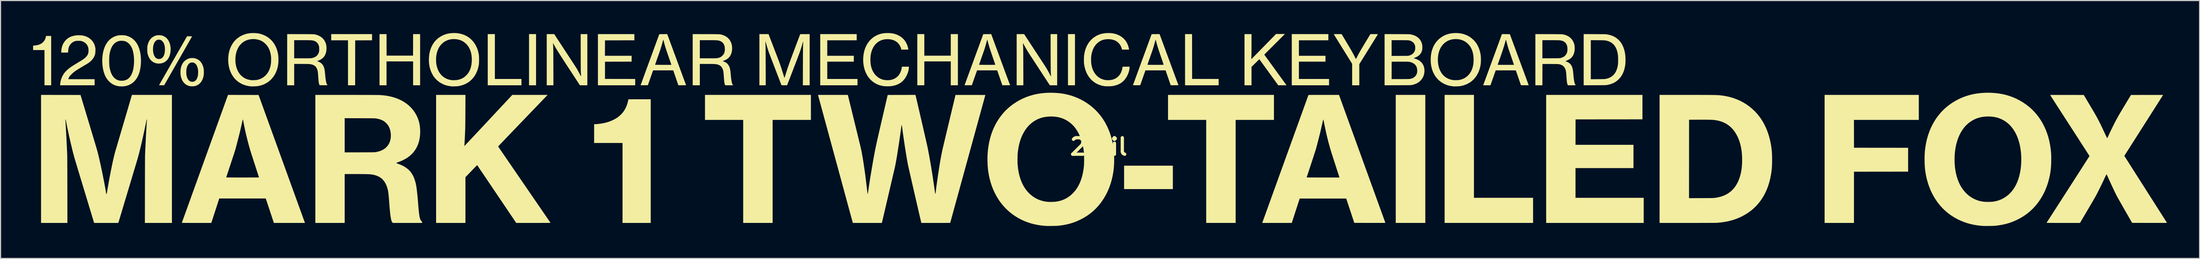
<source format=kicad_pcb>
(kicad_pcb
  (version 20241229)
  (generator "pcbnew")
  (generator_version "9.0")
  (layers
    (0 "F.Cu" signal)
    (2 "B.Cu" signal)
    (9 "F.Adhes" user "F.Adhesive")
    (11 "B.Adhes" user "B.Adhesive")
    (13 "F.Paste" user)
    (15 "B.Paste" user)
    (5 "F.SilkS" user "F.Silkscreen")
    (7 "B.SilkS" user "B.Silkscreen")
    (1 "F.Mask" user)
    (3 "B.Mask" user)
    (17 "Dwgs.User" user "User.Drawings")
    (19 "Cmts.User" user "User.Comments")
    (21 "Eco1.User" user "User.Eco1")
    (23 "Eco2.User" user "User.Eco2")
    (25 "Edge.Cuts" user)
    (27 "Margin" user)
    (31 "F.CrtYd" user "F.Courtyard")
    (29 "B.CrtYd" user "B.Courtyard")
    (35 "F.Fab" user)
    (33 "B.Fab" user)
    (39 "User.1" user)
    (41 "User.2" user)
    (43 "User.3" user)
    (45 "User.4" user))
  (footprint "2tail"
    (layer "F.Cu")
    (at 98.136 10.501)
    (property "Reference" "2tail" (at 0 0 0) (layer "F.SilkS") (effects (font (size 1.524 1.524) (thickness 0.3))))
    (attr board_only exclude_from_pos_files exclude_from_bom)
    (fp_poly (pts (xy -51.817 -5.677) (xy -52.463 -5.677) (xy -52.463 -10.402) (xy -51.817 -10.402)) (stroke (width 0) (type solid)) (fill yes) (layer "F.SilkS"))
    (fp_poly (pts (xy -2.182 -5.677) (xy -2.828 -5.677) (xy -2.828 -10.402) (xy -2.182 -10.402)) (stroke (width 0) (type solid)) (fill yes) (layer "F.SilkS"))
    (fp_poly (pts (xy 6.832 3.909) (xy 2.341 3.909) (xy 2.341 1.748) (xy 6.832 1.748)) (stroke (width 0) (type solid)) (fill yes) (layer "F.SilkS"))
    (fp_poly (pts (xy 30.082 7.033) (xy 27.36 7.033) (xy 27.36 -4.788) (xy 30.082 -4.788)) (stroke (width 0) (type solid)) (fill yes) (layer "F.SilkS"))
    (fp_poly (pts (xy -55.609 -6.26) (xy -53.162 -6.26) (xy -53.162 -5.677) (xy -56.266 -5.677) (xy -56.266 -10.402) (xy -55.609 -10.402)) (stroke (width 0) (type solid)) (fill yes) (layer "F.SilkS"))
    (fp_poly (pts (xy 34.562 4.714) (xy 40.007 4.714) (xy 40.007 7.033) (xy 31.861 7.033) (xy 31.861 -4.788) (xy 34.562 -4.788)) (stroke (width 0) (type solid)) (fill yes) (layer "F.SilkS"))
    (fp_poly (pts (xy -26.502 -2.479) (xy -30.029 -2.479) (xy -30.029 7.033) (xy -32.74 7.033) (xy -32.74 -2.479) (xy -36.257 -2.479) (xy -36.257 -4.788) (xy -26.502 -4.788)) (stroke (width 0) (type solid)) (fill yes) (layer "F.SilkS"))
    (fp_poly (pts (xy 8.603 -8.333) (xy 8.606 -6.265) (xy 9.827 -6.263) (xy 11.048 -6.26) (xy 11.048 -5.677) (xy 7.955 -5.677) (xy 7.955 -10.402) (xy 8.601 -10.402)) (stroke (width 0) (type solid)) (fill yes) (layer "F.SilkS"))
    (fp_poly (pts (xy 16.142 -2.479) (xy 12.615 -2.479) (xy 12.615 7.033) (xy 9.904 7.033) (xy 9.904 -2.479) (xy 6.387 -2.479) (xy 6.387 -4.788) (xy 16.142 -4.788)) (stroke (width 0) (type solid)) (fill yes) (layer "F.SilkS"))
    (fp_poly (pts (xy -66.921 -9.83) (xy -68.473 -9.824) (xy -68.476 -7.751) (xy -68.478 -5.677) (xy -69.135 -5.677) (xy -69.135 -9.83) (xy -70.681 -9.83) (xy -70.681 -10.402) (xy -66.921 -10.402)) (stroke (width 0) (type solid)) (fill yes) (layer "F.SilkS"))
    (fp_poly (pts (xy -22.286 -9.83) (xy -24.997 -9.83) (xy -24.997 -8.4) (xy -22.551 -8.4) (xy -22.551 -7.859) (xy -24.997 -7.859) (xy -24.997 -6.26) (xy -22.212 -6.26) (xy -22.212 -5.677) (xy -25.644 -5.677) (xy -25.644 -10.402) (xy -22.286 -10.402)) (stroke (width 0) (type solid)) (fill yes) (layer "F.SilkS"))
    (fp_poly (pts (xy -16.058 -8.41) (xy -13.622 -8.41) (xy -13.622 -10.402) (xy -12.965 -10.402) (xy -12.965 -5.677) (xy -13.622 -5.677) (xy -13.622 -7.881) (xy -16.058 -7.881) (xy -16.058 -5.677) (xy -16.704 -5.677) (xy -16.704 -10.402) (xy -16.058 -10.402)) (stroke (width 0) (type solid)) (fill yes) (layer "F.SilkS"))
    (fp_poly (pts (xy 21.153 -9.83) (xy 18.441 -9.83) (xy 18.441 -8.4) (xy 20.888 -8.4) (xy 20.888 -7.859) (xy 18.441 -7.859) (xy 18.441 -6.26) (xy 21.216 -6.26) (xy 21.216 -5.677) (xy 17.784 -5.677) (xy 17.784 -10.402) (xy 21.153 -10.402)) (stroke (width 0) (type solid)) (fill yes) (layer "F.SilkS"))
    (fp_poly (pts (xy -65.584 -9.408) (xy -65.581 -8.415) (xy -63.145 -8.415) (xy -63.14 -10.402) (xy -62.494 -10.402) (xy -62.494 -5.677) (xy -63.14 -5.677) (xy -63.14 -7.881) (xy -65.587 -7.881) (xy -65.587 -5.677) (xy -66.233 -5.677) (xy -66.233 -10.402) (xy -65.587 -10.402)) (stroke (width 0) (type solid)) (fill yes) (layer "F.SilkS"))
    (fp_poly (pts (xy 50.08 -2.532) (xy 47 -2.529) (xy 43.92 -2.526) (xy 43.918 -1.353) (xy 43.915 -0.18) (xy 49.254 -0.18) (xy 49.254 1.97) (xy 43.915 1.97) (xy 43.915 4.714) (xy 50.196 4.714) (xy 50.196 7.033) (xy 41.214 7.033) (xy 41.214 -4.788) (xy 50.08 -4.788)) (stroke (width 0) (type solid)) (fill yes) (layer "F.SilkS"))
    (fp_poly (pts (xy 75.533 -2.479) (xy 69.559 -2.479) (xy 69.561 -1.194) (xy 69.564 0.09) (xy 72.056 0.093) (xy 74.548 0.095) (xy 74.548 2.298) (xy 72.056 2.301) (xy 69.564 2.304) (xy 69.561 4.668) (xy 69.559 7.033) (xy 66.858 7.033) (xy 66.858 -4.788) (xy 75.533 -4.788)) (stroke (width 0) (type solid)) (fill yes) (layer "F.SilkS"))
    (fp_poly (pts (xy -42.761 -9.83) (xy -44.114 -9.827) (xy -45.467 -9.824) (xy -45.47 -9.112) (xy -45.472 -8.4) (xy -43.015 -8.4) (xy -43.015 -7.859) (xy -44.241 -7.857) (xy -45.467 -7.854) (xy -45.467 -6.265) (xy -44.077 -6.263) (xy -42.686 -6.26) (xy -42.686 -5.677) (xy -46.118 -5.677) (xy -46.118 -10.402) (xy -42.761 -10.402)) (stroke (width 0) (type solid)) (fill yes) (layer "F.SilkS"))
    (fp_poly (pts (xy -96.473 -5.677) (xy -97.088 -5.677) (xy -97.088 -8.929) (xy -98.136 -8.929) (xy -98.136 -9.339) (xy -98.033 -9.346) (xy -97.942 -9.355) (xy -97.846 -9.368) (xy -97.751 -9.386) (xy -97.665 -9.407) (xy -97.614 -9.421) (xy -97.477 -9.476) (xy -97.354 -9.547) (xy -97.246 -9.632) (xy -97.153 -9.732) (xy -97.075 -9.844) (xy -97.015 -9.969) (xy -96.972 -10.106) (xy -96.964 -10.14) (xy -96.945 -10.232) (xy -96.473 -10.232)) (stroke (width 0) (type solid)) (fill yes) (layer "F.SilkS"))
    (fp_poly (pts (xy -41.256 7.033) (xy -43.852 7.033) (xy -43.852 -0.35) (xy -46.468 -0.35) (xy -46.468 -2.087) (xy -46.386 -2.087) (xy -46.296 -2.089) (xy -46.191 -2.096) (xy -46.075 -2.107) (xy -45.953 -2.122) (xy -45.829 -2.139) (xy -45.71 -2.159) (xy -45.598 -2.18) (xy -45.583 -2.183) (xy -45.363 -2.235) (xy -45.157 -2.296) (xy -44.959 -2.368) (xy -44.765 -2.452) (xy -44.674 -2.496) (xy -44.525 -2.575) (xy -44.392 -2.655) (xy -44.27 -2.738) (xy -44.156 -2.828) (xy -44.044 -2.929) (xy -44.018 -2.955) (xy -43.873 -3.109) (xy -43.744 -3.276) (xy -43.631 -3.455) (xy -43.533 -3.649) (xy -43.449 -3.856) (xy -43.38 -4.078) (xy -43.338 -4.251) (xy -43.328 -4.299) (xy -43.319 -4.34) (xy -43.313 -4.368) (xy -43.311 -4.38) (xy -43.301 -4.38) (xy -43.271 -4.381) (xy -43.222 -4.382) (xy -43.157 -4.383) (xy -43.077 -4.383) (xy -42.982 -4.384) (xy -42.875 -4.384) (xy -42.756 -4.385) (xy -42.628 -4.385) (xy -42.492 -4.385) (xy -42.349 -4.385) (xy -42.284 -4.385) (xy -41.256 -4.385)) (stroke (width 0) (type solid)) (fill yes) (layer "F.SilkS"))
    (fp_poly (pts (xy -83.652 -10.2) (xy -83.594 -10.2) (xy -83.553 -10.199) (xy -83.526 -10.197) (xy -83.51 -10.194) (xy -83.503 -10.19) (xy -83.502 -10.185) (xy -83.502 -10.183) (xy -83.508 -10.172) (xy -83.524 -10.144) (xy -83.549 -10.099) (xy -83.584 -10.038) (xy -83.627 -9.961) (xy -83.679 -9.871) (xy -83.738 -9.766) (xy -83.804 -9.649) (xy -83.878 -9.52) (xy -83.958 -9.38) (xy -84.043 -9.229) (xy -84.135 -9.068) (xy -84.231 -8.899) (xy -84.332 -8.722) (xy -84.437 -8.537) (xy -84.546 -8.346) (xy -84.658 -8.149) (xy -84.773 -7.948) (xy -84.788 -7.922) (xy -86.067 -5.678) (xy -86.302 -5.678) (xy -86.37 -5.678) (xy -86.431 -5.678) (xy -86.48 -5.679) (xy -86.516 -5.681) (xy -86.536 -5.682) (xy -86.538 -5.683) (xy -86.533 -5.692) (xy -86.518 -5.719) (xy -86.493 -5.763) (xy -86.459 -5.823) (xy -86.416 -5.899) (xy -86.365 -5.988) (xy -86.306 -6.092) (xy -86.24 -6.208) (xy -86.167 -6.336) (xy -86.087 -6.476) (xy -86.002 -6.626) (xy -85.91 -6.786) (xy -85.814 -6.954) (xy -85.713 -7.131) (xy -85.608 -7.315) (xy -85.499 -7.506) (xy -85.387 -7.703) (xy -85.271 -7.904) (xy -85.249 -7.944) (xy -83.96 -10.2) (xy -83.728 -10.2)) (stroke (width 0) (type solid)) (fill yes) (layer "F.SilkS"))
    (fp_poly (pts (xy 16.202 -9.46) (xy 15.25 -8.508) (xy 16.268 -7.104) (xy 16.379 -6.95) (xy 16.487 -6.8) (xy 16.592 -6.656) (xy 16.691 -6.519) (xy 16.785 -6.389) (xy 16.874 -6.267) (xy 16.955 -6.154) (xy 17.03 -6.051) (xy 17.096 -5.959) (xy 17.154 -5.879) (xy 17.203 -5.812) (xy 17.241 -5.758) (xy 17.27 -5.719) (xy 17.286 -5.695) (xy 17.292 -5.688) (xy 17.283 -5.685) (xy 17.255 -5.682) (xy 17.205 -5.68) (xy 17.134 -5.679) (xy 17.043 -5.678) (xy 16.93 -5.677) (xy 16.917 -5.677) (xy 16.537 -5.677) (xy 15.818 -6.67) (xy 15.721 -6.804) (xy 15.626 -6.937) (xy 15.532 -7.066) (xy 15.441 -7.191) (xy 15.355 -7.31) (xy 15.274 -7.422) (xy 15.199 -7.526) (xy 15.131 -7.62) (xy 15.072 -7.702) (xy 15.021 -7.771) (xy 14.981 -7.827) (xy 14.952 -7.867) (xy 14.948 -7.873) (xy 14.796 -8.082) (xy 14.437 -7.73) (xy 14.077 -7.377) (xy 14.077 -6.527) (xy 14.077 -5.677) (xy 13.431 -5.677) (xy 13.431 -10.402) (xy 14.077 -10.402) (xy 14.077 -9.477) (xy 14.077 -9.333) (xy 14.076 -9.19) (xy 14.076 -9.05) (xy 14.075 -8.916) (xy 14.074 -8.789) (xy 14.073 -8.673) (xy 14.072 -8.568) (xy 14.07 -8.477) (xy 14.069 -8.401) (xy 14.067 -8.344) (xy 14.066 -8.321) (xy 14.063 -8.254) (xy 14.061 -8.193) (xy 14.059 -8.144) (xy 14.058 -8.108) (xy 14.058 -8.088) (xy 14.059 -8.086) (xy 14.066 -8.093) (xy 14.088 -8.115) (xy 14.123 -8.15) (xy 14.17 -8.197) (xy 14.229 -8.257) (xy 14.298 -8.328) (xy 14.378 -8.409) (xy 14.466 -8.499) (xy 14.563 -8.598) (xy 14.668 -8.705) (xy 14.779 -8.819) (xy 14.897 -8.939) (xy 15.019 -9.064) (xy 15.146 -9.194) (xy 15.198 -9.247) (xy 16.334 -10.412) (xy 17.154 -10.412)) (stroke (width 0) (type solid)) (fill yes) (layer "F.SilkS"))
    (fp_poly (pts (xy 25.454 -10.401) (xy 25.53 -10.401) (xy 25.597 -10.4) (xy 25.651 -10.399) (xy 25.691 -10.398) (xy 25.713 -10.397) (xy 25.718 -10.396) (xy 25.712 -10.387) (xy 25.696 -10.36) (xy 25.67 -10.318) (xy 25.635 -10.26) (xy 25.591 -10.188) (xy 25.538 -10.104) (xy 25.479 -10.007) (xy 25.412 -9.899) (xy 25.339 -9.78) (xy 25.26 -9.653) (xy 25.176 -9.517) (xy 25.087 -9.374) (xy 24.995 -9.225) (xy 24.899 -9.07) (xy 24.86 -9.007) (xy 24.002 -7.624) (xy 24.002 -5.677) (xy 23.345 -5.677) (xy 23.345 -7.658) (xy 22.498 -9.024) (xy 22.401 -9.179) (xy 22.308 -9.33) (xy 22.219 -9.474) (xy 22.133 -9.612) (xy 22.053 -9.742) (xy 21.978 -9.863) (xy 21.909 -9.974) (xy 21.847 -10.075) (xy 21.793 -10.163) (xy 21.746 -10.239) (xy 21.708 -10.301) (xy 21.679 -10.348) (xy 21.66 -10.38) (xy 21.651 -10.395) (xy 21.65 -10.396) (xy 21.661 -10.397) (xy 21.69 -10.398) (xy 21.735 -10.399) (xy 21.794 -10.4) (xy 21.865 -10.401) (xy 21.944 -10.401) (xy 22.013 -10.401) (xy 22.376 -10.401) (xy 22.822 -9.652) (xy 22.92 -9.487) (xy 23.008 -9.339) (xy 23.087 -9.206) (xy 23.157 -9.085) (xy 23.221 -8.976) (xy 23.278 -8.876) (xy 23.33 -8.783) (xy 23.378 -8.697) (xy 23.423 -8.614) (xy 23.466 -8.534) (xy 23.507 -8.455) (xy 23.548 -8.374) (xy 23.587 -8.296) (xy 23.617 -8.238) (xy 23.644 -8.187) (xy 23.666 -8.145) (xy 23.682 -8.117) (xy 23.691 -8.104) (xy 23.692 -8.103) (xy 23.699 -8.112) (xy 23.714 -8.137) (xy 23.735 -8.176) (xy 23.761 -8.225) (xy 23.79 -8.282) (xy 23.798 -8.296) (xy 23.837 -8.373) (xy 23.875 -8.447) (xy 23.913 -8.52) (xy 23.953 -8.594) (xy 23.995 -8.67) (xy 24.04 -8.75) (xy 24.089 -8.837) (xy 24.143 -8.93) (xy 24.203 -9.033) (xy 24.27 -9.146) (xy 24.345 -9.272) (xy 24.429 -9.412) (xy 24.522 -9.567) (xy 24.566 -9.641) (xy 25.024 -10.401) (xy 25.371 -10.401)) (stroke (width 0) (type solid)) (fill yes) (layer "F.SilkS"))
    (fp_poly (pts (xy -49.152 -8.884) (xy -49.044 -8.719) (xy -48.938 -8.558) (xy -48.836 -8.401) (xy -48.737 -8.249) (xy -48.642 -8.105) (xy -48.553 -7.967) (xy -48.469 -7.838) (xy -48.391 -7.719) (xy -48.321 -7.61) (xy -48.258 -7.513) (xy -48.203 -7.428) (xy -48.157 -7.357) (xy -48.121 -7.3) (xy -48.095 -7.26) (xy -48.08 -7.235) (xy -48.079 -7.234) (xy -48.054 -7.19) (xy -48.02 -7.132) (xy -47.981 -7.061) (xy -47.939 -6.984) (xy -47.894 -6.903) (xy -47.851 -6.822) (xy -47.842 -6.805) (xy -47.803 -6.733) (xy -47.767 -6.666) (xy -47.736 -6.608) (xy -47.711 -6.561) (xy -47.692 -6.527) (xy -47.681 -6.508) (xy -47.679 -6.504) (xy -47.674 -6.502) (xy -47.67 -6.511) (xy -47.669 -6.532) (xy -47.67 -6.568) (xy -47.674 -6.62) (xy -47.679 -6.691) (xy -47.682 -6.727) (xy -47.685 -6.758) (xy -47.687 -6.789) (xy -47.689 -6.823) (xy -47.691 -6.861) (xy -47.692 -6.903) (xy -47.694 -6.952) (xy -47.695 -7.007) (xy -47.697 -7.069) (xy -47.698 -7.141) (xy -47.699 -7.223) (xy -47.699 -7.316) (xy -47.7 -7.422) (xy -47.701 -7.54) (xy -47.702 -7.673) (xy -47.702 -7.822) (xy -47.703 -7.987) (xy -47.703 -8.169) (xy -47.704 -8.37) (xy -47.704 -8.591) (xy -47.704 -8.672) (xy -47.708 -10.402) (xy -47.093 -10.402) (xy -47.093 -5.677) (xy -47.778 -5.677) (xy -48.795 -7.237) (xy -48.936 -7.452) (xy -49.065 -7.651) (xy -49.184 -7.834) (xy -49.293 -8.002) (xy -49.393 -8.156) (xy -49.484 -8.297) (xy -49.567 -8.427) (xy -49.643 -8.545) (xy -49.711 -8.654) (xy -49.774 -8.753) (xy -49.831 -8.844) (xy -49.883 -8.928) (xy -49.93 -9.006) (xy -49.974 -9.079) (xy -50.014 -9.148) (xy -50.052 -9.213) (xy -50.088 -9.276) (xy -50.122 -9.338) (xy -50.156 -9.399) (xy -50.189 -9.461) (xy -50.191 -9.464) (xy -50.216 -9.51) (xy -50.232 -9.54) (xy -50.242 -9.557) (xy -50.248 -9.565) (xy -50.251 -9.566) (xy -50.253 -9.564) (xy -50.253 -9.552) (xy -50.252 -9.523) (xy -50.25 -9.479) (xy -50.247 -9.422) (xy -50.243 -9.357) (xy -50.241 -9.326) (xy -50.239 -9.289) (xy -50.237 -9.244) (xy -50.235 -9.192) (xy -50.234 -9.13) (xy -50.232 -9.059) (xy -50.231 -8.977) (xy -50.229 -8.883) (xy -50.228 -8.776) (xy -50.227 -8.655) (xy -50.226 -8.52) (xy -50.225 -8.369) (xy -50.224 -8.201) (xy -50.223 -8.016) (xy -50.222 -7.812) (xy -50.222 -7.589) (xy -50.221 -7.385) (xy -50.216 -5.677) (xy -50.832 -5.677) (xy -50.832 -10.402) (xy -50.145 -10.402)) (stroke (width 0) (type solid)) (fill yes) (layer "F.SilkS"))
    (fp_poly (pts (xy -5.894 -8.916) (xy -5.787 -8.753) (xy -5.683 -8.595) (xy -5.583 -8.441) (xy -5.486 -8.292) (xy -5.393 -8.151) (xy -5.306 -8.018) (xy -5.224 -7.893) (xy -5.149 -7.778) (xy -5.081 -7.674) (xy -5.021 -7.581) (xy -4.969 -7.502) (xy -4.926 -7.436) (xy -4.893 -7.385) (xy -4.87 -7.35) (xy -4.859 -7.332) (xy -4.818 -7.264) (xy -4.768 -7.18) (xy -4.713 -7.083) (xy -4.653 -6.974) (xy -4.59 -6.858) (xy -4.525 -6.736) (xy -4.508 -6.702) (xy -4.469 -6.629) (xy -4.438 -6.574) (xy -4.416 -6.535) (xy -4.4 -6.513) (xy -4.39 -6.504) (xy -4.386 -6.509) (xy -4.385 -6.517) (xy -4.386 -6.531) (xy -4.389 -6.563) (xy -4.393 -6.609) (xy -4.398 -6.665) (xy -4.403 -6.721) (xy -4.405 -6.748) (xy -4.407 -6.778) (xy -4.409 -6.813) (xy -4.411 -6.852) (xy -4.413 -6.897) (xy -4.414 -6.949) (xy -4.415 -7.009) (xy -4.416 -7.079) (xy -4.418 -7.158) (xy -4.418 -7.249) (xy -4.419 -7.351) (xy -4.42 -7.467) (xy -4.421 -7.598) (xy -4.422 -7.743) (xy -4.422 -7.905) (xy -4.423 -8.085) (xy -4.423 -8.282) (xy -4.424 -8.499) (xy -4.424 -8.656) (xy -4.428 -10.402) (xy -3.824 -10.402) (xy -3.824 -5.677) (xy -4.499 -5.677) (xy -5.472 -7.168) (xy -5.578 -7.331) (xy -5.682 -7.49) (xy -5.782 -7.645) (xy -5.879 -7.793) (xy -5.972 -7.935) (xy -6.059 -8.069) (xy -6.14 -8.194) (xy -6.215 -8.309) (xy -6.283 -8.414) (xy -6.344 -8.507) (xy -6.396 -8.586) (xy -6.439 -8.653) (xy -6.472 -8.704) (xy -6.495 -8.739) (xy -6.507 -8.758) (xy -6.533 -8.801) (xy -6.567 -8.858) (xy -6.608 -8.928) (xy -6.654 -9.006) (xy -6.701 -9.088) (xy -6.749 -9.172) (xy -6.795 -9.254) (xy -6.838 -9.33) (xy -6.875 -9.396) (xy -6.905 -9.451) (xy -6.906 -9.454) (xy -6.932 -9.502) (xy -6.949 -9.534) (xy -6.961 -9.554) (xy -6.967 -9.564) (xy -6.971 -9.566) (xy -6.973 -9.564) (xy -6.974 -9.564) (xy -6.974 -9.552) (xy -6.974 -9.523) (xy -6.972 -9.478) (xy -6.969 -9.421) (xy -6.965 -9.355) (xy -6.962 -9.311) (xy -6.96 -9.272) (xy -6.958 -9.229) (xy -6.956 -9.179) (xy -6.954 -9.122) (xy -6.952 -9.057) (xy -6.951 -8.983) (xy -6.95 -8.899) (xy -6.948 -8.803) (xy -6.947 -8.695) (xy -6.946 -8.573) (xy -6.945 -8.437) (xy -6.945 -8.286) (xy -6.944 -8.118) (xy -6.943 -7.933) (xy -6.942 -7.729) (xy -6.942 -7.506) (xy -6.941 -7.369) (xy -6.936 -5.677) (xy -7.552 -5.677) (xy -7.552 -10.402) (xy -6.866 -10.402)) (stroke (width 0) (type solid)) (fill yes) (layer "F.SilkS"))
    (fp_poly (pts (xy -86.473 -10.3) (xy -86.386 -10.293) (xy -86.309 -10.281) (xy -86.29 -10.276) (xy -86.157 -10.233) (xy -86.032 -10.172) (xy -85.919 -10.095) (xy -85.82 -10.005) (xy -85.726 -9.89) (xy -85.646 -9.759) (xy -85.58 -9.616) (xy -85.529 -9.461) (xy -85.493 -9.297) (xy -85.474 -9.125) (xy -85.47 -8.947) (xy -85.478 -8.823) (xy -85.502 -8.646) (xy -85.541 -8.482) (xy -85.594 -8.331) (xy -85.661 -8.194) (xy -85.742 -8.072) (xy -85.835 -7.965) (xy -85.941 -7.874) (xy -86.058 -7.799) (xy -86.187 -7.742) (xy -86.284 -7.712) (xy -86.343 -7.7) (xy -86.416 -7.691) (xy -86.496 -7.686) (xy -86.575 -7.683) (xy -86.647 -7.684) (xy -86.706 -7.689) (xy -86.709 -7.69) (xy -86.857 -7.723) (xy -86.992 -7.774) (xy -87.116 -7.842) (xy -87.227 -7.928) (xy -87.326 -8.03) (xy -87.413 -8.149) (xy -87.486 -8.284) (xy -87.546 -8.436) (xy -87.549 -8.446) (xy -87.573 -8.523) (xy -87.591 -8.594) (xy -87.605 -8.663) (xy -87.614 -8.735) (xy -87.62 -8.815) (xy -87.623 -8.907) (xy -87.623 -9.003) (xy -87.623 -9.024) (xy -87.094 -9.024) (xy -87.093 -8.923) (xy -87.087 -8.827) (xy -87.078 -8.741) (xy -87.069 -8.688) (xy -87.033 -8.549) (xy -86.988 -8.428) (xy -86.935 -8.327) (xy -86.873 -8.244) (xy -86.802 -8.181) (xy -86.722 -8.136) (xy -86.687 -8.123) (xy -86.623 -8.109) (xy -86.548 -8.104) (xy -86.474 -8.108) (xy -86.41 -8.12) (xy -86.338 -8.148) (xy -86.276 -8.187) (xy -86.215 -8.241) (xy -86.207 -8.25) (xy -86.143 -8.334) (xy -86.09 -8.435) (xy -86.049 -8.553) (xy -86.019 -8.686) (xy -86.001 -8.834) (xy -85.995 -8.987) (xy -85.997 -9.105) (xy -86.006 -9.208) (xy -86.021 -9.303) (xy -86.045 -9.396) (xy -86.065 -9.461) (xy -86.101 -9.553) (xy -86.141 -9.63) (xy -86.188 -9.697) (xy -86.236 -9.751) (xy -86.314 -9.817) (xy -86.395 -9.862) (xy -86.482 -9.887) (xy -86.575 -9.891) (xy -86.646 -9.881) (xy -86.733 -9.852) (xy -86.812 -9.804) (xy -86.883 -9.737) (xy -86.945 -9.651) (xy -86.997 -9.548) (xy -87.04 -9.427) (xy -87.073 -9.29) (xy -87.073 -9.289) (xy -87.084 -9.213) (xy -87.091 -9.122) (xy -87.094 -9.024) (xy -87.623 -9.024) (xy -87.623 -9.086) (xy -87.621 -9.152) (xy -87.619 -9.204) (xy -87.616 -9.248) (xy -87.611 -9.287) (xy -87.604 -9.324) (xy -87.599 -9.349) (xy -87.554 -9.519) (xy -87.495 -9.673) (xy -87.422 -9.812) (xy -87.335 -9.935) (xy -87.269 -10.008) (xy -87.162 -10.102) (xy -87.042 -10.18) (xy -86.912 -10.242) (xy -86.808 -10.276) (xy -86.739 -10.289) (xy -86.656 -10.298) (xy -86.566 -10.301)) (stroke (width 0) (type solid)) (fill yes) (layer "F.SilkS"))
    (fp_poly (pts (xy -83.369 -8.189) (xy -83.309 -8.183) (xy -83.281 -8.179) (xy -83.135 -8.138) (xy -83.002 -8.08) (xy -82.882 -8.006) (xy -82.774 -7.915) (xy -82.679 -7.807) (xy -82.598 -7.683) (xy -82.529 -7.543) (xy -82.474 -7.387) (xy -82.433 -7.215) (xy -82.426 -7.181) (xy -82.42 -7.128) (xy -82.415 -7.058) (xy -82.413 -6.978) (xy -82.412 -6.89) (xy -82.414 -6.802) (xy -82.417 -6.717) (xy -82.423 -6.641) (xy -82.43 -6.579) (xy -82.432 -6.562) (xy -82.471 -6.395) (xy -82.524 -6.242) (xy -82.591 -6.103) (xy -82.67 -5.979) (xy -82.763 -5.87) (xy -82.868 -5.777) (xy -82.984 -5.701) (xy -83.111 -5.643) (xy -83.248 -5.602) (xy -83.274 -5.597) (xy -83.327 -5.59) (xy -83.395 -5.585) (xy -83.471 -5.583) (xy -83.548 -5.584) (xy -83.621 -5.588) (xy -83.682 -5.593) (xy -83.71 -5.598) (xy -83.848 -5.636) (xy -83.976 -5.692) (xy -84.093 -5.767) (xy -84.202 -5.861) (xy -84.204 -5.862) (xy -84.299 -5.972) (xy -84.381 -6.098) (xy -84.449 -6.239) (xy -84.504 -6.397) (xy -84.539 -6.54) (xy -84.549 -6.611) (xy -84.557 -6.697) (xy -84.562 -6.793) (xy -84.563 -6.891) (xy -84.03 -6.891) (xy -84.029 -6.791) (xy -84.023 -6.698) (xy -84.013 -6.618) (xy -84.012 -6.615) (xy -83.982 -6.478) (xy -83.941 -6.357) (xy -83.89 -6.252) (xy -83.83 -6.165) (xy -83.761 -6.095) (xy -83.684 -6.044) (xy -83.599 -6.011) (xy -83.507 -5.997) (xy -83.408 -6.003) (xy -83.391 -6.006) (xy -83.3 -6.033) (xy -83.218 -6.079) (xy -83.146 -6.144) (xy -83.084 -6.227) (xy -83.032 -6.329) (xy -82.989 -6.448) (xy -82.963 -6.557) (xy -82.954 -6.615) (xy -82.947 -6.689) (xy -82.942 -6.772) (xy -82.939 -6.859) (xy -82.939 -6.943) (xy -82.941 -7.02) (xy -82.946 -7.081) (xy -82.969 -7.218) (xy -83.002 -7.344) (xy -83.046 -7.456) (xy -83.098 -7.554) (xy -83.16 -7.636) (xy -83.229 -7.701) (xy -83.305 -7.748) (xy -83.365 -7.769) (xy -83.447 -7.783) (xy -83.534 -7.783) (xy -83.616 -7.768) (xy -83.673 -7.748) (xy -83.749 -7.7) (xy -83.818 -7.634) (xy -83.879 -7.55) (xy -83.931 -7.451) (xy -83.973 -7.336) (xy -84.005 -7.208) (xy -84.013 -7.165) (xy -84.022 -7.085) (xy -84.028 -6.991) (xy -84.03 -6.891) (xy -84.563 -6.891) (xy -84.563 -6.893) (xy -84.562 -6.993) (xy -84.557 -7.086) (xy -84.55 -7.168) (xy -84.543 -7.213) (xy -84.506 -7.364) (xy -84.456 -7.51) (xy -84.393 -7.646) (xy -84.336 -7.743) (xy -84.254 -7.849) (xy -84.156 -7.944) (xy -84.045 -8.028) (xy -83.924 -8.097) (xy -83.796 -8.149) (xy -83.705 -8.175) (xy -83.654 -8.183) (xy -83.589 -8.188) (xy -83.515 -8.191) (xy -83.44 -8.191)) (stroke (width 0) (type solid)) (fill yes) (layer "F.SilkS"))
    (fp_poly (pts (xy -37.999 -5.683) (xy -38.353 -5.68) (xy -38.437 -5.679) (xy -38.515 -5.679) (xy -38.583 -5.679) (xy -38.639 -5.679) (xy -38.68 -5.68) (xy -38.705 -5.68) (xy -38.711 -5.681) (xy -38.715 -5.691) (xy -38.725 -5.72) (xy -38.741 -5.765) (xy -38.761 -5.825) (xy -38.786 -5.897) (xy -38.815 -5.981) (xy -38.847 -6.074) (xy -38.881 -6.174) (xy -38.905 -6.245) (xy -38.942 -6.354) (xy -38.979 -6.46) (xy -39.013 -6.562) (xy -39.046 -6.656) (xy -39.075 -6.742) (xy -39.1 -6.815) (xy -39.12 -6.874) (xy -39.135 -6.916) (xy -39.14 -6.93) (xy -39.183 -7.054) (xy -41.034 -7.054) (xy -41.045 -7.031) (xy -41.05 -7.017) (xy -41.062 -6.984) (xy -41.079 -6.936) (xy -41.102 -6.872) (xy -41.129 -6.796) (xy -41.16 -6.708) (xy -41.194 -6.61) (xy -41.231 -6.504) (xy -41.27 -6.393) (xy -41.287 -6.345) (xy -41.518 -5.683) (xy -41.854 -5.68) (xy -41.947 -5.679) (xy -42.022 -5.679) (xy -42.079 -5.679) (xy -42.121 -5.68) (xy -42.151 -5.681) (xy -42.17 -5.683) (xy -42.18 -5.686) (xy -42.184 -5.69) (xy -42.184 -5.695) (xy -42.184 -5.696) (xy -42.18 -5.707) (xy -42.169 -5.738) (xy -42.151 -5.787) (xy -42.127 -5.853) (xy -42.097 -5.935) (xy -42.061 -6.033) (xy -42.02 -6.145) (xy -41.974 -6.271) (xy -41.923 -6.411) (xy -41.868 -6.562) (xy -41.809 -6.724) (xy -41.746 -6.896) (xy -41.679 -7.078) (xy -41.61 -7.269) (xy -41.537 -7.466) (xy -41.499 -7.572) (xy -40.854 -7.572) (xy -40.844 -7.57) (xy -40.814 -7.569) (xy -40.766 -7.567) (xy -40.702 -7.566) (xy -40.624 -7.565) (xy -40.533 -7.564) (xy -40.431 -7.564) (xy -40.32 -7.563) (xy -40.201 -7.563) (xy -40.104 -7.563) (xy -39.353 -7.563) (xy -39.617 -8.333) (xy -39.671 -8.492) (xy -39.719 -8.633) (xy -39.761 -8.758) (xy -39.798 -8.868) (xy -39.831 -8.965) (xy -39.859 -9.053) (xy -39.884 -9.131) (xy -39.907 -9.203) (xy -39.927 -9.27) (xy -39.946 -9.334) (xy -39.963 -9.397) (xy -39.981 -9.46) (xy -39.998 -9.527) (xy -40.017 -9.598) (xy -40.027 -9.638) (xy -40.045 -9.706) (xy -40.061 -9.766) (xy -40.076 -9.817) (xy -40.087 -9.854) (xy -40.095 -9.875) (xy -40.098 -9.879) (xy -40.104 -9.871) (xy -40.113 -9.845) (xy -40.126 -9.807) (xy -40.139 -9.758) (xy -40.144 -9.742) (xy -40.162 -9.674) (xy -40.184 -9.591) (xy -40.21 -9.499) (xy -40.238 -9.401) (xy -40.267 -9.303) (xy -40.295 -9.207) (xy -40.322 -9.12) (xy -40.345 -9.044) (xy -40.363 -8.987) (xy -40.373 -8.957) (xy -40.39 -8.908) (xy -40.412 -8.844) (xy -40.439 -8.766) (xy -40.47 -8.676) (xy -40.505 -8.577) (xy -40.542 -8.47) (xy -40.581 -8.358) (xy -40.622 -8.243) (xy -40.628 -8.226) (xy -40.667 -8.114) (xy -40.704 -8.008) (xy -40.738 -7.909) (xy -40.769 -7.82) (xy -40.796 -7.742) (xy -40.819 -7.677) (xy -40.836 -7.626) (xy -40.848 -7.59) (xy -40.854 -7.573) (xy -40.854 -7.572) (xy -41.499 -7.572) (xy -41.463 -7.671) (xy -41.386 -7.882) (xy -41.322 -8.055) (xy -40.466 -10.396) (xy -40.101 -10.399) (xy -39.736 -10.402)) (stroke (width 0) (type solid)) (fill yes) (layer "F.SilkS"))
    (fp_poly (pts (xy 45.681 -10.399) (xy 45.854 -10.398) (xy 46.008 -10.397) (xy 46.142 -10.396) (xy 46.26 -10.396) (xy 46.362 -10.395) (xy 46.45 -10.394) (xy 46.524 -10.393) (xy 46.587 -10.391) (xy 46.64 -10.39) (xy 46.683 -10.388) (xy 46.72 -10.386) (xy 46.75 -10.384) (xy 46.775 -10.381) (xy 46.797 -10.378) (xy 46.805 -10.377) (xy 47.008 -10.337) (xy 47.195 -10.284) (xy 47.368 -10.218) (xy 47.527 -10.137) (xy 47.676 -10.042) (xy 47.814 -9.931) (xy 47.893 -9.856) (xy 47.985 -9.759) (xy 48.063 -9.664) (xy 48.133 -9.564) (xy 48.198 -9.454) (xy 48.24 -9.374) (xy 48.328 -9.177) (xy 48.399 -8.967) (xy 48.454 -8.745) (xy 48.493 -8.509) (xy 48.515 -8.261) (xy 48.521 -7.999) (xy 48.519 -7.918) (xy 48.516 -7.84) (xy 48.512 -7.761) (xy 48.508 -7.685) (xy 48.502 -7.619) (xy 48.497 -7.568) (xy 48.497 -7.563) (xy 48.458 -7.334) (xy 48.404 -7.119) (xy 48.336 -6.918) (xy 48.254 -6.731) (xy 48.158 -6.559) (xy 48.048 -6.402) (xy 47.936 -6.273) (xy 47.803 -6.147) (xy 47.664 -6.037) (xy 47.516 -5.942) (xy 47.357 -5.862) (xy 47.185 -5.796) (xy 46.998 -5.742) (xy 46.833 -5.706) (xy 46.813 -5.703) (xy 46.793 -5.7) (xy 46.771 -5.697) (xy 46.747 -5.694) (xy 46.719 -5.692) (xy 46.685 -5.69) (xy 46.644 -5.689) (xy 46.594 -5.687) (xy 46.535 -5.686) (xy 46.465 -5.685) (xy 46.382 -5.684) (xy 46.285 -5.683) (xy 46.173 -5.683) (xy 46.045 -5.682) (xy 45.898 -5.681) (xy 45.731 -5.681) (xy 45.692 -5.681) (xy 44.667 -5.676) (xy 44.667 -9.842) (xy 45.324 -9.842) (xy 45.324 -6.237) (xy 45.962 -6.242) (xy 46.099 -6.243) (xy 46.216 -6.244) (xy 46.316 -6.245) (xy 46.399 -6.246) (xy 46.469 -6.248) (xy 46.526 -6.25) (xy 46.573 -6.252) (xy 46.611 -6.254) (xy 46.642 -6.257) (xy 46.667 -6.26) (xy 46.689 -6.264) (xy 46.69 -6.264) (xy 46.853 -6.303) (xy 46.998 -6.353) (xy 47.13 -6.415) (xy 47.25 -6.49) (xy 47.36 -6.579) (xy 47.401 -6.619) (xy 47.504 -6.736) (xy 47.593 -6.869) (xy 47.67 -7.018) (xy 47.732 -7.181) (xy 47.781 -7.357) (xy 47.791 -7.404) (xy 47.804 -7.474) (xy 47.815 -7.536) (xy 47.824 -7.594) (xy 47.83 -7.651) (xy 47.834 -7.712) (xy 47.837 -7.78) (xy 47.839 -7.859) (xy 47.839 -7.953) (xy 47.839 -8.018) (xy 47.839 -8.13) (xy 47.838 -8.225) (xy 47.835 -8.307) (xy 47.831 -8.379) (xy 47.825 -8.445) (xy 47.816 -8.51) (xy 47.805 -8.576) (xy 47.792 -8.649) (xy 47.787 -8.675) (xy 47.74 -8.861) (xy 47.681 -9.031) (xy 47.607 -9.185) (xy 47.52 -9.323) (xy 47.419 -9.445) (xy 47.304 -9.55) (xy 47.176 -9.639) (xy 47.035 -9.712) (xy 46.88 -9.768) (xy 46.711 -9.809) (xy 46.678 -9.814) (xy 46.651 -9.818) (xy 46.62 -9.822) (xy 46.583 -9.825) (xy 46.539 -9.827) (xy 46.486 -9.829) (xy 46.421 -9.831) (xy 46.343 -9.833) (xy 46.251 -9.834) (xy 46.142 -9.835) (xy 46.015 -9.837) (xy 45.946 -9.837) (xy 45.324 -9.842) (xy 44.667 -9.842) (xy 44.667 -10.403)) (stroke (width 0) (type solid)) (fill yes) (layer "F.SilkS"))
    (fp_poly (pts (xy -19.257 -10.494) (xy -19.087 -10.479) (xy -18.929 -10.454) (xy -18.779 -10.417) (xy -18.633 -10.368) (xy -18.488 -10.307) (xy -18.473 -10.3) (xy -18.304 -10.208) (xy -18.151 -10.103) (xy -18.015 -9.984) (xy -17.894 -9.851) (xy -17.789 -9.704) (xy -17.7 -9.543) (xy -17.626 -9.367) (xy -17.616 -9.34) (xy -17.599 -9.287) (xy -17.582 -9.227) (xy -17.565 -9.164) (xy -17.551 -9.104) (xy -17.539 -9.051) (xy -17.532 -9.009) (xy -17.53 -8.988) (xy -17.532 -8.983) (xy -17.539 -8.98) (xy -17.554 -8.977) (xy -17.579 -8.975) (xy -17.615 -8.973) (xy -17.665 -8.972) (xy -17.732 -8.972) (xy -17.816 -8.972) (xy -17.853 -8.972) (xy -18.176 -8.972) (xy -18.182 -9.001) (xy -18.203 -9.082) (xy -18.233 -9.17) (xy -18.268 -9.255) (xy -18.291 -9.304) (xy -18.37 -9.437) (xy -18.464 -9.555) (xy -18.572 -9.657) (xy -18.694 -9.744) (xy -18.829 -9.815) (xy -18.978 -9.87) (xy -19.138 -9.908) (xy -19.312 -9.93) (xy -19.461 -9.935) (xy -19.644 -9.926) (xy -19.818 -9.896) (xy -19.984 -9.849) (xy -20.139 -9.782) (xy -20.285 -9.699) (xy -20.419 -9.597) (xy -20.542 -9.48) (xy -20.652 -9.345) (xy -20.75 -9.196) (xy -20.834 -9.03) (xy -20.902 -8.854) (xy -20.949 -8.697) (xy -20.984 -8.54) (xy -21.007 -8.379) (xy -21.02 -8.208) (xy -21.023 -8.025) (xy -21.022 -7.965) (xy -21.014 -7.785) (xy -20.997 -7.62) (xy -20.971 -7.468) (xy -20.936 -7.324) (xy -20.889 -7.185) (xy -20.832 -7.047) (xy -20.802 -6.986) (xy -20.724 -6.845) (xy -20.635 -6.718) (xy -20.532 -6.599) (xy -20.486 -6.554) (xy -20.354 -6.439) (xy -20.216 -6.344) (xy -20.069 -6.268) (xy -19.913 -6.21) (xy -19.778 -6.175) (xy -19.685 -6.16) (xy -19.578 -6.15) (xy -19.466 -6.146) (xy -19.356 -6.147) (xy -19.255 -6.155) (xy -19.235 -6.157) (xy -19.07 -6.19) (xy -18.915 -6.239) (xy -18.773 -6.306) (xy -18.642 -6.389) (xy -18.525 -6.489) (xy -18.422 -6.603) (xy -18.332 -6.733) (xy -18.256 -6.877) (xy -18.196 -7.034) (xy -18.152 -7.205) (xy -18.128 -7.343) (xy -18.122 -7.393) (xy -17.474 -7.393) (xy -17.48 -7.289) (xy -17.499 -7.132) (xy -17.535 -6.969) (xy -17.587 -6.804) (xy -17.654 -6.64) (xy -17.734 -6.483) (xy -17.825 -6.334) (xy -17.926 -6.198) (xy -17.947 -6.174) (xy -18.071 -6.045) (xy -18.209 -5.931) (xy -18.362 -5.833) (xy -18.529 -5.75) (xy -18.709 -5.683) (xy -18.902 -5.632) (xy -19.107 -5.597) (xy -19.145 -5.593) (xy -19.202 -5.588) (xy -19.275 -5.585) (xy -19.359 -5.584) (xy -19.45 -5.583) (xy -19.541 -5.585) (xy -19.629 -5.587) (xy -19.709 -5.591) (xy -19.775 -5.596) (xy -19.807 -5.599) (xy -20.014 -5.637) (xy -20.213 -5.694) (xy -20.404 -5.77) (xy -20.586 -5.864) (xy -20.756 -5.975) (xy -20.915 -6.102) (xy -21.061 -6.246) (xy -21.192 -6.404) (xy -21.255 -6.493) (xy -21.367 -6.679) (xy -21.463 -6.878) (xy -21.543 -7.088) (xy -21.605 -7.307) (xy -21.651 -7.535) (xy -21.679 -7.769) (xy -21.69 -8.008) (xy -21.682 -8.251) (xy -21.657 -8.496) (xy -21.644 -8.579) (xy -21.597 -8.805) (xy -21.534 -9.021) (xy -21.454 -9.224) (xy -21.359 -9.415) (xy -21.249 -9.593) (xy -21.125 -9.757) (xy -20.987 -9.907) (xy -20.835 -10.042) (xy -20.671 -10.161) (xy -20.494 -10.263) (xy -20.306 -10.349) (xy -20.189 -10.391) (xy -20.057 -10.43) (xy -19.926 -10.46) (xy -19.792 -10.48) (xy -19.649 -10.493) (xy -19.493 -10.499) (xy -19.442 -10.499)) (stroke (width 0) (type solid)) (fill yes) (layer "F.SilkS"))
    (fp_poly (pts (xy -89.872 -10.298) (xy -89.778 -10.294) (xy -89.695 -10.285) (xy -89.616 -10.271) (xy -89.535 -10.251) (xy -89.448 -10.224) (xy -89.44 -10.222) (xy -89.273 -10.157) (xy -89.119 -10.075) (xy -88.976 -9.976) (xy -88.843 -9.858) (xy -88.841 -9.856) (xy -88.725 -9.731) (xy -88.623 -9.597) (xy -88.534 -9.451) (xy -88.455 -9.29) (xy -88.385 -9.113) (xy -88.36 -9.041) (xy -88.303 -8.838) (xy -88.259 -8.621) (xy -88.227 -8.393) (xy -88.209 -8.16) (xy -88.203 -7.922) (xy -88.21 -7.685) (xy -88.23 -7.452) (xy -88.263 -7.225) (xy -88.309 -7.008) (xy -88.356 -6.841) (xy -88.428 -6.643) (xy -88.513 -6.46) (xy -88.611 -6.294) (xy -88.721 -6.144) (xy -88.844 -6.011) (xy -88.978 -5.894) (xy -89.124 -5.795) (xy -89.281 -5.714) (xy -89.449 -5.65) (xy -89.627 -5.605) (xy -89.737 -5.587) (xy -89.821 -5.579) (xy -89.919 -5.574) (xy -90.022 -5.574) (xy -90.122 -5.577) (xy -90.213 -5.584) (xy -90.245 -5.587) (xy -90.426 -5.623) (xy -90.597 -5.677) (xy -90.759 -5.75) (xy -90.912 -5.841) (xy -91.054 -5.95) (xy -91.184 -6.076) (xy -91.303 -6.22) (xy -91.41 -6.38) (xy -91.444 -6.44) (xy -91.523 -6.601) (xy -91.591 -6.779) (xy -91.649 -6.97) (xy -91.695 -7.172) (xy -91.731 -7.383) (xy -91.755 -7.6) (xy -91.767 -7.821) (xy -91.768 -7.944) (xy -91.13 -7.944) (xy -91.129 -7.822) (xy -91.128 -7.718) (xy -91.125 -7.628) (xy -91.121 -7.548) (xy -91.114 -7.475) (xy -91.106 -7.405) (xy -91.095 -7.334) (xy -91.081 -7.26) (xy -91.066 -7.185) (xy -91.018 -6.998) (xy -90.96 -6.828) (xy -90.89 -6.675) (xy -90.809 -6.539) (xy -90.718 -6.42) (xy -90.617 -6.319) (xy -90.505 -6.236) (xy -90.384 -6.172) (xy -90.253 -6.126) (xy -90.156 -6.105) (xy -90.084 -6.097) (xy -89.999 -6.095) (xy -89.91 -6.097) (xy -89.823 -6.104) (xy -89.746 -6.116) (xy -89.742 -6.117) (xy -89.61 -6.155) (xy -89.488 -6.211) (xy -89.377 -6.285) (xy -89.276 -6.377) (xy -89.185 -6.488) (xy -89.104 -6.617) (xy -89.034 -6.765) (xy -88.973 -6.932) (xy -88.937 -7.06) (xy -88.898 -7.239) (xy -88.869 -7.43) (xy -88.85 -7.629) (xy -88.84 -7.833) (xy -88.84 -8.039) (xy -88.85 -8.243) (xy -88.87 -8.442) (xy -88.899 -8.633) (xy -88.937 -8.811) (xy -88.984 -8.975) (xy -88.99 -8.993) (xy -89.054 -9.15) (xy -89.129 -9.292) (xy -89.216 -9.417) (xy -89.313 -9.525) (xy -89.421 -9.616) (xy -89.538 -9.688) (xy -89.664 -9.742) (xy -89.726 -9.76) (xy -89.779 -9.771) (xy -89.847 -9.778) (xy -89.923 -9.783) (xy -90 -9.785) (xy -90.074 -9.784) (xy -90.137 -9.78) (xy -90.156 -9.777) (xy -90.294 -9.745) (xy -90.423 -9.693) (xy -90.541 -9.624) (xy -90.65 -9.536) (xy -90.748 -9.43) (xy -90.836 -9.306) (xy -90.913 -9.165) (xy -90.98 -9.006) (xy -91.035 -8.831) (xy -91.07 -8.686) (xy -91.086 -8.607) (xy -91.098 -8.535) (xy -91.109 -8.465) (xy -91.116 -8.395) (xy -91.122 -8.32) (xy -91.126 -8.238) (xy -91.128 -8.144) (xy -91.129 -8.035) (xy -91.13 -7.944) (xy -91.768 -7.944) (xy -91.768 -8.044) (xy -91.757 -8.266) (xy -91.734 -8.484) (xy -91.698 -8.696) (xy -91.659 -8.861) (xy -91.596 -9.072) (xy -91.519 -9.268) (xy -91.429 -9.448) (xy -91.327 -9.612) (xy -91.213 -9.759) (xy -91.086 -9.89) (xy -90.948 -10.003) (xy -90.799 -10.1) (xy -90.639 -10.178) (xy -90.526 -10.22) (xy -90.437 -10.248) (xy -90.357 -10.268) (xy -90.278 -10.283) (xy -90.195 -10.293) (xy -90.104 -10.298) (xy -89.997 -10.3) (xy -89.98 -10.3)) (stroke (width 0) (type solid)) (fill yes) (layer "F.SilkS"))
    (fp_poly (pts (xy 0.934 -10.5) (xy 1.049 -10.496) (xy 1.159 -10.488) (xy 1.258 -10.477) (xy 1.308 -10.47) (xy 1.51 -10.426) (xy 1.699 -10.365) (xy 1.876 -10.289) (xy 2.039 -10.197) (xy 2.188 -10.091) (xy 2.323 -9.969) (xy 2.443 -9.834) (xy 2.548 -9.684) (xy 2.636 -9.521) (xy 2.687 -9.403) (xy 2.707 -9.345) (xy 2.729 -9.276) (xy 2.75 -9.201) (xy 2.769 -9.128) (xy 2.783 -9.064) (xy 2.79 -9.022) (xy 2.798 -8.972) (xy 2.151 -8.972) (xy 2.139 -9.017) (xy 2.095 -9.162) (xy 2.041 -9.291) (xy 1.974 -9.407) (xy 1.894 -9.513) (xy 1.815 -9.597) (xy 1.743 -9.662) (xy 1.676 -9.715) (xy 1.606 -9.76) (xy 1.528 -9.801) (xy 1.511 -9.809) (xy 1.376 -9.861) (xy 1.229 -9.9) (xy 1.074 -9.925) (xy 0.913 -9.935) (xy 0.752 -9.932) (xy 0.593 -9.914) (xy 0.441 -9.881) (xy 0.299 -9.835) (xy 0.277 -9.826) (xy 0.124 -9.75) (xy -0.019 -9.656) (xy -0.149 -9.546) (xy -0.266 -9.42) (xy -0.371 -9.279) (xy -0.463 -9.123) (xy -0.54 -8.954) (xy -0.603 -8.772) (xy -0.652 -8.578) (xy -0.685 -8.372) (xy -0.688 -8.344) (xy -0.694 -8.274) (xy -0.697 -8.187) (xy -0.699 -8.091) (xy -0.698 -7.991) (xy -0.696 -7.893) (xy -0.692 -7.801) (xy -0.686 -7.722) (xy -0.683 -7.691) (xy -0.649 -7.486) (xy -0.6 -7.293) (xy -0.536 -7.113) (xy -0.457 -6.945) (xy -0.365 -6.791) (xy -0.259 -6.652) (xy -0.14 -6.528) (xy -0.009 -6.42) (xy 0.135 -6.329) (xy 0.207 -6.292) (xy 0.339 -6.235) (xy 0.47 -6.193) (xy 0.606 -6.165) (xy 0.753 -6.149) (xy 0.805 -6.147) (xy 0.983 -6.148) (xy 1.153 -6.168) (xy 1.312 -6.205) (xy 1.461 -6.261) (xy 1.599 -6.333) (xy 1.725 -6.423) (xy 1.839 -6.53) (xy 1.94 -6.652) (xy 1.966 -6.69) (xy 2.047 -6.83) (xy 2.111 -6.982) (xy 2.158 -7.142) (xy 2.176 -7.234) (xy 2.184 -7.283) (xy 2.191 -7.326) (xy 2.197 -7.357) (xy 2.199 -7.369) (xy 2.204 -7.393) (xy 2.849 -7.393) (xy 2.849 -7.354) (xy 2.844 -7.265) (xy 2.83 -7.163) (xy 2.809 -7.054) (xy 2.781 -6.942) (xy 2.748 -6.834) (xy 2.716 -6.744) (xy 2.63 -6.555) (xy 2.532 -6.383) (xy 2.421 -6.227) (xy 2.298 -6.089) (xy 2.162 -5.967) (xy 2.012 -5.862) (xy 1.85 -5.774) (xy 1.674 -5.702) (xy 1.484 -5.646) (xy 1.281 -5.607) (xy 1.217 -5.598) (xy 1.159 -5.593) (xy 1.086 -5.589) (xy 1.003 -5.586) (xy 0.913 -5.584) (xy 0.822 -5.583) (xy 0.735 -5.584) (xy 0.656 -5.586) (xy 0.589 -5.59) (xy 0.547 -5.594) (xy 0.336 -5.631) (xy 0.133 -5.687) (xy -0.061 -5.762) (xy -0.244 -5.854) (xy -0.417 -5.964) (xy -0.577 -6.091) (xy -0.673 -6.18) (xy -0.813 -6.335) (xy -0.937 -6.504) (xy -1.047 -6.688) (xy -1.142 -6.885) (xy -1.221 -7.095) (xy -1.284 -7.318) (xy -1.331 -7.552) (xy -1.347 -7.663) (xy -1.353 -7.727) (xy -1.357 -7.806) (xy -1.36 -7.898) (xy -1.36 -7.997) (xy -1.36 -8.098) (xy -1.358 -8.198) (xy -1.354 -8.292) (xy -1.349 -8.375) (xy -1.342 -8.442) (xy -1.341 -8.447) (xy -1.3 -8.688) (xy -1.243 -8.916) (xy -1.17 -9.129) (xy -1.082 -9.329) (xy -0.978 -9.515) (xy -0.86 -9.687) (xy -0.726 -9.843) (xy -0.578 -9.985) (xy -0.415 -10.112) (xy -0.381 -10.135) (xy -0.214 -10.238) (xy -0.044 -10.323) (xy 0.13 -10.39) (xy 0.312 -10.44) (xy 0.505 -10.475) (xy 0.71 -10.496) (xy 0.719 -10.496) (xy 0.822 -10.5)) (stroke (width 0) (type solid)) (fill yes) (layer "F.SilkS"))
    (fp_poly (pts (xy 33.183 -10.487) (xy 33.403 -10.454) (xy 33.613 -10.402) (xy 33.814 -10.333) (xy 34.005 -10.244) (xy 34.186 -10.138) (xy 34.356 -10.013) (xy 34.497 -9.888) (xy 34.606 -9.776) (xy 34.701 -9.663) (xy 34.787 -9.545) (xy 34.865 -9.415) (xy 34.938 -9.276) (xy 35.025 -9.078) (xy 35.095 -8.87) (xy 35.15 -8.651) (xy 35.184 -8.453) (xy 35.192 -8.381) (xy 35.197 -8.294) (xy 35.201 -8.195) (xy 35.203 -8.089) (xy 35.203 -7.981) (xy 35.201 -7.876) (xy 35.197 -7.778) (xy 35.191 -7.692) (xy 35.184 -7.622) (xy 35.184 -7.621) (xy 35.14 -7.385) (xy 35.08 -7.161) (xy 35.005 -6.95) (xy 34.913 -6.751) (xy 34.807 -6.565) (xy 34.685 -6.394) (xy 34.549 -6.237) (xy 34.399 -6.095) (xy 34.234 -5.968) (xy 34.176 -5.929) (xy 33.993 -5.824) (xy 33.798 -5.736) (xy 33.594 -5.666) (xy 33.383 -5.614) (xy 33.291 -5.598) (xy 33.25 -5.593) (xy 33.192 -5.589) (xy 33.123 -5.584) (xy 33.046 -5.581) (xy 32.966 -5.578) (xy 32.887 -5.576) (xy 32.813 -5.574) (xy 32.748 -5.574) (xy 32.696 -5.576) (xy 32.666 -5.578) (xy 32.537 -5.594) (xy 32.424 -5.611) (xy 32.323 -5.63) (xy 32.229 -5.653) (xy 32.138 -5.679) (xy 32.078 -5.699) (xy 31.878 -5.779) (xy 31.69 -5.876) (xy 31.515 -5.989) (xy 31.354 -6.117) (xy 31.206 -6.261) (xy 31.073 -6.42) (xy 30.954 -6.593) (xy 30.851 -6.779) (xy 30.763 -6.977) (xy 30.692 -7.188) (xy 30.637 -7.411) (xy 30.628 -7.461) (xy 30.609 -7.571) (xy 30.596 -7.674) (xy 30.587 -7.778) (xy 30.582 -7.889) (xy 30.58 -7.97) (xy 31.239 -7.97) (xy 31.24 -7.944) (xy 31.256 -7.725) (xy 31.288 -7.518) (xy 31.336 -7.323) (xy 31.398 -7.142) (xy 31.475 -6.973) (xy 31.567 -6.818) (xy 31.671 -6.678) (xy 31.789 -6.553) (xy 31.92 -6.443) (xy 32.064 -6.35) (xy 32.219 -6.273) (xy 32.386 -6.213) (xy 32.565 -6.17) (xy 32.633 -6.159) (xy 32.699 -6.152) (xy 32.78 -6.149) (xy 32.87 -6.147) (xy 32.964 -6.149) (xy 33.055 -6.153) (xy 33.139 -6.16) (xy 33.208 -6.168) (xy 33.217 -6.17) (xy 33.393 -6.212) (xy 33.558 -6.272) (xy 33.713 -6.349) (xy 33.857 -6.445) (xy 33.989 -6.556) (xy 34.108 -6.684) (xy 34.214 -6.826) (xy 34.306 -6.984) (xy 34.382 -7.155) (xy 34.414 -7.242) (xy 34.458 -7.39) (xy 34.491 -7.54) (xy 34.513 -7.696) (xy 34.526 -7.864) (xy 34.53 -8.042) (xy 34.522 -8.268) (xy 34.498 -8.482) (xy 34.458 -8.683) (xy 34.403 -8.871) (xy 34.332 -9.046) (xy 34.246 -9.207) (xy 34.144 -9.354) (xy 34.028 -9.487) (xy 33.897 -9.605) (xy 33.752 -9.708) (xy 33.622 -9.781) (xy 33.464 -9.848) (xy 33.296 -9.898) (xy 33.12 -9.929) (xy 32.937 -9.942) (xy 32.748 -9.937) (xy 32.565 -9.914) (xy 32.395 -9.875) (xy 32.231 -9.816) (xy 32.076 -9.738) (xy 31.93 -9.643) (xy 31.796 -9.531) (xy 31.675 -9.404) (xy 31.568 -9.263) (xy 31.479 -9.112) (xy 31.403 -8.946) (xy 31.34 -8.768) (xy 31.292 -8.579) (xy 31.259 -8.382) (xy 31.241 -8.178) (xy 31.239 -7.97) (xy 30.58 -7.97) (xy 30.58 -8.014) (xy 30.58 -8.039) (xy 30.584 -8.239) (xy 30.599 -8.424) (xy 30.624 -8.6) (xy 30.66 -8.772) (xy 30.69 -8.882) (xy 30.76 -9.094) (xy 30.845 -9.291) (xy 30.946 -9.474) (xy 31.063 -9.644) (xy 31.197 -9.803) (xy 31.292 -9.899) (xy 31.452 -10.038) (xy 31.624 -10.158) (xy 31.807 -10.261) (xy 32.001 -10.346) (xy 32.205 -10.413) (xy 32.418 -10.461) (xy 32.641 -10.49) (xy 32.718 -10.496) (xy 32.955 -10.501)) (stroke (width 0) (type solid)) (fill yes) (layer "F.SilkS"))
    (fp_poly (pts (xy -9.03 -8.042) (xy -8.161 -5.683) (xy -8.515 -5.68) (xy -8.599 -5.679) (xy -8.677 -5.679) (xy -8.745 -5.679) (xy -8.801 -5.679) (xy -8.842 -5.68) (xy -8.867 -5.68) (xy -8.873 -5.681) (xy -8.876 -5.691) (xy -8.886 -5.719) (xy -8.902 -5.764) (xy -8.922 -5.822) (xy -8.946 -5.893) (xy -8.974 -5.973) (xy -9.005 -6.062) (xy -9.037 -6.157) (xy -9.071 -6.256) (xy -9.106 -6.357) (xy -9.141 -6.459) (xy -9.175 -6.558) (xy -9.208 -6.654) (xy -9.238 -6.744) (xy -9.266 -6.826) (xy -9.291 -6.899) (xy -9.312 -6.959) (xy -9.327 -7.006) (xy -9.338 -7.037) (xy -9.342 -7.051) (xy -9.342 -7.051) (xy -9.353 -7.052) (xy -9.383 -7.052) (xy -9.431 -7.053) (xy -9.496 -7.053) (xy -9.576 -7.053) (xy -9.669 -7.054) (xy -9.775 -7.054) (xy -9.891 -7.054) (xy -10.016 -7.054) (xy -10.149 -7.054) (xy -10.269 -7.054) (xy -11.196 -7.054) (xy -11.207 -7.031) (xy -11.212 -7.017) (xy -11.224 -6.984) (xy -11.241 -6.936) (xy -11.264 -6.872) (xy -11.291 -6.796) (xy -11.322 -6.708) (xy -11.356 -6.61) (xy -11.393 -6.504) (xy -11.432 -6.393) (xy -11.449 -6.345) (xy -11.681 -5.683) (xy -12.016 -5.68) (xy -12.097 -5.679) (xy -12.172 -5.68) (xy -12.237 -5.68) (xy -12.289 -5.681) (xy -12.327 -5.682) (xy -12.347 -5.684) (xy -12.35 -5.685) (xy -12.346 -5.696) (xy -12.336 -5.725) (xy -12.318 -5.773) (xy -12.295 -5.838) (xy -12.265 -5.919) (xy -12.23 -6.016) (xy -12.189 -6.128) (xy -12.143 -6.254) (xy -12.093 -6.392) (xy -12.038 -6.542) (xy -11.979 -6.704) (xy -11.916 -6.876) (xy -11.85 -7.057) (xy -11.78 -7.247) (xy -11.708 -7.445) (xy -11.662 -7.572) (xy -11.016 -7.572) (xy -11.005 -7.571) (xy -10.975 -7.569) (xy -10.927 -7.568) (xy -10.862 -7.566) (xy -10.782 -7.565) (xy -10.687 -7.564) (xy -10.581 -7.564) (xy -10.463 -7.563) (xy -10.336 -7.563) (xy -10.269 -7.563) (xy -10.121 -7.563) (xy -9.986 -7.563) (xy -9.868 -7.564) (xy -9.765 -7.565) (xy -9.679 -7.566) (xy -9.611 -7.568) (xy -9.562 -7.569) (xy -9.532 -7.571) (xy -9.522 -7.573) (xy -9.526 -7.584) (xy -9.535 -7.614) (xy -9.551 -7.661) (xy -9.572 -7.723) (xy -9.597 -7.799) (xy -9.627 -7.888) (xy -9.661 -7.987) (xy -9.697 -8.095) (xy -9.737 -8.211) (xy -9.778 -8.333) (xy -9.787 -8.359) (xy -9.846 -8.533) (xy -9.899 -8.688) (xy -9.946 -8.827) (xy -9.987 -8.953) (xy -10.024 -9.066) (xy -10.057 -9.17) (xy -10.086 -9.265) (xy -10.113 -9.355) (xy -10.137 -9.441) (xy -10.16 -9.525) (xy -10.183 -9.609) (xy -10.204 -9.695) (xy -10.209 -9.712) (xy -10.223 -9.768) (xy -10.237 -9.816) (xy -10.248 -9.853) (xy -10.256 -9.875) (xy -10.26 -9.879) (xy -10.266 -9.871) (xy -10.276 -9.847) (xy -10.288 -9.81) (xy -10.295 -9.785) (xy -10.308 -9.733) (xy -10.327 -9.666) (xy -10.349 -9.586) (xy -10.374 -9.499) (xy -10.4 -9.407) (xy -10.426 -9.315) (xy -10.452 -9.227) (xy -10.476 -9.147) (xy -10.496 -9.078) (xy -10.513 -9.026) (xy -10.515 -9.019) (xy -10.525 -8.989) (xy -10.541 -8.94) (xy -10.563 -8.876) (xy -10.59 -8.798) (xy -10.621 -8.708) (xy -10.656 -8.609) (xy -10.693 -8.502) (xy -10.733 -8.389) (xy -10.773 -8.273) (xy -10.784 -8.242) (xy -10.824 -8.129) (xy -10.861 -8.022) (xy -10.896 -7.922) (xy -10.928 -7.831) (xy -10.955 -7.751) (xy -10.978 -7.684) (xy -10.996 -7.631) (xy -11.009 -7.594) (xy -11.015 -7.575) (xy -11.016 -7.572) (xy -11.662 -7.572) (xy -11.633 -7.65) (xy -11.556 -7.86) (xy -11.489 -8.045) (xy -10.629 -10.396) (xy -10.263 -10.399) (xy -9.898 -10.402)) (stroke (width 0) (type solid)) (fill yes) (layer "F.SilkS"))
    (fp_poly (pts (xy 6.477 -8.042) (xy 7.346 -5.683) (xy 6.992 -5.68) (xy 6.908 -5.679) (xy 6.83 -5.679) (xy 6.762 -5.679) (xy 6.706 -5.679) (xy 6.665 -5.68) (xy 6.64 -5.68) (xy 6.634 -5.681) (xy 6.631 -5.691) (xy 6.621 -5.719) (xy 6.605 -5.764) (xy 6.585 -5.822) (xy 6.56 -5.893) (xy 6.533 -5.973) (xy 6.502 -6.062) (xy 6.47 -6.157) (xy 6.436 -6.256) (xy 6.401 -6.357) (xy 6.366 -6.459) (xy 6.332 -6.558) (xy 6.299 -6.654) (xy 6.269 -6.744) (xy 6.241 -6.826) (xy 6.216 -6.899) (xy 6.195 -6.959) (xy 6.179 -7.006) (xy 6.169 -7.037) (xy 6.165 -7.051) (xy 6.165 -7.051) (xy 6.154 -7.052) (xy 6.124 -7.052) (xy 6.076 -7.053) (xy 6.011 -7.053) (xy 5.931 -7.053) (xy 5.838 -7.054) (xy 5.732 -7.054) (xy 5.616 -7.054) (xy 5.491 -7.054) (xy 5.358 -7.054) (xy 5.238 -7.054) (xy 4.311 -7.054) (xy 4.3 -7.031) (xy 4.295 -7.017) (xy 4.283 -6.984) (xy 4.266 -6.936) (xy 4.243 -6.872) (xy 4.216 -6.796) (xy 4.185 -6.708) (xy 4.151 -6.61) (xy 4.114 -6.504) (xy 4.074 -6.393) (xy 4.058 -6.345) (xy 3.826 -5.683) (xy 3.491 -5.68) (xy 3.409 -5.679) (xy 3.335 -5.68) (xy 3.27 -5.68) (xy 3.218 -5.681) (xy 3.18 -5.682) (xy 3.16 -5.684) (xy 3.157 -5.685) (xy 3.161 -5.696) (xy 3.171 -5.725) (xy 3.189 -5.773) (xy 3.212 -5.838) (xy 3.242 -5.919) (xy 3.277 -6.016) (xy 3.318 -6.128) (xy 3.364 -6.254) (xy 3.414 -6.392) (xy 3.469 -6.542) (xy 3.528 -6.704) (xy 3.591 -6.876) (xy 3.657 -7.057) (xy 3.726 -7.247) (xy 3.799 -7.445) (xy 3.845 -7.572) (xy 4.491 -7.572) (xy 4.501 -7.571) (xy 4.531 -7.569) (xy 4.58 -7.568) (xy 4.645 -7.566) (xy 4.725 -7.565) (xy 4.82 -7.564) (xy 4.926 -7.564) (xy 5.044 -7.563) (xy 5.171 -7.563) (xy 5.238 -7.563) (xy 5.386 -7.563) (xy 5.52 -7.563) (xy 5.639 -7.564) (xy 5.742 -7.565) (xy 5.828 -7.566) (xy 5.896 -7.568) (xy 5.945 -7.569) (xy 5.975 -7.571) (xy 5.985 -7.573) (xy 5.981 -7.584) (xy 5.972 -7.614) (xy 5.956 -7.661) (xy 5.935 -7.723) (xy 5.91 -7.799) (xy 5.88 -7.888) (xy 5.846 -7.987) (xy 5.81 -8.095) (xy 5.77 -8.211) (xy 5.729 -8.333) (xy 5.719 -8.359) (xy 5.66 -8.533) (xy 5.608 -8.688) (xy 5.561 -8.827) (xy 5.52 -8.953) (xy 5.483 -9.066) (xy 5.45 -9.17) (xy 5.421 -9.265) (xy 5.394 -9.355) (xy 5.37 -9.441) (xy 5.347 -9.525) (xy 5.324 -9.609) (xy 5.302 -9.695) (xy 5.298 -9.712) (xy 5.284 -9.768) (xy 5.27 -9.816) (xy 5.259 -9.853) (xy 5.25 -9.875) (xy 5.247 -9.879) (xy 5.241 -9.871) (xy 5.231 -9.847) (xy 5.219 -9.81) (xy 5.212 -9.785) (xy 5.199 -9.733) (xy 5.18 -9.666) (xy 5.158 -9.586) (xy 5.133 -9.499) (xy 5.107 -9.407) (xy 5.081 -9.315) (xy 5.055 -9.227) (xy 5.031 -9.147) (xy 5.01 -9.078) (xy 4.994 -9.026) (xy 4.992 -9.019) (xy 4.982 -8.989) (xy 4.966 -8.94) (xy 4.944 -8.876) (xy 4.917 -8.798) (xy 4.886 -8.708) (xy 4.851 -8.609) (xy 4.814 -8.502) (xy 4.774 -8.389) (xy 4.734 -8.273) (xy 4.723 -8.242) (xy 4.683 -8.129) (xy 4.646 -8.022) (xy 4.611 -7.922) (xy 4.579 -7.831) (xy 4.552 -7.751) (xy 4.529 -7.684) (xy 4.51 -7.631) (xy 4.498 -7.594) (xy 4.492 -7.575) (xy 4.491 -7.572) (xy 3.845 -7.572) (xy 3.874 -7.65) (xy 3.951 -7.86) (xy 4.018 -8.045) (xy 4.878 -10.396) (xy 5.243 -10.399) (xy 5.609 -10.402)) (stroke (width 0) (type solid)) (fill yes) (layer "F.SilkS"))
    (fp_poly (pts (xy -59.14 -10.493) (xy -59.025 -10.481) (xy -58.807 -10.443) (xy -58.598 -10.386) (xy -58.399 -10.311) (xy -58.211 -10.218) (xy -58.035 -10.109) (xy -57.87 -9.983) (xy -57.719 -9.841) (xy -57.582 -9.684) (xy -57.459 -9.512) (xy -57.351 -9.326) (xy -57.325 -9.273) (xy -57.234 -9.065) (xy -57.163 -8.848) (xy -57.109 -8.623) (xy -57.085 -8.479) (xy -57.076 -8.399) (xy -57.07 -8.304) (xy -57.065 -8.197) (xy -57.064 -8.084) (xy -57.064 -7.968) (xy -57.067 -7.855) (xy -57.072 -7.749) (xy -57.079 -7.654) (xy -57.088 -7.575) (xy -57.089 -7.568) (xy -57.136 -7.337) (xy -57.199 -7.116) (xy -57.277 -6.908) (xy -57.372 -6.712) (xy -57.481 -6.529) (xy -57.606 -6.361) (xy -57.745 -6.207) (xy -57.898 -6.068) (xy -57.953 -6.025) (xy -58.128 -5.905) (xy -58.314 -5.802) (xy -58.511 -5.718) (xy -58.719 -5.652) (xy -58.936 -5.605) (xy -58.977 -5.598) (xy -59.019 -5.593) (xy -59.076 -5.588) (xy -59.145 -5.584) (xy -59.222 -5.58) (xy -59.302 -5.578) (xy -59.381 -5.575) (xy -59.456 -5.574) (xy -59.521 -5.574) (xy -59.572 -5.576) (xy -59.602 -5.578) (xy -59.761 -5.599) (xy -59.902 -5.623) (xy -60.031 -5.652) (xy -60.152 -5.686) (xy -60.268 -5.728) (xy -60.383 -5.778) (xy -60.455 -5.812) (xy -60.605 -5.894) (xy -60.74 -5.982) (xy -60.867 -6.081) (xy -60.983 -6.186) (xy -61.097 -6.304) (xy -61.198 -6.426) (xy -61.288 -6.557) (xy -61.372 -6.701) (xy -61.414 -6.784) (xy -61.503 -6.984) (xy -61.573 -7.19) (xy -61.627 -7.402) (xy -61.663 -7.622) (xy -61.683 -7.853) (xy -61.685 -8.017) (xy -61.024 -8.017) (xy -61.023 -7.925) (xy -61.02 -7.839) (xy -61.016 -7.766) (xy -61.012 -7.727) (xy -60.977 -7.512) (xy -60.926 -7.312) (xy -60.86 -7.126) (xy -60.778 -6.954) (xy -60.681 -6.797) (xy -60.568 -6.653) (xy -60.523 -6.605) (xy -60.394 -6.485) (xy -60.255 -6.384) (xy -60.106 -6.3) (xy -59.946 -6.234) (xy -59.773 -6.185) (xy -59.595 -6.154) (xy -59.533 -6.149) (xy -59.457 -6.147) (xy -59.37 -6.147) (xy -59.28 -6.15) (xy -59.192 -6.155) (xy -59.112 -6.162) (xy -59.045 -6.171) (xy -59.028 -6.175) (xy -58.853 -6.218) (xy -58.691 -6.279) (xy -58.541 -6.356) (xy -58.4 -6.452) (xy -58.269 -6.565) (xy -58.246 -6.588) (xy -58.125 -6.723) (xy -58.021 -6.872) (xy -57.933 -7.034) (xy -57.861 -7.209) (xy -57.805 -7.398) (xy -57.765 -7.6) (xy -57.742 -7.815) (xy -57.734 -8.034) (xy -57.738 -8.218) (xy -57.752 -8.388) (xy -57.776 -8.548) (xy -57.812 -8.703) (xy -57.85 -8.833) (xy -57.918 -9.009) (xy -58.001 -9.172) (xy -58.099 -9.321) (xy -58.215 -9.459) (xy -58.251 -9.497) (xy -58.379 -9.612) (xy -58.512 -9.709) (xy -58.654 -9.788) (xy -58.805 -9.851) (xy -58.968 -9.897) (xy -59.144 -9.927) (xy -59.233 -9.937) (xy -59.424 -9.943) (xy -59.611 -9.929) (xy -59.792 -9.895) (xy -59.966 -9.841) (xy -60.134 -9.767) (xy -60.293 -9.674) (xy -60.35 -9.632) (xy -60.415 -9.576) (xy -60.483 -9.511) (xy -60.551 -9.441) (xy -60.613 -9.371) (xy -60.667 -9.304) (xy -60.696 -9.263) (xy -60.79 -9.102) (xy -60.868 -8.93) (xy -60.931 -8.744) (xy -60.98 -8.545) (xy -61.012 -8.341) (xy -61.018 -8.278) (xy -61.021 -8.199) (xy -61.024 -8.111) (xy -61.024 -8.017) (xy -61.685 -8.017) (xy -61.686 -8.096) (xy -61.685 -8.14) (xy -61.669 -8.391) (xy -61.634 -8.63) (xy -61.582 -8.858) (xy -61.512 -9.074) (xy -61.424 -9.28) (xy -61.318 -9.473) (xy -61.195 -9.655) (xy -61.19 -9.662) (xy -61.138 -9.726) (xy -61.073 -9.797) (xy -61.002 -9.87) (xy -60.929 -9.94) (xy -60.859 -10.002) (xy -60.812 -10.04) (xy -60.653 -10.149) (xy -60.483 -10.246) (xy -60.307 -10.329) (xy -60.127 -10.395) (xy -59.95 -10.443) (xy -59.949 -10.443) (xy -59.8 -10.469) (xy -59.638 -10.488) (xy -59.47 -10.498) (xy -59.302 -10.5)) (stroke (width 0) (type solid)) (fill yes) (layer "F.SilkS"))
    (fp_poly (pts (xy -77.7 -10.496) (xy -77.516 -10.481) (xy -77.342 -10.455) (xy -77.291 -10.444) (xy -77.146 -10.406) (xy -76.994 -10.354) (xy -76.842 -10.291) (xy -76.698 -10.22) (xy -76.592 -10.159) (xy -76.422 -10.041) (xy -76.265 -9.906) (xy -76.122 -9.757) (xy -75.993 -9.592) (xy -75.879 -9.415) (xy -75.78 -9.224) (xy -75.698 -9.021) (xy -75.643 -8.845) (xy -75.605 -8.694) (xy -75.577 -8.546) (xy -75.557 -8.396) (xy -75.545 -8.239) (xy -75.541 -8.068) (xy -75.541 -8.034) (xy -75.547 -7.804) (xy -75.569 -7.587) (xy -75.605 -7.381) (xy -75.657 -7.182) (xy -75.725 -6.987) (xy -75.811 -6.794) (xy -75.821 -6.774) (xy -75.925 -6.587) (xy -76.045 -6.414) (xy -76.18 -6.255) (xy -76.329 -6.112) (xy -76.491 -5.983) (xy -76.666 -5.871) (xy -76.852 -5.776) (xy -77.049 -5.698) (xy -77.256 -5.638) (xy -77.46 -5.598) (xy -77.507 -5.592) (xy -77.57 -5.587) (xy -77.644 -5.583) (xy -77.725 -5.579) (xy -77.808 -5.577) (xy -77.89 -5.575) (xy -77.965 -5.574) (xy -78.029 -5.575) (xy -78.078 -5.577) (xy -78.091 -5.578) (xy -78.313 -5.609) (xy -78.52 -5.655) (xy -78.716 -5.716) (xy -78.901 -5.793) (xy -79.077 -5.888) (xy -79.245 -5.999) (xy -79.284 -6.028) (xy -79.439 -6.159) (xy -79.58 -6.306) (xy -79.707 -6.466) (xy -79.819 -6.641) (xy -79.917 -6.827) (xy -79.999 -7.025) (xy -80.066 -7.233) (xy -80.116 -7.45) (xy -80.151 -7.676) (xy -80.168 -7.908) (xy -80.169 -8.011) (xy -79.504 -8.011) (xy -79.503 -7.92) (xy -79.5 -7.837) (xy -79.496 -7.767) (xy -79.494 -7.745) (xy -79.462 -7.538) (xy -79.416 -7.342) (xy -79.354 -7.159) (xy -79.278 -6.989) (xy -79.187 -6.833) (xy -79.083 -6.691) (xy -78.966 -6.564) (xy -78.837 -6.453) (xy -78.696 -6.358) (xy -78.543 -6.279) (xy -78.379 -6.219) (xy -78.204 -6.176) (xy -78.204 -6.176) (xy -78.152 -6.166) (xy -78.104 -6.158) (xy -78.065 -6.152) (xy -78.048 -6.15) (xy -78.006 -6.148) (xy -77.947 -6.147) (xy -77.878 -6.147) (xy -77.803 -6.15) (xy -77.726 -6.153) (xy -77.655 -6.157) (xy -77.592 -6.162) (xy -77.544 -6.168) (xy -77.532 -6.17) (xy -77.354 -6.212) (xy -77.187 -6.273) (xy -77.031 -6.351) (xy -76.886 -6.447) (xy -76.754 -6.56) (xy -76.635 -6.688) (xy -76.53 -6.828) (xy -76.441 -6.981) (xy -76.366 -7.148) (xy -76.305 -7.33) (xy -76.258 -7.527) (xy -76.236 -7.653) (xy -76.229 -7.718) (xy -76.223 -7.798) (xy -76.219 -7.889) (xy -76.217 -7.987) (xy -76.216 -8.086) (xy -76.217 -8.181) (xy -76.221 -8.268) (xy -76.226 -8.341) (xy -76.23 -8.378) (xy -76.264 -8.577) (xy -76.308 -8.759) (xy -76.363 -8.925) (xy -76.43 -9.078) (xy -76.509 -9.218) (xy -76.602 -9.349) (xy -76.709 -9.472) (xy -76.729 -9.492) (xy -76.852 -9.605) (xy -76.978 -9.699) (xy -77.111 -9.776) (xy -77.255 -9.838) (xy -77.305 -9.856) (xy -77.488 -9.905) (xy -77.675 -9.935) (xy -77.866 -9.943) (xy -77.999 -9.937) (xy -78.167 -9.916) (xy -78.32 -9.883) (xy -78.463 -9.837) (xy -78.6 -9.777) (xy -78.734 -9.7) (xy -78.764 -9.68) (xy -78.837 -9.626) (xy -78.915 -9.559) (xy -78.993 -9.484) (xy -79.068 -9.404) (xy -79.132 -9.326) (xy -79.174 -9.269) (xy -79.268 -9.108) (xy -79.347 -8.934) (xy -79.412 -8.748) (xy -79.46 -8.551) (xy -79.492 -8.345) (xy -79.494 -8.334) (xy -79.499 -8.27) (xy -79.502 -8.192) (xy -79.504 -8.103) (xy -79.504 -8.011) (xy -80.169 -8.011) (xy -80.169 -8.147) (xy -80.152 -8.392) (xy -80.151 -8.406) (xy -80.116 -8.635) (xy -80.063 -8.857) (xy -79.993 -9.07) (xy -79.905 -9.274) (xy -79.801 -9.466) (xy -79.681 -9.645) (xy -79.6 -9.748) (xy -79.475 -9.882) (xy -79.333 -10.007) (xy -79.177 -10.12) (xy -79.009 -10.222) (xy -78.832 -10.309) (xy -78.649 -10.381) (xy -78.463 -10.435) (xy -78.429 -10.443) (xy -78.26 -10.473) (xy -78.078 -10.492) (xy -77.89 -10.5)) (stroke (width 0) (type solid)) (fill yes) (layer "F.SilkS"))
    (fp_poly (pts (xy 37.504 -10.399) (xy 37.869 -10.396) (xy 38.731 -8.055) (xy 38.81 -7.841) (xy 38.888 -7.631) (xy 38.962 -7.428) (xy 39.035 -7.232) (xy 39.104 -7.043) (xy 39.171 -6.863) (xy 39.233 -6.692) (xy 39.292 -6.532) (xy 39.347 -6.383) (xy 39.397 -6.247) (xy 39.443 -6.123) (xy 39.483 -6.013) (xy 39.518 -5.918) (xy 39.547 -5.839) (xy 39.57 -5.776) (xy 39.587 -5.731) (xy 39.597 -5.704) (xy 39.6 -5.696) (xy 39.6 -5.691) (xy 39.597 -5.687) (xy 39.588 -5.684) (xy 39.571 -5.681) (xy 39.545 -5.68) (xy 39.506 -5.679) (xy 39.453 -5.679) (xy 39.384 -5.679) (xy 39.298 -5.68) (xy 39.248 -5.68) (xy 38.89 -5.683) (xy 38.662 -6.35) (xy 38.623 -6.464) (xy 38.586 -6.573) (xy 38.551 -6.674) (xy 38.519 -6.766) (xy 38.491 -6.848) (xy 38.467 -6.917) (xy 38.448 -6.972) (xy 38.435 -7.011) (xy 38.427 -7.032) (xy 38.426 -7.036) (xy 38.424 -7.039) (xy 38.419 -7.042) (xy 38.41 -7.044) (xy 38.397 -7.046) (xy 38.376 -7.048) (xy 38.348 -7.05) (xy 38.311 -7.051) (xy 38.264 -7.052) (xy 38.204 -7.053) (xy 38.132 -7.053) (xy 38.045 -7.054) (xy 37.943 -7.054) (xy 37.824 -7.054) (xy 37.686 -7.054) (xy 37.529 -7.054) (xy 37.493 -7.054) (xy 36.567 -7.054) (xy 36.53 -6.951) (xy 36.52 -6.922) (xy 36.503 -6.875) (xy 36.481 -6.812) (xy 36.454 -6.736) (xy 36.424 -6.649) (xy 36.39 -6.553) (xy 36.354 -6.449) (xy 36.316 -6.341) (xy 36.288 -6.263) (xy 36.083 -5.677) (xy 35.412 -5.677) (xy 35.547 -6.045) (xy 35.564 -6.093) (xy 35.588 -6.159) (xy 35.619 -6.243) (xy 35.656 -6.343) (xy 35.698 -6.458) (xy 35.745 -6.587) (xy 35.797 -6.729) (xy 35.853 -6.883) (xy 35.913 -7.046) (xy 35.976 -7.22) (xy 36.042 -7.401) (xy 36.107 -7.578) (xy 36.749 -7.578) (xy 36.751 -7.575) (xy 36.758 -7.572) (xy 36.77 -7.57) (xy 36.79 -7.568) (xy 36.818 -7.567) (xy 36.856 -7.565) (xy 36.906 -7.564) (xy 36.969 -7.564) (xy 37.046 -7.563) (xy 37.138 -7.563) (xy 37.248 -7.563) (xy 37.377 -7.563) (xy 37.495 -7.563) (xy 37.619 -7.563) (xy 37.737 -7.563) (xy 37.847 -7.563) (xy 37.947 -7.564) (xy 38.035 -7.564) (xy 38.111 -7.564) (xy 38.172 -7.565) (xy 38.216 -7.565) (xy 38.242 -7.566) (xy 38.248 -7.567) (xy 38.245 -7.577) (xy 38.235 -7.605) (xy 38.22 -7.65) (xy 38.2 -7.709) (xy 38.176 -7.78) (xy 38.148 -7.861) (xy 38.118 -7.951) (xy 38.085 -8.048) (xy 38.05 -8.148) (xy 38.015 -8.252) (xy 37.979 -8.356) (xy 37.944 -8.459) (xy 37.91 -8.558) (xy 37.877 -8.652) (xy 37.847 -8.74) (xy 37.821 -8.818) (xy 37.797 -8.885) (xy 37.779 -8.939) (xy 37.765 -8.979) (xy 37.757 -9.001) (xy 37.756 -9.003) (xy 37.746 -9.035) (xy 37.731 -9.084) (xy 37.712 -9.147) (xy 37.691 -9.22) (xy 37.668 -9.301) (xy 37.644 -9.385) (xy 37.621 -9.469) (xy 37.599 -9.551) (xy 37.579 -9.626) (xy 37.562 -9.692) (xy 37.559 -9.705) (xy 37.544 -9.763) (xy 37.53 -9.813) (xy 37.519 -9.852) (xy 37.51 -9.876) (xy 37.506 -9.882) (xy 37.503 -9.882) (xy 37.5 -9.88) (xy 37.496 -9.873) (xy 37.491 -9.857) (xy 37.484 -9.832) (xy 37.473 -9.793) (xy 37.459 -9.738) (xy 37.448 -9.697) (xy 37.415 -9.573) (xy 37.378 -9.443) (xy 37.337 -9.306) (xy 37.292 -9.16) (xy 37.241 -9.002) (xy 37.185 -8.832) (xy 37.123 -8.647) (xy 37.053 -8.445) (xy 37 -8.294) (xy 36.959 -8.177) (xy 36.92 -8.067) (xy 36.884 -7.963) (xy 36.851 -7.868) (xy 36.821 -7.784) (xy 36.796 -7.713) (xy 36.775 -7.655) (xy 36.76 -7.613) (xy 36.751 -7.588) (xy 36.749 -7.581) (xy 36.749 -7.578) (xy 36.107 -7.578) (xy 36.111 -7.589) (xy 36.182 -7.782) (xy 36.254 -7.98) (xy 36.328 -8.182) (xy 36.402 -8.385) (xy 36.411 -8.408) (xy 37.14 -10.402)) (stroke (width 0) (type solid)) (fill yes) (layer "F.SilkS"))
    (fp_poly (pts (xy -36.17 -10.399) (xy -35.977 -10.398) (xy -35.804 -10.398) (xy -35.65 -10.397) (xy -35.514 -10.397) (xy -35.393 -10.396) (xy -35.287 -10.395) (xy -35.195 -10.394) (xy -35.115 -10.392) (xy -35.046 -10.39) (xy -34.986 -10.388) (xy -34.935 -10.385) (xy -34.89 -10.381) (xy -34.852 -10.377) (xy -34.818 -10.372) (xy -34.787 -10.366) (xy -34.758 -10.359) (xy -34.73 -10.351) (xy -34.701 -10.342) (xy -34.671 -10.332) (xy -34.637 -10.321) (xy -34.632 -10.32) (xy -34.474 -10.259) (xy -34.33 -10.184) (xy -34.201 -10.093) (xy -34.088 -9.988) (xy -33.991 -9.869) (xy -33.909 -9.736) (xy -33.843 -9.589) (xy -33.833 -9.563) (xy -33.792 -9.416) (xy -33.767 -9.26) (xy -33.758 -9.099) (xy -33.766 -8.937) (xy -33.789 -8.778) (xy -33.829 -8.626) (xy -33.852 -8.563) (xy -33.911 -8.434) (xy -33.986 -8.318) (xy -34.077 -8.216) (xy -34.183 -8.125) (xy -34.307 -8.046) (xy -34.448 -7.979) (xy -34.525 -7.949) (xy -34.566 -7.933) (xy -34.597 -7.919) (xy -34.615 -7.909) (xy -34.618 -7.906) (xy -34.607 -7.898) (xy -34.581 -7.886) (xy -34.546 -7.873) (xy -34.544 -7.873) (xy -34.414 -7.82) (xy -34.301 -7.754) (xy -34.204 -7.675) (xy -34.122 -7.582) (xy -34.055 -7.474) (xy -34.044 -7.453) (xy -34.016 -7.391) (xy -33.991 -7.327) (xy -33.97 -7.259) (xy -33.951 -7.185) (xy -33.935 -7.101) (xy -33.92 -7.005) (xy -33.907 -6.895) (xy -33.894 -6.769) (xy -33.884 -6.657) (xy -33.867 -6.469) (xy -33.848 -6.302) (xy -33.828 -6.155) (xy -33.806 -6.03) (xy -33.783 -5.925) (xy -33.758 -5.841) (xy -33.732 -5.778) (xy -33.703 -5.735) (xy -33.695 -5.726) (xy -33.681 -5.713) (xy -33.673 -5.703) (xy -33.672 -5.695) (xy -33.679 -5.689) (xy -33.697 -5.684) (xy -33.727 -5.681) (xy -33.771 -5.679) (xy -33.83 -5.678) (xy -33.907 -5.678) (xy -34.002 -5.677) (xy -34.027 -5.677) (xy -34.381 -5.677) (xy -34.401 -5.707) (xy -34.418 -5.734) (xy -34.433 -5.767) (xy -34.447 -5.807) (xy -34.459 -5.857) (xy -34.47 -5.917) (xy -34.481 -5.989) (xy -34.491 -6.074) (xy -34.5 -6.175) (xy -34.51 -6.294) (xy -34.519 -6.43) (xy -34.525 -6.519) (xy -34.531 -6.599) (xy -34.537 -6.679) (xy -34.543 -6.754) (xy -34.55 -6.82) (xy -34.556 -6.872) (xy -34.558 -6.888) (xy -34.585 -7.034) (xy -34.623 -7.162) (xy -34.673 -7.273) (xy -34.736 -7.369) (xy -34.812 -7.448) (xy -34.902 -7.513) (xy -35.007 -7.564) (xy -35.129 -7.602) (xy -35.266 -7.627) (xy -35.366 -7.637) (xy -35.404 -7.639) (xy -35.461 -7.641) (xy -35.533 -7.642) (xy -35.62 -7.644) (xy -35.717 -7.645) (xy -35.823 -7.646) (xy -35.936 -7.647) (xy -36.052 -7.647) (xy -36.122 -7.647) (xy -36.734 -7.648) (xy -36.734 -5.677) (xy -37.39 -5.677) (xy -37.39 -8.167) (xy -36.734 -8.167) (xy -35.99 -8.167) (xy -35.837 -8.167) (xy -35.704 -8.167) (xy -35.59 -8.167) (xy -35.492 -8.168) (xy -35.409 -8.169) (xy -35.34 -8.17) (xy -35.283 -8.172) (xy -35.236 -8.174) (xy -35.198 -8.176) (xy -35.168 -8.179) (xy -35.145 -8.182) (xy -35.028 -8.204) (xy -34.928 -8.233) (xy -34.841 -8.271) (xy -34.761 -8.321) (xy -34.685 -8.383) (xy -34.652 -8.415) (xy -34.583 -8.49) (xy -34.531 -8.565) (xy -34.491 -8.645) (xy -34.461 -8.738) (xy -34.456 -8.755) (xy -34.436 -8.861) (xy -34.427 -8.978) (xy -34.43 -9.098) (xy -34.443 -9.215) (xy -34.466 -9.322) (xy -34.469 -9.331) (xy -34.514 -9.447) (xy -34.575 -9.547) (xy -34.65 -9.633) (xy -34.74 -9.703) (xy -34.844 -9.758) (xy -34.959 -9.797) (xy -34.993 -9.805) (xy -35.025 -9.812) (xy -35.059 -9.818) (xy -35.096 -9.823) (xy -35.136 -9.827) (xy -35.183 -9.83) (xy -35.238 -9.833) (xy -35.302 -9.836) (xy -35.378 -9.837) (xy -35.466 -9.838) (xy -35.569 -9.839) (xy -35.687 -9.84) (xy -35.824 -9.84) (xy -35.979 -9.84) (xy -36.734 -9.84) (xy -36.734 -8.167) (xy -37.39 -8.167) (xy -37.39 -10.402)) (stroke (width 0) (type solid)) (fill yes) (layer "F.SilkS"))
    (fp_poly (pts (xy 54.107 -4.787) (xy 54.399 -4.787) (xy 54.671 -4.787) (xy 54.923 -4.787) (xy 55.157 -4.787) (xy 55.373 -4.787) (xy 55.572 -4.786) (xy 55.755 -4.786) (xy 55.923 -4.785) (xy 56.076 -4.784) (xy 56.216 -4.783) (xy 56.343 -4.782) (xy 56.458 -4.781) (xy 56.563 -4.78) (xy 56.657 -4.778) (xy 56.743 -4.776) (xy 56.819 -4.775) (xy 56.889 -4.772) (xy 56.951 -4.77) (xy 57.008 -4.768) (xy 57.06 -4.765) (xy 57.108 -4.762) (xy 57.153 -4.758) (xy 57.195 -4.755) (xy 57.236 -4.751) (xy 57.24 -4.75) (xy 57.58 -4.706) (xy 57.911 -4.644) (xy 58.234 -4.563) (xy 58.546 -4.463) (xy 58.849 -4.346) (xy 59.141 -4.211) (xy 59.423 -4.058) (xy 59.693 -3.888) (xy 59.951 -3.701) (xy 60.196 -3.497) (xy 60.429 -3.277) (xy 60.45 -3.256) (xy 60.664 -3.021) (xy 60.863 -2.772) (xy 61.047 -2.508) (xy 61.216 -2.229) (xy 61.369 -1.937) (xy 61.507 -1.632) (xy 61.629 -1.312) (xy 61.736 -0.98) (xy 61.826 -0.635) (xy 61.9 -0.277) (xy 61.916 -0.189) (xy 61.942 -0.026) (xy 61.964 0.129) (xy 61.982 0.28) (xy 61.996 0.431) (xy 62.007 0.586) (xy 62.015 0.748) (xy 62.02 0.921) (xy 62.022 1.109) (xy 62.022 1.213) (xy 62.021 1.407) (xy 62.017 1.585) (xy 62.011 1.749) (xy 62.002 1.904) (xy 61.99 2.053) (xy 61.974 2.201) (xy 61.954 2.352) (xy 61.93 2.508) (xy 61.916 2.59) (xy 61.847 2.942) (xy 61.762 3.281) (xy 61.661 3.607) (xy 61.544 3.92) (xy 61.411 4.219) (xy 61.263 4.504) (xy 61.1 4.776) (xy 60.921 5.033) (xy 60.726 5.276) (xy 60.517 5.505) (xy 60.293 5.719) (xy 60.054 5.917) (xy 59.8 6.101) (xy 59.777 6.117) (xy 59.508 6.284) (xy 59.23 6.435) (xy 58.944 6.568) (xy 58.647 6.684) (xy 58.341 6.783) (xy 58.023 6.866) (xy 57.693 6.933) (xy 57.35 6.983) (xy 56.993 7.018) (xy 56.935 7.022) (xy 56.904 7.024) (xy 56.853 7.025) (xy 56.782 7.026) (xy 56.69 7.027) (xy 56.578 7.028) (xy 56.447 7.029) (xy 56.297 7.03) (xy 56.128 7.03) (xy 55.94 7.031) (xy 55.735 7.032) (xy 55.511 7.032) (xy 55.27 7.033) (xy 55.012 7.033) (xy 54.738 7.033) (xy 54.447 7.033) (xy 54.215 7.033) (xy 51.658 7.033) (xy 51.658 4.746) (xy 54.37 4.746) (xy 55.5 4.742) (xy 55.682 4.742) (xy 55.845 4.741) (xy 55.989 4.74) (xy 56.115 4.74) (xy 56.226 4.739) (xy 56.322 4.738) (xy 56.404 4.737) (xy 56.475 4.736) (xy 56.535 4.735) (xy 56.586 4.733) (xy 56.628 4.731) (xy 56.664 4.729) (xy 56.694 4.727) (xy 56.72 4.725) (xy 56.744 4.722) (xy 56.758 4.72) (xy 56.995 4.679) (xy 57.216 4.629) (xy 57.42 4.567) (xy 57.611 4.494) (xy 57.79 4.409) (xy 57.959 4.311) (xy 58.119 4.199) (xy 58.216 4.122) (xy 58.369 3.98) (xy 58.511 3.822) (xy 58.642 3.646) (xy 58.762 3.455) (xy 58.869 3.249) (xy 58.964 3.03) (xy 59.046 2.799) (xy 59.114 2.556) (xy 59.152 2.389) (xy 59.18 2.24) (xy 59.203 2.1) (xy 59.222 1.962) (xy 59.236 1.823) (xy 59.247 1.677) (xy 59.255 1.52) (xy 59.26 1.347) (xy 59.26 1.345) (xy 59.259 1.008) (xy 59.243 0.685) (xy 59.211 0.377) (xy 59.164 0.081) (xy 59.102 -0.201) (xy 59.024 -0.47) (xy 58.93 -0.726) (xy 58.82 -0.971) (xy 58.81 -0.99) (xy 58.69 -1.211) (xy 58.558 -1.414) (xy 58.415 -1.598) (xy 58.26 -1.765) (xy 58.094 -1.915) (xy 57.915 -2.047) (xy 57.725 -2.162) (xy 57.522 -2.26) (xy 57.307 -2.34) (xy 57.079 -2.404) (xy 56.838 -2.451) (xy 56.8 -2.457) (xy 56.744 -2.465) (xy 56.684 -2.471) (xy 56.617 -2.477) (xy 56.544 -2.482) (xy 56.462 -2.486) (xy 56.369 -2.49) (xy 56.266 -2.493) (xy 56.15 -2.495) (xy 56.019 -2.497) (xy 55.874 -2.498) (xy 55.711 -2.498) (xy 55.531 -2.498) (xy 55.331 -2.498) (xy 55.27 -2.498) (xy 54.375 -2.494) (xy 54.37 4.746) (xy 51.658 4.746) (xy 51.658 -4.788)) (stroke (width 0) (type solid)) (fill yes) (layer "F.SilkS"))
    (fp_poly (pts (xy 27.473 -10.399) (xy 27.658 -10.398) (xy 27.824 -10.398) (xy 27.97 -10.397) (xy 28.1 -10.396) (xy 28.214 -10.396) (xy 28.313 -10.395) (xy 28.4 -10.393) (xy 28.474 -10.392) (xy 28.539 -10.39) (xy 28.594 -10.387) (xy 28.642 -10.384) (xy 28.683 -10.381) (xy 28.719 -10.376) (xy 28.752 -10.371) (xy 28.783 -10.365) (xy 28.812 -10.359) (xy 28.842 -10.351) (xy 28.874 -10.343) (xy 28.909 -10.333) (xy 28.914 -10.332) (xy 29.072 -10.28) (xy 29.217 -10.211) (xy 29.349 -10.128) (xy 29.465 -10.032) (xy 29.567 -9.921) (xy 29.652 -9.799) (xy 29.72 -9.665) (xy 29.771 -9.52) (xy 29.792 -9.43) (xy 29.802 -9.361) (xy 29.808 -9.279) (xy 29.81 -9.19) (xy 29.809 -9.101) (xy 29.803 -9.019) (xy 29.794 -8.949) (xy 29.791 -8.934) (xy 29.752 -8.799) (xy 29.695 -8.675) (xy 29.62 -8.563) (xy 29.528 -8.462) (xy 29.418 -8.374) (xy 29.292 -8.297) (xy 29.148 -8.233) (xy 29.109 -8.219) (xy 29.068 -8.204) (xy 29.038 -8.191) (xy 29.021 -8.181) (xy 29.019 -8.177) (xy 29.032 -8.171) (xy 29.061 -8.161) (xy 29.102 -8.147) (xy 29.15 -8.132) (xy 29.275 -8.086) (xy 29.395 -8.032) (xy 29.504 -7.972) (xy 29.547 -7.944) (xy 29.611 -7.893) (xy 29.68 -7.831) (xy 29.746 -7.762) (xy 29.803 -7.693) (xy 29.828 -7.658) (xy 29.896 -7.538) (xy 29.948 -7.407) (xy 29.983 -7.265) (xy 30.002 -7.115) (xy 30.003 -6.958) (xy 29.986 -6.797) (xy 29.974 -6.731) (xy 29.933 -6.578) (xy 29.873 -6.432) (xy 29.794 -6.295) (xy 29.697 -6.168) (xy 29.584 -6.052) (xy 29.456 -5.949) (xy 29.433 -5.933) (xy 29.339 -5.877) (xy 29.229 -5.824) (xy 29.107 -5.776) (xy 28.979 -5.735) (xy 28.869 -5.707) (xy 28.852 -5.704) (xy 28.836 -5.7) (xy 28.819 -5.698) (xy 28.8 -5.695) (xy 28.778 -5.693) (xy 28.751 -5.691) (xy 28.718 -5.689) (xy 28.678 -5.688) (xy 28.629 -5.687) (xy 28.571 -5.686) (xy 28.503 -5.685) (xy 28.422 -5.684) (xy 28.328 -5.683) (xy 28.219 -5.683) (xy 28.095 -5.682) (xy 27.954 -5.682) (xy 27.794 -5.681) (xy 27.615 -5.681) (xy 27.548 -5.68) (xy 26.332 -5.677) (xy 26.332 -6.249) (xy 26.978 -6.249) (xy 27.782 -6.249) (xy 27.937 -6.249) (xy 28.073 -6.25) (xy 28.191 -6.25) (xy 28.292 -6.251) (xy 28.378 -6.251) (xy 28.45 -6.252) (xy 28.51 -6.254) (xy 28.559 -6.255) (xy 28.598 -6.257) (xy 28.63 -6.259) (xy 28.655 -6.262) (xy 28.676 -6.265) (xy 28.768 -6.286) (xy 28.861 -6.315) (xy 28.945 -6.35) (xy 28.997 -6.377) (xy 29.031 -6.401) (xy 29.074 -6.434) (xy 29.117 -6.473) (xy 29.14 -6.495) (xy 29.214 -6.581) (xy 29.27 -6.674) (xy 29.31 -6.777) (xy 29.333 -6.892) (xy 29.34 -7.019) (xy 29.332 -7.16) (xy 29.306 -7.287) (xy 29.264 -7.402) (xy 29.205 -7.504) (xy 29.129 -7.593) (xy 29.062 -7.651) (xy 28.976 -7.708) (xy 28.879 -7.759) (xy 28.778 -7.799) (xy 28.725 -7.815) (xy 28.691 -7.824) (xy 28.658 -7.831) (xy 28.624 -7.837) (xy 28.586 -7.843) (xy 28.544 -7.847) (xy 28.496 -7.851) (xy 28.44 -7.853) (xy 28.374 -7.855) (xy 28.297 -7.857) (xy 28.207 -7.858) (xy 28.102 -7.858) (xy 27.98 -7.858) (xy 27.841 -7.858) (xy 27.714 -7.857) (xy 26.984 -7.854) (xy 26.981 -7.052) (xy 26.978 -6.249) (xy 26.332 -6.249) (xy 26.332 -8.388) (xy 26.978 -8.388) (xy 27.738 -8.391) (xy 28.498 -8.395) (xy 28.601 -8.423) (xy 28.729 -8.467) (xy 28.84 -8.525) (xy 28.936 -8.596) (xy 29.015 -8.681) (xy 29.078 -8.779) (xy 29.124 -8.891) (xy 29.136 -8.929) (xy 29.146 -8.986) (xy 29.153 -9.056) (xy 29.155 -9.133) (xy 29.153 -9.211) (xy 29.146 -9.281) (xy 29.136 -9.339) (xy 29.135 -9.342) (xy 29.095 -9.452) (xy 29.037 -9.549) (xy 28.964 -9.633) (xy 28.875 -9.704) (xy 28.772 -9.761) (xy 28.656 -9.803) (xy 28.531 -9.829) (xy 28.502 -9.831) (xy 28.452 -9.833) (xy 28.382 -9.835) (xy 28.294 -9.837) (xy 28.186 -9.838) (xy 28.062 -9.839) (xy 27.92 -9.84) (xy 27.763 -9.84) (xy 27.714 -9.84) (xy 26.978 -9.84) (xy 26.978 -8.388) (xy 26.332 -8.388) (xy 26.332 -10.402)) (stroke (width 0) (type solid)) (fill yes) (layer "F.SilkS"))
    (fp_poly (pts (xy 41.444 -10.398) (xy 41.634 -10.398) (xy 41.804 -10.397) (xy 41.956 -10.397) (xy 42.09 -10.396) (xy 42.207 -10.395) (xy 42.311 -10.394) (xy 42.4 -10.393) (xy 42.478 -10.392) (xy 42.544 -10.39) (xy 42.601 -10.388) (xy 42.65 -10.386) (xy 42.691 -10.383) (xy 42.727 -10.379) (xy 42.758 -10.375) (xy 42.786 -10.371) (xy 42.812 -10.365) (xy 42.838 -10.359) (xy 42.864 -10.353) (xy 42.892 -10.345) (xy 42.917 -10.338) (xy 43.077 -10.284) (xy 43.224 -10.214) (xy 43.358 -10.128) (xy 43.477 -10.027) (xy 43.581 -9.911) (xy 43.669 -9.782) (xy 43.741 -9.639) (xy 43.797 -9.483) (xy 43.806 -9.449) (xy 43.82 -9.38) (xy 43.831 -9.296) (xy 43.838 -9.201) (xy 43.841 -9.103) (xy 43.84 -9.005) (xy 43.835 -8.914) (xy 43.826 -8.836) (xy 43.825 -8.832) (xy 43.79 -8.675) (xy 43.741 -8.532) (xy 43.676 -8.404) (xy 43.595 -8.29) (xy 43.499 -8.188) (xy 43.385 -8.1) (xy 43.254 -8.023) (xy 43.106 -7.958) (xy 43.104 -7.957) (xy 43.06 -7.94) (xy 43.025 -7.925) (xy 43.002 -7.913) (xy 42.995 -7.908) (xy 43.003 -7.9) (xy 43.026 -7.888) (xy 43.061 -7.873) (xy 43.074 -7.868) (xy 43.19 -7.818) (xy 43.295 -7.757) (xy 43.387 -7.687) (xy 43.462 -7.61) (xy 43.476 -7.592) (xy 43.53 -7.512) (xy 43.575 -7.427) (xy 43.611 -7.333) (xy 43.642 -7.226) (xy 43.666 -7.113) (xy 43.673 -7.075) (xy 43.679 -7.039) (xy 43.684 -7.003) (xy 43.689 -6.965) (xy 43.694 -6.921) (xy 43.7 -6.87) (xy 43.706 -6.807) (xy 43.713 -6.731) (xy 43.721 -6.64) (xy 43.73 -6.535) (xy 43.746 -6.38) (xy 43.763 -6.238) (xy 43.783 -6.111) (xy 43.804 -6) (xy 43.827 -5.906) (xy 43.851 -5.83) (xy 43.876 -5.773) (xy 43.899 -5.739) (xy 43.914 -5.723) (xy 43.924 -5.71) (xy 43.927 -5.7) (xy 43.923 -5.692) (xy 43.909 -5.686) (xy 43.883 -5.682) (xy 43.844 -5.68) (xy 43.789 -5.678) (xy 43.718 -5.678) (xy 43.629 -5.677) (xy 43.572 -5.677) (xy 43.217 -5.677) (xy 43.185 -5.744) (xy 43.171 -5.776) (xy 43.158 -5.811) (xy 43.147 -5.852) (xy 43.137 -5.899) (xy 43.128 -5.956) (xy 43.119 -6.023) (xy 43.11 -6.102) (xy 43.102 -6.196) (xy 43.093 -6.307) (xy 43.084 -6.436) (xy 43.078 -6.514) (xy 43.069 -6.641) (xy 43.061 -6.749) (xy 43.052 -6.841) (xy 43.042 -6.919) (xy 43.031 -6.987) (xy 43.018 -7.046) (xy 43.003 -7.099) (xy 42.986 -7.149) (xy 42.965 -7.199) (xy 42.946 -7.241) (xy 42.889 -7.339) (xy 42.822 -7.421) (xy 42.741 -7.488) (xy 42.644 -7.543) (xy 42.58 -7.57) (xy 42.545 -7.583) (xy 42.511 -7.595) (xy 42.479 -7.604) (xy 42.446 -7.613) (xy 42.41 -7.62) (xy 42.37 -7.626) (xy 42.324 -7.63) (xy 42.27 -7.634) (xy 42.206 -7.637) (xy 42.131 -7.639) (xy 42.043 -7.64) (xy 41.94 -7.641) (xy 41.821 -7.641) (xy 41.683 -7.642) (xy 41.58 -7.642) (xy 40.87 -7.642) (xy 40.867 -6.66) (xy 40.864 -5.677) (xy 40.218 -5.677) (xy 40.218 -9.84) (xy 40.865 -9.84) (xy 40.865 -8.166) (xy 41.662 -8.17) (xy 41.814 -8.17) (xy 41.946 -8.171) (xy 42.061 -8.172) (xy 42.158 -8.173) (xy 42.241 -8.174) (xy 42.309 -8.175) (xy 42.366 -8.177) (xy 42.411 -8.178) (xy 42.448 -8.18) (xy 42.477 -8.183) (xy 42.499 -8.185) (xy 42.517 -8.188) (xy 42.528 -8.191) (xy 42.653 -8.227) (xy 42.761 -8.272) (xy 42.854 -8.326) (xy 42.935 -8.391) (xy 43.007 -8.469) (xy 43.007 -8.469) (xy 43.059 -8.543) (xy 43.105 -8.63) (xy 43.14 -8.719) (xy 43.147 -8.744) (xy 43.158 -8.796) (xy 43.165 -8.863) (xy 43.17 -8.94) (xy 43.172 -9.021) (xy 43.171 -9.1) (xy 43.166 -9.173) (xy 43.158 -9.231) (xy 43.127 -9.356) (xy 43.082 -9.465) (xy 43.023 -9.56) (xy 42.949 -9.64) (xy 42.86 -9.706) (xy 42.756 -9.759) (xy 42.635 -9.798) (xy 42.497 -9.825) (xy 42.469 -9.828) (xy 42.437 -9.831) (xy 42.383 -9.833) (xy 42.31 -9.835) (xy 42.218 -9.837) (xy 42.107 -9.838) (xy 41.978 -9.839) (xy 41.831 -9.84) (xy 41.668 -9.84) (xy 41.619 -9.84) (xy 40.865 -9.84) (xy 40.218 -9.84) (xy 40.218 -10.402)) (stroke (width 0) (type solid)) (fill yes) (layer "F.SilkS"))
    (fp_poly (pts (xy -93.9 -10.294) (xy -93.8 -10.291) (xy -93.703 -10.285) (xy -93.616 -10.277) (xy -93.543 -10.266) (xy -93.537 -10.265) (xy -93.358 -10.219) (xy -93.193 -10.157) (xy -93.04 -10.078) (xy -92.9 -9.981) (xy -92.776 -9.872) (xy -92.667 -9.748) (xy -92.575 -9.614) (xy -92.502 -9.469) (xy -92.447 -9.312) (xy -92.411 -9.153) (xy -92.404 -9.104) (xy -92.399 -9.056) (xy -92.397 -9.004) (xy -92.396 -8.941) (xy -92.398 -8.864) (xy -92.398 -8.846) (xy -92.403 -8.741) (xy -92.411 -8.651) (xy -92.424 -8.572) (xy -92.443 -8.497) (xy -92.468 -8.422) (xy -92.49 -8.365) (xy -92.53 -8.284) (xy -92.582 -8.197) (xy -92.644 -8.109) (xy -92.711 -8.025) (xy -92.77 -7.96) (xy -92.826 -7.906) (xy -92.882 -7.856) (xy -92.943 -7.808) (xy -93.01 -7.759) (xy -93.087 -7.707) (xy -93.177 -7.65) (xy -93.283 -7.586) (xy -93.29 -7.582) (xy -93.442 -7.492) (xy -93.577 -7.411) (xy -93.696 -7.34) (xy -93.801 -7.277) (xy -93.893 -7.221) (xy -93.974 -7.171) (xy -94.045 -7.127) (xy -94.107 -7.088) (xy -94.161 -7.052) (xy -94.21 -7.019) (xy -94.254 -6.988) (xy -94.295 -6.959) (xy -94.335 -6.929) (xy -94.366 -6.906) (xy -94.422 -6.86) (xy -94.485 -6.805) (xy -94.549 -6.745) (xy -94.612 -6.685) (xy -94.67 -6.626) (xy -94.719 -6.573) (xy -94.755 -6.53) (xy -94.755 -6.53) (xy -94.779 -6.494) (xy -94.806 -6.45) (xy -94.833 -6.401) (xy -94.858 -6.353) (xy -94.878 -6.31) (xy -94.891 -6.276) (xy -94.895 -6.258) (xy -94.895 -6.255) (xy -94.892 -6.252) (xy -94.886 -6.25) (xy -94.876 -6.248) (xy -94.86 -6.246) (xy -94.838 -6.245) (xy -94.808 -6.243) (xy -94.77 -6.242) (xy -94.721 -6.241) (xy -94.661 -6.241) (xy -94.589 -6.24) (xy -94.504 -6.24) (xy -94.403 -6.239) (xy -94.288 -6.239) (xy -94.155 -6.239) (xy -94.004 -6.239) (xy -93.835 -6.239) (xy -93.682 -6.239) (xy -92.47 -6.239) (xy -92.47 -5.677) (xy -95.65 -5.677) (xy -95.644 -5.781) (xy -95.62 -5.976) (xy -95.576 -6.168) (xy -95.513 -6.355) (xy -95.43 -6.537) (xy -95.328 -6.711) (xy -95.247 -6.827) (xy -95.185 -6.901) (xy -95.11 -6.982) (xy -95.023 -7.067) (xy -94.93 -7.152) (xy -94.834 -7.233) (xy -94.739 -7.307) (xy -94.689 -7.343) (xy -94.65 -7.369) (xy -94.596 -7.404) (xy -94.53 -7.447) (xy -94.452 -7.496) (xy -94.368 -7.549) (xy -94.278 -7.605) (xy -94.185 -7.662) (xy -94.093 -7.719) (xy -94.003 -7.774) (xy -93.919 -7.825) (xy -93.862 -7.859) (xy -93.751 -7.926) (xy -93.657 -7.985) (xy -93.576 -8.037) (xy -93.507 -8.084) (xy -93.447 -8.129) (xy -93.393 -8.172) (xy -93.345 -8.215) (xy -93.298 -8.26) (xy -93.296 -8.262) (xy -93.217 -8.347) (xy -93.156 -8.428) (xy -93.108 -8.509) (xy -93.073 -8.596) (xy -93.047 -8.692) (xy -93.045 -8.7) (xy -93.038 -8.753) (xy -93.034 -8.822) (xy -93.033 -8.899) (xy -93.036 -8.978) (xy -93.042 -9.053) (xy -93.05 -9.117) (xy -93.058 -9.152) (xy -93.097 -9.266) (xy -93.154 -9.375) (xy -93.223 -9.476) (xy -93.304 -9.562) (xy -93.331 -9.586) (xy -93.396 -9.632) (xy -93.475 -9.678) (xy -93.56 -9.718) (xy -93.644 -9.749) (xy -93.672 -9.757) (xy -93.705 -9.766) (xy -93.737 -9.772) (xy -93.772 -9.776) (xy -93.815 -9.779) (xy -93.869 -9.78) (xy -93.939 -9.781) (xy -93.963 -9.781) (xy -94.036 -9.78) (xy -94.091 -9.78) (xy -94.134 -9.778) (xy -94.168 -9.775) (xy -94.197 -9.77) (xy -94.227 -9.763) (xy -94.26 -9.753) (xy -94.263 -9.752) (xy -94.389 -9.705) (xy -94.5 -9.643) (xy -94.599 -9.567) (xy -94.688 -9.474) (xy -94.758 -9.377) (xy -94.8 -9.304) (xy -94.835 -9.227) (xy -94.862 -9.141) (xy -94.884 -9.043) (xy -94.9 -8.93) (xy -94.908 -8.847) (xy -94.921 -8.696) (xy -95.541 -8.696) (xy -95.541 -8.78) (xy -95.539 -8.849) (xy -95.532 -8.93) (xy -95.521 -9.017) (xy -95.507 -9.102) (xy -95.492 -9.177) (xy -95.487 -9.198) (xy -95.435 -9.36) (xy -95.366 -9.515) (xy -95.279 -9.659) (xy -95.177 -9.792) (xy -95.06 -9.911) (xy -94.932 -10.015) (xy -94.791 -10.103) (xy -94.757 -10.121) (xy -94.64 -10.172) (xy -94.507 -10.217) (xy -94.363 -10.253) (xy -94.215 -10.279) (xy -94.165 -10.286) (xy -94.088 -10.292) (xy -93.998 -10.295)) (stroke (width 0) (type solid)) (fill yes) (layer "F.SilkS"))
    (fp_poly (pts (xy -73.518 -10.399) (xy -73.327 -10.398) (xy -73.157 -10.397) (xy -73.005 -10.397) (xy -72.871 -10.396) (xy -72.753 -10.396) (xy -72.649 -10.395) (xy -72.559 -10.394) (xy -72.481 -10.392) (xy -72.413 -10.39) (xy -72.356 -10.388) (xy -72.306 -10.386) (xy -72.264 -10.382) (xy -72.227 -10.379) (xy -72.195 -10.374) (xy -72.165 -10.369) (xy -72.138 -10.363) (xy -72.111 -10.357) (xy -72.083 -10.349) (xy -72.053 -10.341) (xy -72.021 -10.332) (xy -71.939 -10.304) (xy -71.849 -10.266) (xy -71.756 -10.22) (xy -71.667 -10.169) (xy -71.59 -10.119) (xy -71.578 -10.109) (xy -71.468 -10.013) (xy -71.369 -9.9) (xy -71.285 -9.774) (xy -71.217 -9.638) (xy -71.166 -9.493) (xy -71.158 -9.465) (xy -71.136 -9.362) (xy -71.123 -9.257) (xy -71.116 -9.143) (xy -71.116 -9.09) (xy -71.124 -8.92) (xy -71.148 -8.761) (xy -71.188 -8.614) (xy -71.243 -8.48) (xy -71.313 -8.358) (xy -71.398 -8.252) (xy -71.437 -8.213) (xy -71.529 -8.133) (xy -71.631 -8.065) (xy -71.745 -8.004) (xy -71.876 -7.949) (xy -71.876 -7.949) (xy -71.923 -7.93) (xy -71.956 -7.914) (xy -71.972 -7.901) (xy -71.972 -7.893) (xy -71.959 -7.891) (xy -71.936 -7.886) (xy -71.899 -7.874) (xy -71.853 -7.855) (xy -71.802 -7.833) (xy -71.752 -7.808) (xy -71.707 -7.784) (xy -71.684 -7.771) (xy -71.64 -7.74) (xy -71.591 -7.7) (xy -71.547 -7.659) (xy -71.539 -7.651) (xy -71.486 -7.591) (xy -71.44 -7.527) (xy -71.4 -7.458) (xy -71.365 -7.38) (xy -71.336 -7.292) (xy -71.31 -7.193) (xy -71.289 -7.079) (xy -71.27 -6.95) (xy -71.254 -6.803) (xy -71.243 -6.684) (xy -71.226 -6.501) (xy -71.208 -6.335) (xy -71.188 -6.189) (xy -71.167 -6.06) (xy -71.144 -5.951) (xy -71.12 -5.862) (xy -71.095 -5.792) (xy -71.068 -5.743) (xy -71.048 -5.72) (xy -71.034 -5.702) (xy -71.031 -5.692) (xy -71.034 -5.688) (xy -71.044 -5.685) (xy -71.063 -5.682) (xy -71.092 -5.681) (xy -71.135 -5.68) (xy -71.193 -5.679) (xy -71.267 -5.679) (xy -71.36 -5.68) (xy -71.388 -5.68) (xy -71.745 -5.683) (xy -71.769 -5.724) (xy -71.785 -5.758) (xy -71.799 -5.798) (xy -71.812 -5.848) (xy -71.824 -5.908) (xy -71.835 -5.981) (xy -71.845 -6.068) (xy -71.855 -6.171) (xy -71.865 -6.291) (xy -71.875 -6.43) (xy -71.878 -6.477) (xy -71.886 -6.589) (xy -71.893 -6.682) (xy -71.899 -6.759) (xy -71.905 -6.824) (xy -71.911 -6.879) (xy -71.918 -6.927) (xy -71.926 -6.97) (xy -71.935 -7.011) (xy -71.945 -7.054) (xy -71.947 -7.062) (xy -71.987 -7.184) (xy -72.038 -7.29) (xy -72.101 -7.381) (xy -72.178 -7.457) (xy -72.269 -7.519) (xy -72.374 -7.568) (xy -72.496 -7.604) (xy -72.634 -7.628) (xy -72.719 -7.637) (xy -72.756 -7.639) (xy -72.811 -7.641) (xy -72.883 -7.642) (xy -72.969 -7.644) (xy -73.065 -7.645) (xy -73.171 -7.646) (xy -73.283 -7.647) (xy -73.4 -7.647) (xy -73.475 -7.648) (xy -74.092 -7.648) (xy -74.092 -5.677) (xy -74.738 -5.677) (xy -74.738 -9.84) (xy -74.092 -9.84) (xy -74.092 -8.167) (xy -73.343 -8.167) (xy -73.191 -8.167) (xy -73.059 -8.167) (xy -72.946 -8.167) (xy -72.849 -8.168) (xy -72.767 -8.169) (xy -72.698 -8.17) (xy -72.641 -8.172) (xy -72.595 -8.173) (xy -72.558 -8.176) (xy -72.528 -8.178) (xy -72.503 -8.181) (xy -72.497 -8.182) (xy -72.355 -8.214) (xy -72.228 -8.26) (xy -72.116 -8.32) (xy -72.02 -8.395) (xy -71.94 -8.484) (xy -71.875 -8.587) (xy -71.825 -8.706) (xy -71.813 -8.744) (xy -71.804 -8.778) (xy -71.797 -8.809) (xy -71.793 -8.842) (xy -71.79 -8.882) (xy -71.789 -8.933) (xy -71.789 -9) (xy -71.789 -9.019) (xy -71.79 -9.093) (xy -71.792 -9.15) (xy -71.794 -9.195) (xy -71.799 -9.232) (xy -71.806 -9.267) (xy -71.813 -9.295) (xy -71.855 -9.415) (xy -71.912 -9.521) (xy -71.984 -9.611) (xy -72.07 -9.686) (xy -72.171 -9.745) (xy -72.285 -9.789) (xy -72.314 -9.797) (xy -72.347 -9.805) (xy -72.379 -9.812) (xy -72.413 -9.818) (xy -72.45 -9.823) (xy -72.492 -9.827) (xy -72.54 -9.83) (xy -72.597 -9.833) (xy -72.663 -9.836) (xy -72.74 -9.837) (xy -72.831 -9.838) (xy -72.937 -9.839) (xy -73.058 -9.84) (xy -73.198 -9.84) (xy -73.337 -9.84) (xy -74.092 -9.84) (xy -74.738 -9.84) (xy -74.738 -10.402)) (stroke (width 0) (type solid)) (fill yes) (layer "F.SilkS"))
    (fp_poly (pts (xy -58.324 -3.366) (xy -58.325 -3.188) (xy -58.326 -3.012) (xy -58.327 -2.839) (xy -58.328 -2.672) (xy -58.329 -2.511) (xy -58.331 -2.359) (xy -58.332 -2.217) (xy -58.333 -2.086) (xy -58.335 -1.968) (xy -58.336 -1.865) (xy -58.338 -1.777) (xy -58.339 -1.708) (xy -58.341 -1.658) (xy -58.341 -1.652) (xy -58.348 -1.483) (xy -58.355 -1.308) (xy -58.362 -1.13) (xy -58.37 -0.954) (xy -58.378 -0.783) (xy -58.386 -0.623) (xy -58.394 -0.475) (xy -58.401 -0.356) (xy -58.405 -0.281) (xy -58.408 -0.213) (xy -58.411 -0.155) (xy -58.413 -0.109) (xy -58.414 -0.08) (xy -58.413 -0.068) (xy -58.413 -0.068) (xy -58.406 -0.075) (xy -58.384 -0.098) (xy -58.35 -0.134) (xy -58.302 -0.184) (xy -58.243 -0.248) (xy -58.171 -0.324) (xy -58.089 -0.412) (xy -57.996 -0.511) (xy -57.893 -0.621) (xy -57.78 -0.741) (xy -57.659 -0.871) (xy -57.529 -1.009) (xy -57.392 -1.156) (xy -57.247 -1.311) (xy -57.096 -1.473) (xy -56.938 -1.642) (xy -56.775 -1.816) (xy -56.607 -1.997) (xy -56.435 -2.181) (xy -56.258 -2.371) (xy -56.207 -2.426) (xy -54.004 -4.787) (xy -52.38 -4.787) (xy -50.756 -4.788) (xy -50.828 -4.709) (xy -50.841 -4.695) (xy -50.869 -4.667) (xy -50.909 -4.624) (xy -50.963 -4.568) (xy -51.029 -4.499) (xy -51.107 -4.418) (xy -51.196 -4.325) (xy -51.295 -4.221) (xy -51.404 -4.107) (xy -51.523 -3.984) (xy -51.65 -3.851) (xy -51.786 -3.709) (xy -51.929 -3.56) (xy -52.079 -3.404) (xy -52.235 -3.241) (xy -52.398 -3.072) (xy -52.565 -2.897) (xy -52.737 -2.718) (xy -52.913 -2.534) (xy -53.093 -2.347) (xy -53.104 -2.336) (xy -53.283 -2.149) (xy -53.458 -1.967) (xy -53.628 -1.789) (xy -53.794 -1.616) (xy -53.954 -1.449) (xy -54.108 -1.288) (xy -54.255 -1.134) (xy -54.395 -0.987) (xy -54.528 -0.849) (xy -54.652 -0.719) (xy -54.767 -0.598) (xy -54.872 -0.488) (xy -54.968 -0.387) (xy -55.052 -0.298) (xy -55.126 -0.22) (xy -55.188 -0.155) (xy -55.237 -0.102) (xy -55.274 -0.063) (xy -55.297 -0.038) (xy -55.306 -0.027) (xy -55.306 -0.027) (xy -55.3 -0.017) (xy -55.282 0.009) (xy -55.253 0.052) (xy -55.214 0.111) (xy -55.164 0.184) (xy -55.104 0.272) (xy -55.034 0.375) (xy -54.956 0.49) (xy -54.868 0.618) (xy -54.772 0.759) (xy -54.669 0.911) (xy -54.557 1.074) (xy -54.439 1.248) (xy -54.313 1.431) (xy -54.181 1.624) (xy -54.044 1.825) (xy -53.9 2.035) (xy -53.752 2.252) (xy -53.599 2.475) (xy -53.441 2.706) (xy -53.279 2.942) (xy -53.114 3.183) (xy -52.946 3.429) (xy -52.893 3.505) (xy -52.724 3.752) (xy -52.558 3.994) (xy -52.395 4.232) (xy -52.236 4.464) (xy -52.082 4.69) (xy -51.932 4.908) (xy -51.787 5.12) (xy -51.647 5.324) (xy -51.514 5.519) (xy -51.386 5.705) (xy -51.266 5.881) (xy -51.152 6.047) (xy -51.046 6.202) (xy -50.948 6.346) (xy -50.858 6.477) (xy -50.776 6.596) (xy -50.704 6.702) (xy -50.641 6.794) (xy -50.588 6.872) (xy -50.546 6.935) (xy -50.513 6.982) (xy -50.492 7.013) (xy -50.483 7.027) (xy -50.482 7.028) (xy -50.493 7.029) (xy -50.523 7.029) (xy -50.572 7.03) (xy -50.639 7.03) (xy -50.723 7.031) (xy -50.822 7.031) (xy -50.935 7.032) (xy -51.061 7.032) (xy -51.199 7.032) (xy -51.348 7.033) (xy -51.506 7.033) (xy -51.673 7.033) (xy -51.847 7.033) (xy -52.027 7.033) (xy -52.063 7.033) (xy -53.644 7.033) (xy -55.429 4.383) (xy -55.574 4.168) (xy -55.715 3.958) (xy -55.854 3.753) (xy -55.988 3.553) (xy -56.118 3.36) (xy -56.243 3.175) (xy -56.363 2.997) (xy -56.477 2.827) (xy -56.585 2.667) (xy -56.686 2.517) (xy -56.78 2.378) (xy -56.867 2.25) (xy -56.945 2.133) (xy -57.015 2.03) (xy -57.076 1.94) (xy -57.128 1.864) (xy -57.169 1.802) (xy -57.2 1.756) (xy -57.221 1.726) (xy -57.23 1.713) (xy -57.23 1.713) (xy -57.234 1.709) (xy -57.239 1.708) (xy -57.246 1.711) (xy -57.257 1.718) (xy -57.272 1.73) (xy -57.292 1.748) (xy -57.319 1.773) (xy -57.353 1.807) (xy -57.396 1.851) (xy -57.448 1.904) (xy -57.511 1.969) (xy -57.585 2.046) (xy -57.672 2.136) (xy -57.772 2.24) (xy -57.783 2.252) (xy -58.32 2.812) (xy -58.32 4.923) (xy -58.32 7.033) (xy -61.021 7.033) (xy -61.021 -4.788) (xy -58.318 -4.788)) (stroke (width 0) (type solid)) (fill yes) (layer "F.SilkS"))
    (fp_poly (pts (xy -26.618 -5.677) (xy -27.244 -5.677) (xy -27.24 -7.433) (xy -27.239 -7.707) (xy -27.238 -7.96) (xy -27.238 -8.193) (xy -27.237 -8.405) (xy -27.235 -8.597) (xy -27.234 -8.769) (xy -27.233 -8.921) (xy -27.231 -9.054) (xy -27.23 -9.167) (xy -27.228 -9.262) (xy -27.226 -9.337) (xy -27.224 -9.395) (xy -27.223 -9.42) (xy -27.218 -9.517) (xy -27.214 -9.595) (xy -27.212 -9.652) (xy -27.213 -9.69) (xy -27.215 -9.71) (xy -27.221 -9.711) (xy -27.229 -9.695) (xy -27.24 -9.663) (xy -27.255 -9.615) (xy -27.273 -9.551) (xy -27.273 -9.549) (xy -27.298 -9.464) (xy -27.32 -9.383) (xy -27.343 -9.307) (xy -27.365 -9.234) (xy -27.387 -9.162) (xy -27.409 -9.09) (xy -27.433 -9.016) (xy -27.458 -8.941) (xy -27.485 -8.861) (xy -27.514 -8.777) (xy -27.547 -8.686) (xy -27.583 -8.588) (xy -27.622 -8.481) (xy -27.666 -8.364) (xy -27.714 -8.236) (xy -27.767 -8.094) (xy -27.826 -7.939) (xy -27.892 -7.769) (xy -27.963 -7.582) (xy -28.042 -7.378) (xy -28.089 -7.254) (xy -28.155 -7.083) (xy -28.219 -6.917) (xy -28.28 -6.758) (xy -28.339 -6.605) (xy -28.394 -6.461) (xy -28.446 -6.326) (xy -28.494 -6.202) (xy -28.537 -6.089) (xy -28.575 -5.99) (xy -28.608 -5.904) (xy -28.636 -5.833) (xy -28.657 -5.779) (xy -28.671 -5.741) (xy -28.678 -5.723) (xy -28.679 -5.721) (xy -28.696 -5.677) (xy -28.954 -5.677) (xy -29.039 -5.678) (xy -29.105 -5.679) (xy -29.154 -5.68) (xy -29.187 -5.682) (xy -29.207 -5.686) (xy -29.216 -5.69) (xy -29.216 -5.691) (xy -29.227 -5.72) (xy -29.245 -5.766) (xy -29.27 -5.829) (xy -29.3 -5.907) (xy -29.335 -5.998) (xy -29.374 -6.101) (xy -29.418 -6.215) (xy -29.466 -6.339) (xy -29.516 -6.471) (xy -29.57 -6.609) (xy -29.625 -6.753) (xy -29.682 -6.901) (xy -29.74 -7.052) (xy -29.798 -7.204) (xy -29.856 -7.357) (xy -29.914 -7.508) (xy -29.971 -7.656) (xy -30.026 -7.8) (xy -30.08 -7.939) (xy -30.13 -8.072) (xy -30.178 -8.196) (xy -30.222 -8.311) (xy -30.262 -8.415) (xy -30.297 -8.507) (xy -30.327 -8.586) (xy -30.351 -8.65) (xy -30.369 -8.698) (xy -30.381 -8.728) (xy -30.385 -8.739) (xy -30.4 -8.783) (xy -30.42 -8.845) (xy -30.444 -8.92) (xy -30.471 -9.006) (xy -30.499 -9.098) (xy -30.529 -9.194) (xy -30.558 -9.291) (xy -30.586 -9.384) (xy -30.612 -9.471) (xy -30.634 -9.549) (xy -30.645 -9.586) (xy -30.691 -9.75) (xy -30.694 -9.66) (xy -30.694 -9.618) (xy -30.693 -9.561) (xy -30.691 -9.495) (xy -30.687 -9.426) (xy -30.684 -9.385) (xy -30.683 -9.346) (xy -30.681 -9.288) (xy -30.679 -9.212) (xy -30.677 -9.117) (xy -30.676 -9.002) (xy -30.674 -8.868) (xy -30.673 -8.715) (xy -30.672 -8.541) (xy -30.671 -8.347) (xy -30.67 -8.133) (xy -30.669 -7.899) (xy -30.668 -7.643) (xy -30.667 -7.438) (xy -30.663 -5.677) (xy -31.247 -5.677) (xy -31.247 -10.402) (xy -30.826 -10.401) (xy -30.405 -10.401) (xy -29.96 -9.24) (xy -29.884 -9.041) (xy -29.815 -8.862) (xy -29.753 -8.7) (xy -29.697 -8.554) (xy -29.647 -8.424) (xy -29.603 -8.307) (xy -29.563 -8.204) (xy -29.529 -8.112) (xy -29.498 -8.03) (xy -29.471 -7.959) (xy -29.447 -7.895) (xy -29.426 -7.839) (xy -29.407 -7.789) (xy -29.391 -7.743) (xy -29.376 -7.701) (xy -29.362 -7.662) (xy -29.349 -7.625) (xy -29.336 -7.587) (xy -29.323 -7.549) (xy -29.309 -7.508) (xy -29.295 -7.465) (xy -29.283 -7.431) (xy -29.259 -7.358) (xy -29.232 -7.274) (xy -29.202 -7.181) (xy -29.17 -7.082) (xy -29.137 -6.98) (xy -29.105 -6.877) (xy -29.073 -6.777) (xy -29.044 -6.682) (xy -29.017 -6.594) (xy -28.994 -6.518) (xy -28.975 -6.455) (xy -28.962 -6.409) (xy -28.959 -6.399) (xy -28.95 -6.373) (xy -28.941 -6.361) (xy -28.938 -6.362) (xy -28.933 -6.374) (xy -28.922 -6.404) (xy -28.907 -6.449) (xy -28.887 -6.509) (xy -28.865 -6.58) (xy -28.839 -6.66) (xy -28.812 -6.747) (xy -28.801 -6.779) (xy -28.768 -6.886) (xy -28.736 -6.988) (xy -28.704 -7.086) (xy -28.673 -7.182) (xy -28.642 -7.277) (xy -28.609 -7.373) (xy -28.576 -7.471) (xy -28.54 -7.573) (xy -28.502 -7.68) (xy -28.462 -7.794) (xy -28.418 -7.916) (xy -28.37 -8.047) (xy -28.317 -8.19) (xy -28.259 -8.345) (xy -28.196 -8.514) (xy -28.127 -8.698) (xy -28.052 -8.9) (xy -27.975 -9.104) (xy -27.489 -10.396) (xy -27.053 -10.399) (xy -26.618 -10.402)) (stroke (width 0) (type solid)) (fill yes) (layer "F.SilkS"))
    (fp_poly (pts (xy -78.78 -4.785) (xy -77.372 -4.782) (xy -75.79 -0.408) (xy -75.678 -0.098) (xy -75.565 0.214) (xy -75.452 0.526) (xy -75.339 0.839) (xy -75.227 1.15) (xy -75.115 1.459) (xy -75.004 1.766) (xy -74.895 2.068) (xy -74.788 2.365) (xy -74.682 2.656) (xy -74.58 2.94) (xy -74.48 3.217) (xy -74.383 3.484) (xy -74.29 3.742) (xy -74.201 3.989) (xy -74.116 4.224) (xy -74.035 4.446) (xy -73.96 4.654) (xy -73.89 4.848) (xy -73.825 5.026) (xy -73.767 5.188) (xy -73.715 5.332) (xy -73.67 5.457) (xy -73.654 5.5) (xy -73.1 7.033) (xy -75.963 7.033) (xy -76.336 5.905) (xy -76.71 4.777) (xy -80.989 4.777) (xy -81.003 4.811) (xy -81.008 4.826) (xy -81.019 4.859) (xy -81.036 4.91) (xy -81.058 4.977) (xy -81.084 5.059) (xy -81.115 5.154) (xy -81.15 5.261) (xy -81.188 5.379) (xy -81.23 5.506) (xy -81.274 5.642) (xy -81.319 5.783) (xy -81.367 5.931) (xy -81.37 5.94) (xy -81.724 7.033) (xy -83.083 7.033) (xy -83.288 7.033) (xy -83.472 7.033) (xy -83.637 7.033) (xy -83.783 7.033) (xy -83.912 7.032) (xy -84.024 7.032) (xy -84.121 7.031) (xy -84.202 7.03) (xy -84.27 7.029) (xy -84.325 7.028) (xy -84.368 7.027) (xy -84.4 7.026) (xy -84.422 7.024) (xy -84.434 7.022) (xy -84.438 7.02) (xy -84.438 7.02) (xy -84.434 7.009) (xy -84.424 6.979) (xy -84.406 6.93) (xy -84.382 6.863) (xy -84.351 6.778) (xy -84.315 6.676) (xy -84.272 6.558) (xy -84.223 6.423) (xy -84.169 6.273) (xy -84.11 6.107) (xy -84.045 5.928) (xy -83.975 5.734) (xy -83.901 5.527) (xy -83.822 5.307) (xy -83.738 5.075) (xy -83.651 4.832) (xy -83.559 4.577) (xy -83.464 4.312) (xy -83.364 4.036) (xy -83.262 3.752) (xy -83.156 3.458) (xy -83.047 3.156) (xy -82.936 2.846) (xy -82.931 2.831) (xy -80.352 2.831) (xy -80.342 2.832) (xy -80.311 2.833) (xy -80.262 2.834) (xy -80.195 2.835) (xy -80.112 2.835) (xy -80.014 2.836) (xy -79.901 2.837) (xy -79.776 2.837) (xy -79.638 2.838) (xy -79.491 2.838) (xy -79.334 2.838) (xy -79.169 2.839) (xy -78.997 2.839) (xy -78.843 2.839) (xy -78.666 2.839) (xy -78.495 2.839) (xy -78.331 2.838) (xy -78.175 2.838) (xy -78.029 2.838) (xy -77.893 2.837) (xy -77.769 2.837) (xy -77.658 2.836) (xy -77.562 2.836) (xy -77.481 2.835) (xy -77.416 2.835) (xy -77.369 2.834) (xy -77.341 2.833) (xy -77.333 2.833) (xy -77.337 2.822) (xy -77.346 2.792) (xy -77.361 2.745) (xy -77.381 2.682) (xy -77.406 2.603) (xy -77.436 2.511) (xy -77.47 2.407) (xy -77.507 2.291) (xy -77.547 2.166) (xy -77.591 2.032) (xy -77.636 1.891) (xy -77.684 1.744) (xy -77.694 1.712) (xy -77.744 1.559) (xy -77.793 1.407) (xy -77.84 1.26) (xy -77.886 1.117) (xy -77.93 0.982) (xy -77.97 0.855) (xy -78.008 0.739) (xy -78.041 0.634) (xy -78.07 0.543) (xy -78.094 0.468) (xy -78.112 0.409) (xy -78.124 0.371) (xy -78.223 0.031) (xy -78.321 -0.326) (xy -78.416 -0.695) (xy -78.508 -1.071) (xy -78.594 -1.451) (xy -78.674 -1.829) (xy -78.747 -2.201) (xy -78.747 -2.203) (xy -78.763 -2.291) (xy -78.777 -2.361) (xy -78.787 -2.414) (xy -78.794 -2.453) (xy -78.8 -2.479) (xy -78.805 -2.496) (xy -78.809 -2.506) (xy -78.812 -2.51) (xy -78.816 -2.511) (xy -78.82 -2.51) (xy -78.825 -2.502) (xy -78.834 -2.477) (xy -78.846 -2.435) (xy -78.861 -2.375) (xy -78.88 -2.296) (xy -78.902 -2.198) (xy -78.929 -2.08) (xy -78.943 -2.015) (xy -78.967 -1.908) (xy -78.991 -1.801) (xy -79.014 -1.697) (xy -79.036 -1.599) (xy -79.057 -1.51) (xy -79.075 -1.433) (xy -79.09 -1.372) (xy -79.098 -1.34) (xy -79.156 -1.109) (xy -79.209 -0.898) (xy -79.258 -0.707) (xy -79.302 -0.534) (xy -79.342 -0.379) (xy -79.377 -0.242) (xy -79.409 -0.121) (xy -79.436 -0.016) (xy -79.46 0.074) (xy -79.48 0.149) (xy -79.497 0.209) (xy -79.508 0.249) (xy -79.519 0.286) (xy -79.537 0.341) (xy -79.56 0.413) (xy -79.588 0.501) (xy -79.62 0.602) (xy -79.657 0.716) (xy -79.698 0.841) (xy -79.742 0.976) (xy -79.788 1.118) (xy -79.837 1.266) (xy -79.888 1.42) (xy -79.939 1.576) (xy -79.959 1.637) (xy -80.01 1.79) (xy -80.059 1.937) (xy -80.105 2.078) (xy -80.149 2.21) (xy -80.189 2.333) (xy -80.226 2.445) (xy -80.259 2.546) (xy -80.288 2.633) (xy -80.312 2.706) (xy -80.331 2.764) (xy -80.344 2.804) (xy -80.351 2.827) (xy -80.352 2.831) (xy -82.931 2.831) (xy -82.822 2.529) (xy -82.705 2.205) (xy -82.586 1.874) (xy -82.465 1.539) (xy -82.343 1.198) (xy -82.311 1.11) (xy -80.188 -4.787)) (stroke (width 0) (type solid)) (fill yes) (layer "F.SilkS"))
    (fp_poly (pts (xy -69.344 -4.787) (xy -69.099 -4.787) (xy -68.857 -4.787) (xy -68.621 -4.787) (xy -68.39 -4.787) (xy -68.166 -4.786) (xy -67.949 -4.786) (xy -67.742 -4.786) (xy -67.544 -4.785) (xy -67.357 -4.784) (xy -67.182 -4.784) (xy -67.019 -4.783) (xy -66.87 -4.783) (xy -66.735 -4.782) (xy -66.617 -4.781) (xy -66.514 -4.78) (xy -66.43 -4.779) (xy -66.363 -4.779) (xy -66.317 -4.778) (xy -66.296 -4.777) (xy -66.121 -4.769) (xy -65.96 -4.757) (xy -65.808 -4.741) (xy -65.658 -4.722) (xy -65.534 -4.702) (xy -65.237 -4.644) (xy -64.953 -4.569) (xy -64.681 -4.48) (xy -64.424 -4.375) (xy -64.18 -4.255) (xy -63.95 -4.121) (xy -63.735 -3.972) (xy -63.535 -3.809) (xy -63.35 -3.632) (xy -63.181 -3.441) (xy -63.104 -3.343) (xy -62.966 -3.141) (xy -62.843 -2.93) (xy -62.738 -2.71) (xy -62.652 -2.485) (xy -62.585 -2.257) (xy -62.558 -2.139) (xy -62.52 -1.905) (xy -62.496 -1.666) (xy -62.487 -1.424) (xy -62.493 -1.184) (xy -62.514 -0.948) (xy -62.549 -0.718) (xy -62.598 -0.497) (xy -62.661 -0.29) (xy -62.674 -0.255) (xy -62.764 -0.038) (xy -62.869 0.165) (xy -62.991 0.354) (xy -63.128 0.531) (xy -63.283 0.696) (xy -63.455 0.85) (xy -63.645 0.992) (xy -63.752 1.062) (xy -63.845 1.118) (xy -63.955 1.177) (xy -64.074 1.237) (xy -64.2 1.295) (xy -64.327 1.35) (xy -64.449 1.399) (xy -64.562 1.44) (xy -64.615 1.457) (xy -64.65 1.47) (xy -64.668 1.481) (xy -64.675 1.494) (xy -64.676 1.5) (xy -64.674 1.51) (xy -64.665 1.519) (xy -64.647 1.529) (xy -64.617 1.542) (xy -64.572 1.558) (xy -64.535 1.571) (xy -64.311 1.655) (xy -64.106 1.748) (xy -63.918 1.851) (xy -63.748 1.964) (xy -63.594 2.088) (xy -63.456 2.223) (xy -63.334 2.37) (xy -63.226 2.529) (xy -63.202 2.57) (xy -63.121 2.725) (xy -63.046 2.898) (xy -62.979 3.085) (xy -62.922 3.283) (xy -62.874 3.489) (xy -62.854 3.591) (xy -62.838 3.69) (xy -62.821 3.808) (xy -62.803 3.942) (xy -62.785 4.091) (xy -62.767 4.251) (xy -62.75 4.422) (xy -62.732 4.599) (xy -62.715 4.782) (xy -62.7 4.967) (xy -62.69 5.09) (xy -62.674 5.289) (xy -62.659 5.47) (xy -62.645 5.632) (xy -62.632 5.777) (xy -62.62 5.907) (xy -62.607 6.023) (xy -62.595 6.127) (xy -62.583 6.219) (xy -62.571 6.303) (xy -62.559 6.378) (xy -62.546 6.446) (xy -62.542 6.469) (xy -62.52 6.567) (xy -62.499 6.647) (xy -62.475 6.713) (xy -62.449 6.767) (xy -62.418 6.813) (xy -62.382 6.853) (xy -62.367 6.867) (xy -62.339 6.893) (xy -62.323 6.913) (xy -62.316 6.933) (xy -62.314 6.961) (xy -62.314 6.974) (xy -62.314 7.033) (xy -65.003 7.033) (xy -65.041 6.996) (xy -65.068 6.964) (xy -65.093 6.929) (xy -65.099 6.918) (xy -65.123 6.862) (xy -65.146 6.789) (xy -65.168 6.699) (xy -65.19 6.592) (xy -65.211 6.466) (xy -65.231 6.321) (xy -65.251 6.158) (xy -65.271 5.975) (xy -65.29 5.773) (xy -65.309 5.55) (xy -65.328 5.307) (xy -65.332 5.243) (xy -65.342 5.115) (xy -65.352 4.985) (xy -65.362 4.857) (xy -65.372 4.734) (xy -65.383 4.616) (xy -65.393 4.508) (xy -65.402 4.412) (xy -65.41 4.33) (xy -65.418 4.264) (xy -65.423 4.227) (xy -65.461 4.011) (xy -65.513 3.809) (xy -65.577 3.62) (xy -65.652 3.446) (xy -65.739 3.288) (xy -65.814 3.178) (xy -65.924 3.045) (xy -66.045 2.929) (xy -66.179 2.829) (xy -66.327 2.745) (xy -66.489 2.674) (xy -66.666 2.618) (xy -66.709 2.607) (xy -66.762 2.594) (xy -66.813 2.583) (xy -66.865 2.573) (xy -66.917 2.564) (xy -66.973 2.556) (xy -67.032 2.549) (xy -67.097 2.544) (xy -67.169 2.539) (xy -67.249 2.534) (xy -67.338 2.531) (xy -67.439 2.528) (xy -67.551 2.526) (xy -67.678 2.524) (xy -67.819 2.523) (xy -67.976 2.522) (xy -68.152 2.521) (xy -68.346 2.521) (xy -68.46 2.521) (xy -69.442 2.521) (xy -69.442 7.033) (xy -72.143 7.033) (xy -72.143 -2.638) (xy -69.442 -2.638) (xy -69.442 0.52) (xy -68.068 0.516) (xy -67.867 0.516) (xy -67.687 0.515) (xy -67.525 0.515) (xy -67.381 0.514) (xy -67.253 0.513) (xy -67.141 0.513) (xy -67.044 0.512) (xy -66.959 0.511) (xy -66.887 0.51) (xy -66.825 0.509) (xy -66.773 0.508) (xy -66.729 0.506) (xy -66.693 0.505) (xy -66.663 0.503) (xy -66.638 0.501) (xy -66.617 0.499) (xy -66.599 0.496) (xy -66.588 0.494) (xy -66.387 0.453) (xy -66.204 0.4) (xy -66.037 0.335) (xy -65.886 0.258) (xy -65.75 0.169) (xy -65.628 0.066) (xy -65.519 -0.051) (xy -65.423 -0.18) (xy -65.344 -0.319) (xy -65.281 -0.47) (xy -65.233 -0.632) (xy -65.203 -0.803) (xy -65.189 -0.98) (xy -65.193 -1.162) (xy -65.194 -1.179) (xy -65.216 -1.364) (xy -65.251 -1.534) (xy -65.3 -1.691) (xy -65.364 -1.836) (xy -65.444 -1.971) (xy -65.54 -2.098) (xy -65.624 -2.189) (xy -65.723 -2.28) (xy -65.828 -2.359) (xy -65.943 -2.427) (xy -66.068 -2.485) (xy -66.207 -2.534) (xy -66.362 -2.575) (xy -66.533 -2.609) (xy -66.588 -2.618) (xy -66.607 -2.62) (xy -66.638 -2.622) (xy -66.681 -2.623) (xy -66.737 -2.625) (xy -66.807 -2.626) (xy -66.892 -2.628) (xy -66.992 -2.629) (xy -67.108 -2.63) (xy -67.241 -2.631) (xy -67.391 -2.632) (xy -67.56 -2.633) (xy -67.749 -2.633) (xy -67.957 -2.634) (xy -68.057 -2.634) (xy -69.442 -2.638) (xy -72.143 -2.638) (xy -72.143 -4.788)) (stroke (width 0) (type solid)) (fill yes) (layer "F.SilkS"))
    (fp_poly (pts (xy -4.175 -4.984) (xy -3.817 -4.965) (xy -3.47 -4.928) (xy -3.131 -4.873) (xy -2.802 -4.799) (xy -2.481 -4.707) (xy -2.167 -4.596) (xy -1.86 -4.466) (xy -1.559 -4.317) (xy -1.394 -4.226) (xy -1.106 -4.049) (xy -0.831 -3.856) (xy -0.571 -3.647) (xy -0.324 -3.422) (xy -0.092 -3.182) (xy 0.126 -2.926) (xy 0.222 -2.802) (xy 0.412 -2.532) (xy 0.587 -2.248) (xy 0.746 -1.95) (xy 0.889 -1.64) (xy 1.016 -1.318) (xy 1.127 -0.985) (xy 1.221 -0.642) (xy 1.297 -0.29) (xy 1.357 0.071) (xy 1.361 0.104) (xy 1.396 0.425) (xy 1.419 0.757) (xy 1.429 1.094) (xy 1.426 1.431) (xy 1.41 1.762) (xy 1.392 1.975) (xy 1.347 2.341) (xy 1.284 2.698) (xy 1.204 3.047) (xy 1.106 3.386) (xy 0.993 3.715) (xy 0.863 4.033) (xy 0.717 4.341) (xy 0.556 4.636) (xy 0.379 4.918) (xy 0.188 5.188) (xy -0.018 5.443) (xy -0.239 5.684) (xy -0.473 5.909) (xy -0.667 6.076) (xy -0.878 6.239) (xy -1.094 6.389) (xy -1.319 6.529) (xy -1.558 6.66) (xy -1.737 6.751) (xy -1.986 6.864) (xy -2.236 6.964) (xy -2.489 7.05) (xy -2.748 7.124) (xy -3.017 7.187) (xy -3.298 7.238) (xy -3.594 7.28) (xy -3.713 7.294) (xy -3.764 7.298) (xy -3.833 7.302) (xy -3.918 7.305) (xy -4.014 7.308) (xy -4.118 7.311) (xy -4.229 7.313) (xy -4.342 7.314) (xy -4.454 7.315) (xy -4.562 7.316) (xy -4.664 7.315) (xy -4.755 7.314) (xy -4.834 7.312) (xy -4.896 7.31) (xy -4.915 7.308) (xy -5.26 7.274) (xy -5.596 7.223) (xy -5.923 7.157) (xy -6.239 7.075) (xy -6.542 6.977) (xy -6.795 6.88) (xy -7.107 6.739) (xy -7.407 6.581) (xy -7.693 6.407) (xy -7.966 6.216) (xy -8.225 6.01) (xy -8.47 5.787) (xy -8.701 5.549) (xy -8.918 5.296) (xy -9.12 5.027) (xy -9.218 4.882) (xy -9.396 4.593) (xy -9.558 4.29) (xy -9.704 3.975) (xy -9.833 3.648) (xy -9.945 3.311) (xy -10.04 2.964) (xy -10.117 2.609) (xy -10.176 2.245) (xy -10.184 2.187) (xy -10.201 2.031) (xy -10.216 1.858) (xy -10.228 1.675) (xy -10.236 1.485) (xy -10.242 1.294) (xy -10.242 1.246) (xy -7.476 1.246) (xy -7.476 1.356) (xy -7.474 1.456) (xy -7.471 1.542) (xy -7.469 1.594) (xy -7.438 1.921) (xy -7.393 2.235) (xy -7.332 2.535) (xy -7.255 2.82) (xy -7.164 3.092) (xy -7.057 3.349) (xy -6.935 3.591) (xy -6.872 3.702) (xy -6.735 3.91) (xy -6.586 4.103) (xy -6.423 4.281) (xy -6.248 4.442) (xy -6.063 4.587) (xy -5.867 4.715) (xy -5.662 4.826) (xy -5.448 4.917) (xy -5.228 4.99) (xy -5 5.044) (xy -4.809 5.073) (xy -4.761 5.078) (xy -4.718 5.083) (xy -4.686 5.087) (xy -4.676 5.088) (xy -4.636 5.091) (xy -4.579 5.093) (xy -4.509 5.094) (xy -4.43 5.094) (xy -4.346 5.093) (xy -4.262 5.091) (xy -4.181 5.089) (xy -4.107 5.086) (xy -4.045 5.082) (xy -4.004 5.078) (xy -3.775 5.044) (xy -3.56 4.995) (xy -3.355 4.93) (xy -3.158 4.848) (xy -2.967 4.749) (xy -2.779 4.63) (xy -2.732 4.598) (xy -2.547 4.454) (xy -2.374 4.292) (xy -2.213 4.114) (xy -2.065 3.92) (xy -1.93 3.711) (xy -1.808 3.486) (xy -1.699 3.246) (xy -1.605 2.991) (xy -1.524 2.723) (xy -1.457 2.441) (xy -1.404 2.146) (xy -1.399 2.113) (xy -1.384 2.002) (xy -1.371 1.901) (xy -1.361 1.805) (xy -1.354 1.709) (xy -1.348 1.611) (xy -1.344 1.506) (xy -1.342 1.389) (xy -1.34 1.257) (xy -1.34 1.186) (xy -1.342 0.966) (xy -1.349 0.763) (xy -1.36 0.573) (xy -1.377 0.391) (xy -1.4 0.215) (xy -1.43 0.04) (xy -1.466 -0.138) (xy -1.504 -0.302) (xy -1.576 -0.562) (xy -1.661 -0.812) (xy -1.759 -1.05) (xy -1.87 -1.276) (xy -1.991 -1.488) (xy -2.123 -1.684) (xy -2.265 -1.865) (xy -2.417 -2.027) (xy -2.494 -2.1) (xy -2.678 -2.253) (xy -2.87 -2.386) (xy -3.069 -2.5) (xy -3.277 -2.596) (xy -3.493 -2.672) (xy -3.719 -2.73) (xy -3.955 -2.77) (xy -4.201 -2.791) (xy -4.457 -2.794) (xy -4.48 -2.793) (xy -4.727 -2.778) (xy -4.96 -2.747) (xy -5.181 -2.699) (xy -5.392 -2.635) (xy -5.595 -2.554) (xy -5.677 -2.515) (xy -5.884 -2.401) (xy -6.08 -2.27) (xy -6.262 -2.124) (xy -6.433 -1.96) (xy -6.592 -1.78) (xy -6.739 -1.582) (xy -6.876 -1.366) (xy -6.971 -1.192) (xy -7.076 -0.971) (xy -7.169 -0.742) (xy -7.249 -0.501) (xy -7.318 -0.248) (xy -7.375 0.019) (xy -7.422 0.301) (xy -7.452 0.54) (xy -7.458 0.608) (xy -7.464 0.693) (xy -7.468 0.792) (xy -7.472 0.901) (xy -7.474 1.015) (xy -7.476 1.132) (xy -7.476 1.246) (xy -10.242 1.246) (xy -10.243 1.106) (xy -10.242 0.928) (xy -10.236 0.762) (xy -10.233 0.697) (xy -10.2 0.308) (xy -10.15 -0.071) (xy -10.082 -0.438) (xy -9.996 -0.795) (xy -9.894 -1.14) (xy -9.774 -1.473) (xy -9.636 -1.794) (xy -9.482 -2.104) (xy -9.31 -2.401) (xy -9.122 -2.686) (xy -8.916 -2.958) (xy -8.798 -3.1) (xy -8.586 -3.331) (xy -8.356 -3.55) (xy -8.112 -3.757) (xy -7.853 -3.951) (xy -7.582 -4.13) (xy -7.3 -4.294) (xy -7.008 -4.442) (xy -6.709 -4.572) (xy -6.408 -4.682) (xy -6.143 -4.763) (xy -5.878 -4.831) (xy -5.61 -4.886) (xy -5.335 -4.929) (xy -5.051 -4.96) (xy -4.753 -4.979) (xy -4.544 -4.986)) (stroke (width 0) (type solid)) (fill yes) (layer "F.SilkS"))
    (fp_poly (pts (xy 24.264 1.104) (xy 24.388 1.446) (xy 24.509 1.783) (xy 24.629 2.115) (xy 24.747 2.44) (xy 24.862 2.759) (xy 24.975 3.071) (xy 25.085 3.375) (xy 25.192 3.671) (xy 25.296 3.958) (xy 25.396 4.236) (xy 25.493 4.504) (xy 25.586 4.761) (xy 25.675 5.008) (xy 25.76 5.243) (xy 25.841 5.465) (xy 25.917 5.676) (xy 25.988 5.873) (xy 26.055 6.056) (xy 26.116 6.225) (xy 26.172 6.38) (xy 26.222 6.518) (xy 26.266 6.641) (xy 26.305 6.748) (xy 26.337 6.837) (xy 26.363 6.909) (xy 26.383 6.963) (xy 26.395 6.998) (xy 26.401 7.014) (xy 26.401 7.015) (xy 26.402 7.017) (xy 26.4 7.02) (xy 26.394 7.022) (xy 26.384 7.024) (xy 26.369 7.025) (xy 26.348 7.027) (xy 26.318 7.028) (xy 26.281 7.029) (xy 26.233 7.03) (xy 26.175 7.03) (xy 26.105 7.031) (xy 26.023 7.031) (xy 25.927 7.032) (xy 25.816 7.032) (xy 25.689 7.032) (xy 25.545 7.032) (xy 25.384 7.031) (xy 25.203 7.031) (xy 25.003 7.031) (xy 24.976 7.031) (xy 23.542 7.028) (xy 22.799 4.782) (xy 18.513 4.782) (xy 18.233 5.646) (xy 18.188 5.783) (xy 18.144 5.921) (xy 18.1 6.056) (xy 18.058 6.186) (xy 18.018 6.309) (xy 17.981 6.424) (xy 17.947 6.528) (xy 17.918 6.619) (xy 17.893 6.695) (xy 17.874 6.754) (xy 17.868 6.771) (xy 17.784 7.033) (xy 15.063 7.033) (xy 15.077 6.993) (xy 15.084 6.974) (xy 15.098 6.936) (xy 15.118 6.88) (xy 15.145 6.806) (xy 15.178 6.715) (xy 15.216 6.608) (xy 15.26 6.485) (xy 15.31 6.347) (xy 15.365 6.195) (xy 15.424 6.029) (xy 15.489 5.851) (xy 15.558 5.66) (xy 15.63 5.457) (xy 15.707 5.244) (xy 15.788 5.021) (xy 15.872 4.787) (xy 15.959 4.545) (xy 16.049 4.295) (xy 16.142 4.037) (xy 16.237 3.773) (xy 16.335 3.502) (xy 16.435 3.225) (xy 16.536 2.944) (xy 16.579 2.823) (xy 19.154 2.823) (xy 19.155 2.825) (xy 19.161 2.827) (xy 19.173 2.829) (xy 19.19 2.831) (xy 19.216 2.832) (xy 19.25 2.833) (xy 19.294 2.834) (xy 19.348 2.835) (xy 19.413 2.836) (xy 19.491 2.837) (xy 19.583 2.837) (xy 19.689 2.838) (xy 19.81 2.838) (xy 19.947 2.838) (xy 20.102 2.839) (xy 20.276 2.839) (xy 20.468 2.839) (xy 20.663 2.839) (xy 22.178 2.839) (xy 22.148 2.746) (xy 22.133 2.7) (xy 22.112 2.637) (xy 22.086 2.558) (xy 22.056 2.465) (xy 22.022 2.36) (xy 21.985 2.245) (xy 21.945 2.121) (xy 21.903 1.991) (xy 21.859 1.856) (xy 21.815 1.719) (xy 21.77 1.58) (xy 21.726 1.442) (xy 21.682 1.306) (xy 21.64 1.175) (xy 21.599 1.05) (xy 21.562 0.933) (xy 21.528 0.826) (xy 21.497 0.731) (xy 21.471 0.65) (xy 21.45 0.584) (xy 21.434 0.535) (xy 21.428 0.515) (xy 21.301 0.091) (xy 21.179 -0.351) (xy 21.062 -0.81) (xy 20.951 -1.284) (xy 20.846 -1.771) (xy 20.805 -1.975) (xy 20.788 -2.061) (xy 20.771 -2.146) (xy 20.756 -2.225) (xy 20.742 -2.296) (xy 20.731 -2.355) (xy 20.724 -2.397) (xy 20.723 -2.402) (xy 20.713 -2.453) (xy 20.705 -2.486) (xy 20.697 -2.504) (xy 20.689 -2.508) (xy 20.688 -2.508) (xy 20.683 -2.501) (xy 20.676 -2.481) (xy 20.666 -2.448) (xy 20.653 -2.399) (xy 20.637 -2.335) (xy 20.618 -2.253) (xy 20.595 -2.154) (xy 20.568 -2.036) (xy 20.543 -1.922) (xy 20.517 -1.808) (xy 20.491 -1.694) (xy 20.466 -1.583) (xy 20.442 -1.479) (xy 20.42 -1.383) (xy 20.4 -1.299) (xy 20.383 -1.229) (xy 20.369 -1.176) (xy 20.365 -1.16) (xy 20.352 -1.111) (xy 20.335 -1.044) (xy 20.314 -0.963) (xy 20.291 -0.872) (xy 20.266 -0.772) (xy 20.239 -0.669) (xy 20.213 -0.563) (xy 20.199 -0.508) (xy 20.172 -0.401) (xy 20.143 -0.291) (xy 20.115 -0.181) (xy 20.088 -0.076) (xy 20.062 0.021) (xy 20.039 0.106) (xy 20.02 0.175) (xy 20.013 0.199) (xy 20.004 0.229) (xy 19.989 0.276) (xy 19.969 0.341) (xy 19.943 0.42) (xy 19.913 0.513) (xy 19.879 0.618) (xy 19.842 0.734) (xy 19.802 0.858) (xy 19.759 0.989) (xy 19.714 1.126) (xy 19.668 1.268) (xy 19.621 1.412) (xy 19.574 1.556) (xy 19.527 1.701) (xy 19.48 1.843) (xy 19.434 1.982) (xy 19.391 2.115) (xy 19.349 2.242) (xy 19.31 2.361) (xy 19.274 2.469) (xy 19.241 2.567) (xy 19.213 2.651) (xy 19.19 2.721) (xy 19.172 2.774) (xy 19.159 2.81) (xy 19.154 2.823) (xy 16.579 2.823) (xy 16.639 2.658) (xy 16.743 2.369) (xy 16.848 2.077) (xy 16.954 1.783) (xy 17.061 1.488) (xy 17.168 1.191) (xy 17.274 0.894) (xy 17.381 0.598) (xy 17.487 0.303) (xy 17.593 0.01) (xy 17.698 -0.281) (xy 17.801 -0.568) (xy 17.904 -0.852) (xy 18.004 -1.131) (xy 18.103 -1.405) (xy 18.199 -1.673) (xy 18.294 -1.934) (xy 18.385 -2.189) (xy 18.474 -2.435) (xy 18.56 -2.673) (xy 18.642 -2.902) (xy 18.721 -3.12) (xy 18.796 -3.329) (xy 18.867 -3.526) (xy 18.934 -3.711) (xy 18.996 -3.883) (xy 19.053 -4.042) (xy 19.106 -4.188) (xy 19.153 -4.319) (xy 19.194 -4.434) (xy 19.23 -4.534) (xy 19.26 -4.617) (xy 19.284 -4.682) (xy 19.301 -4.73) (xy 19.312 -4.759) (xy 19.315 -4.769) (xy 19.317 -4.772) (xy 19.321 -4.774) (xy 19.329 -4.776) (xy 19.34 -4.778) (xy 19.358 -4.78) (xy 19.381 -4.781) (xy 19.413 -4.783) (xy 19.453 -4.784) (xy 19.502 -4.785) (xy 19.562 -4.785) (xy 19.635 -4.786) (xy 19.72 -4.787) (xy 19.819 -4.787) (xy 19.933 -4.787) (xy 20.063 -4.787) (xy 20.21 -4.788) (xy 20.375 -4.788) (xy 20.56 -4.788) (xy 20.728 -4.788) (xy 22.134 -4.788)) (stroke (width 0) (type solid)) (fill yes) (layer "F.SilkS"))
    (fp_poly (pts (xy 82.247 -4.98) (xy 82.578 -4.957) (xy 82.9 -4.919) (xy 83.239 -4.86) (xy 83.573 -4.781) (xy 83.9 -4.682) (xy 84.22 -4.563) (xy 84.532 -4.425) (xy 84.835 -4.269) (xy 85.128 -4.094) (xy 85.41 -3.902) (xy 85.681 -3.691) (xy 85.783 -3.606) (xy 85.861 -3.535) (xy 85.948 -3.453) (xy 86.04 -3.362) (xy 86.132 -3.267) (xy 86.22 -3.173) (xy 86.301 -3.083) (xy 86.37 -3.002) (xy 86.371 -3) (xy 86.577 -2.734) (xy 86.766 -2.453) (xy 86.939 -2.16) (xy 87.096 -1.854) (xy 87.236 -1.536) (xy 87.36 -1.207) (xy 87.466 -0.868) (xy 87.554 -0.52) (xy 87.625 -0.162) (xy 87.678 0.205) (xy 87.681 0.228) (xy 87.693 0.337) (xy 87.703 0.434) (xy 87.711 0.525) (xy 87.718 0.613) (xy 87.722 0.701) (xy 87.726 0.794) (xy 87.728 0.896) (xy 87.729 1.01) (xy 87.729 1.14) (xy 87.729 1.176) (xy 87.726 1.44) (xy 87.717 1.688) (xy 87.701 1.923) (xy 87.679 2.149) (xy 87.649 2.37) (xy 87.611 2.589) (xy 87.565 2.811) (xy 87.522 2.99) (xy 87.425 3.34) (xy 87.311 3.678) (xy 87.18 4.004) (xy 87.033 4.318) (xy 86.87 4.619) (xy 86.691 4.907) (xy 86.496 5.182) (xy 86.286 5.442) (xy 86.06 5.687) (xy 86.025 5.723) (xy 85.784 5.95) (xy 85.53 6.16) (xy 85.262 6.354) (xy 84.98 6.532) (xy 84.686 6.693) (xy 84.674 6.699) (xy 84.432 6.815) (xy 84.193 6.917) (xy 83.952 7.006) (xy 83.707 7.083) (xy 83.455 7.149) (xy 83.192 7.205) (xy 82.916 7.252) (xy 82.624 7.29) (xy 82.587 7.294) (xy 82.537 7.298) (xy 82.469 7.302) (xy 82.386 7.305) (xy 82.292 7.308) (xy 82.188 7.311) (xy 82.079 7.313) (xy 81.967 7.314) (xy 81.855 7.315) (xy 81.747 7.316) (xy 81.646 7.315) (xy 81.555 7.314) (xy 81.476 7.312) (xy 81.413 7.31) (xy 81.39 7.308) (xy 81.035 7.273) (xy 80.693 7.222) (xy 80.362 7.153) (xy 80.042 7.068) (xy 79.731 6.965) (xy 79.428 6.845) (xy 79.132 6.706) (xy 78.842 6.548) (xy 78.721 6.476) (xy 78.448 6.297) (xy 78.188 6.101) (xy 77.941 5.889) (xy 77.708 5.662) (xy 77.488 5.419) (xy 77.283 5.163) (xy 77.092 4.892) (xy 76.917 4.608) (xy 76.756 4.311) (xy 76.612 4.002) (xy 76.483 3.681) (xy 76.371 3.349) (xy 76.275 3.006) (xy 76.201 2.675) (xy 76.169 2.504) (xy 76.142 2.343) (xy 76.119 2.186) (xy 76.102 2.031) (xy 76.088 1.872) (xy 76.077 1.706) (xy 76.07 1.527) (xy 76.066 1.333) (xy 76.066 1.301) (xy 76.065 1.216) (xy 78.827 1.216) (xy 78.828 1.338) (xy 78.83 1.452) (xy 78.834 1.554) (xy 78.838 1.629) (xy 78.868 1.943) (xy 78.913 2.245) (xy 78.972 2.534) (xy 79.046 2.811) (xy 79.134 3.075) (xy 79.236 3.324) (xy 79.352 3.56) (xy 79.482 3.78) (xy 79.625 3.984) (xy 79.781 4.173) (xy 79.847 4.244) (xy 80.014 4.405) (xy 80.186 4.547) (xy 80.366 4.672) (xy 80.558 4.782) (xy 80.62 4.813) (xy 80.802 4.896) (xy 80.981 4.962) (xy 81.162 5.013) (xy 81.352 5.051) (xy 81.427 5.063) (xy 81.486 5.071) (xy 81.534 5.078) (xy 81.576 5.083) (xy 81.615 5.086) (xy 81.654 5.089) (xy 81.697 5.09) (xy 81.748 5.091) (xy 81.81 5.091) (xy 81.886 5.09) (xy 81.967 5.09) (xy 82.068 5.088) (xy 82.151 5.086) (xy 82.221 5.084) (xy 82.28 5.08) (xy 82.332 5.076) (xy 82.381 5.07) (xy 82.413 5.065) (xy 82.648 5.019) (xy 82.87 4.956) (xy 83.083 4.876) (xy 83.287 4.777) (xy 83.484 4.659) (xy 83.676 4.521) (xy 83.71 4.494) (xy 83.883 4.342) (xy 84.044 4.173) (xy 84.193 3.987) (xy 84.329 3.786) (xy 84.454 3.569) (xy 84.565 3.337) (xy 84.663 3.092) (xy 84.749 2.832) (xy 84.82 2.561) (xy 84.878 2.277) (xy 84.922 1.981) (xy 84.952 1.674) (xy 84.968 1.357) (xy 84.97 1.176) (xy 84.963 0.845) (xy 84.94 0.525) (xy 84.902 0.215) (xy 84.85 -0.084) (xy 84.783 -0.371) (xy 84.702 -0.646) (xy 84.606 -0.907) (xy 84.497 -1.154) (xy 84.374 -1.387) (xy 84.237 -1.603) (xy 84.186 -1.675) (xy 84.035 -1.867) (xy 83.871 -2.042) (xy 83.696 -2.199) (xy 83.51 -2.338) (xy 83.313 -2.46) (xy 83.107 -2.563) (xy 82.89 -2.647) (xy 82.81 -2.673) (xy 82.646 -2.717) (xy 82.481 -2.75) (xy 82.309 -2.774) (xy 82.125 -2.789) (xy 82.015 -2.793) (xy 81.76 -2.792) (xy 81.516 -2.773) (xy 81.282 -2.736) (xy 81.058 -2.681) (xy 80.842 -2.608) (xy 80.633 -2.516) (xy 80.633 -2.516) (xy 80.443 -2.414) (xy 80.269 -2.302) (xy 80.105 -2.177) (xy 79.953 -2.041) (xy 79.852 -1.939) (xy 79.76 -1.837) (xy 79.673 -1.73) (xy 79.586 -1.611) (xy 79.538 -1.541) (xy 79.399 -1.315) (xy 79.275 -1.073) (xy 79.165 -0.817) (xy 79.07 -0.547) (xy 78.99 -0.262) (xy 78.926 0.036) (xy 78.876 0.347) (xy 78.843 0.661) (xy 78.837 0.749) (xy 78.833 0.853) (xy 78.83 0.969) (xy 78.828 1.091) (xy 78.827 1.216) (xy 76.065 1.216) (xy 76.064 1.109) (xy 76.065 0.935) (xy 76.069 0.773) (xy 76.076 0.621) (xy 76.086 0.473) (xy 76.1 0.325) (xy 76.118 0.175) (xy 76.14 0.017) (xy 76.143 -0.004) (xy 76.206 -0.367) (xy 76.287 -0.719) (xy 76.385 -1.061) (xy 76.499 -1.392) (xy 76.63 -1.711) (xy 76.778 -2.019) (xy 76.942 -2.314) (xy 77.121 -2.596) (xy 77.316 -2.865) (xy 77.526 -3.12) (xy 77.751 -3.361) (xy 77.991 -3.588) (xy 78.245 -3.799) (xy 78.313 -3.85) (xy 78.595 -4.049) (xy 78.887 -4.229) (xy 79.188 -4.39) (xy 79.499 -4.532) (xy 79.818 -4.655) (xy 80.146 -4.759) (xy 80.481 -4.843) (xy 80.617 -4.871) (xy 80.927 -4.923) (xy 81.249 -4.959) (xy 81.579 -4.981) (xy 81.913 -4.988)) (stroke (width 0) (type solid)) (fill yes) (layer "F.SilkS"))
    (fp_poly (pts (xy 88.409 -4.786) (xy 88.559 -4.786) (xy 88.727 -4.786) (xy 88.914 -4.785) (xy 89.122 -4.785) (xy 89.176 -4.785) (xy 90.726 -4.782) (xy 91.179 -4.02) (xy 91.298 -3.819) (xy 91.407 -3.635) (xy 91.507 -3.466) (xy 91.599 -3.31) (xy 91.683 -3.165) (xy 91.761 -3.03) (xy 91.833 -2.902) (xy 91.901 -2.781) (xy 91.965 -2.664) (xy 92.026 -2.55) (xy 92.085 -2.438) (xy 92.144 -2.324) (xy 92.202 -2.209) (xy 92.261 -2.089) (xy 92.322 -1.963) (xy 92.386 -1.831) (xy 92.453 -1.689) (xy 92.525 -1.536) (xy 92.602 -1.371) (xy 92.638 -1.293) (xy 92.683 -1.198) (xy 92.725 -1.108) (xy 92.764 -1.026) (xy 92.799 -0.954) (xy 92.829 -0.894) (xy 92.853 -0.846) (xy 92.87 -0.814) (xy 92.879 -0.798) (xy 92.88 -0.797) (xy 92.892 -0.804) (xy 92.908 -0.828) (xy 92.926 -0.865) (xy 92.986 -0.998) (xy 93.04 -1.116) (xy 93.089 -1.223) (xy 93.136 -1.324) (xy 93.183 -1.424) (xy 93.233 -1.526) (xy 93.286 -1.636) (xy 93.345 -1.757) (xy 93.348 -1.764) (xy 93.414 -1.896) (xy 93.475 -2.019) (xy 93.534 -2.137) (xy 93.591 -2.249) (xy 93.648 -2.357) (xy 93.704 -2.464) (xy 93.762 -2.571) (xy 93.822 -2.68) (xy 93.884 -2.792) (xy 93.951 -2.909) (xy 94.022 -3.032) (xy 94.099 -3.164) (xy 94.183 -3.305) (xy 94.274 -3.459) (xy 94.374 -3.625) (xy 94.483 -3.806) (xy 94.586 -3.977) (xy 95.073 -4.782) (xy 96.551 -4.785) (xy 96.727 -4.785) (xy 96.896 -4.786) (xy 97.058 -4.786) (xy 97.212 -4.786) (xy 97.356 -4.786) (xy 97.49 -4.785) (xy 97.612 -4.785) (xy 97.72 -4.785) (xy 97.815 -4.785) (xy 97.893 -4.784) (xy 97.956 -4.784) (xy 98 -4.783) (xy 98.025 -4.783) (xy 98.03 -4.782) (xy 98.025 -4.773) (xy 98.008 -4.746) (xy 97.981 -4.703) (xy 97.944 -4.644) (xy 97.897 -4.57) (xy 97.841 -4.482) (xy 97.776 -4.38) (xy 97.703 -4.264) (xy 97.622 -4.136) (xy 97.534 -3.996) (xy 97.438 -3.846) (xy 97.336 -3.684) (xy 97.227 -3.513) (xy 97.113 -3.333) (xy 96.993 -3.145) (xy 96.869 -2.949) (xy 96.739 -2.745) (xy 96.606 -2.536) (xy 96.47 -2.321) (xy 96.329 -2.1) (xy 96.246 -1.968) (xy 94.461 0.84) (xy 94.48 0.873) (xy 94.487 0.884) (xy 94.505 0.913) (xy 94.534 0.958) (xy 94.573 1.019) (xy 94.621 1.095) (xy 94.679 1.186) (xy 94.746 1.291) (xy 94.821 1.409) (xy 94.904 1.54) (xy 94.994 1.682) (xy 95.092 1.836) (xy 95.197 2.001) (xy 95.308 2.176) (xy 95.425 2.36) (xy 95.547 2.553) (xy 95.675 2.753) (xy 95.807 2.961) (xy 95.944 3.176) (xy 96.084 3.397) (xy 96.228 3.624) (xy 96.375 3.855) (xy 96.445 3.965) (xy 96.593 4.197) (xy 96.738 4.426) (xy 96.88 4.649) (xy 97.018 4.866) (xy 97.152 5.076) (xy 97.281 5.279) (xy 97.405 5.475) (xy 97.524 5.662) (xy 97.637 5.84) (xy 97.744 6.008) (xy 97.844 6.165) (xy 97.937 6.312) (xy 98.023 6.447) (xy 98.1 6.569) (xy 98.17 6.679) (xy 98.23 6.775) (xy 98.282 6.856) (xy 98.324 6.923) (xy 98.356 6.974) (xy 98.378 7.008) (xy 98.389 7.026) (xy 98.391 7.028) (xy 98.38 7.029) (xy 98.35 7.029) (xy 98.3 7.03) (xy 98.233 7.03) (xy 98.15 7.031) (xy 98.051 7.031) (xy 97.937 7.031) (xy 97.811 7.031) (xy 97.673 7.031) (xy 97.523 7.031) (xy 97.364 7.031) (xy 97.197 7.031) (xy 97.022 7.031) (xy 96.841 7.031) (xy 96.784 7.031) (xy 95.178 7.028) (xy 94.538 5.91) (xy 94.455 5.765) (xy 94.373 5.621) (xy 94.293 5.482) (xy 94.216 5.347) (xy 94.144 5.22) (xy 94.075 5.1) (xy 94.013 4.989) (xy 93.956 4.889) (xy 93.907 4.802) (xy 93.865 4.727) (xy 93.832 4.668) (xy 93.808 4.625) (xy 93.799 4.608) (xy 93.767 4.547) (xy 93.728 4.469) (xy 93.682 4.376) (xy 93.63 4.271) (xy 93.574 4.155) (xy 93.515 4.03) (xy 93.453 3.9) (xy 93.389 3.765) (xy 93.325 3.629) (xy 93.262 3.493) (xy 93.2 3.36) (xy 93.142 3.231) (xy 93.086 3.11) (xy 93.036 2.997) (xy 93.009 2.937) (xy 92.96 2.826) (xy 92.918 2.734) (xy 92.884 2.66) (xy 92.857 2.605) (xy 92.838 2.568) (xy 92.825 2.549) (xy 92.82 2.545) (xy 92.812 2.555) (xy 92.797 2.582) (xy 92.775 2.623) (xy 92.748 2.677) (xy 92.718 2.74) (xy 92.685 2.81) (xy 92.676 2.829) (xy 92.593 3.009) (xy 92.506 3.195) (xy 92.416 3.384) (xy 92.325 3.572) (xy 92.234 3.758) (xy 92.144 3.939) (xy 92.057 4.111) (xy 91.974 4.274) (xy 91.897 4.422) (xy 91.826 4.555) (xy 91.806 4.592) (xy 91.785 4.628) (xy 91.755 4.682) (xy 91.715 4.751) (xy 91.667 4.834) (xy 91.612 4.93) (xy 91.55 5.037) (xy 91.482 5.153) (xy 91.409 5.278) (xy 91.332 5.411) (xy 91.251 5.548) (xy 91.168 5.69) (xy 91.083 5.835) (xy 91.034 5.918) (xy 90.379 7.033) (xy 88.833 7.033) (xy 88.615 7.033) (xy 88.417 7.033) (xy 88.239 7.033) (xy 88.079 7.033) (xy 87.936 7.032) (xy 87.811 7.032) (xy 87.702 7.031) (xy 87.608 7.031) (xy 87.528 7.03) (xy 87.462 7.029) (xy 87.408 7.028) (xy 87.366 7.027) (xy 87.335 7.025) (xy 87.314 7.024) (xy 87.301 7.022) (xy 87.298 7.02) (xy 87.298 7.02) (xy 87.306 7.008) (xy 87.324 6.98) (xy 87.353 6.935) (xy 87.392 6.875) (xy 87.441 6.801) (xy 87.498 6.712) (xy 87.563 6.611) (xy 87.636 6.497) (xy 87.717 6.372) (xy 87.804 6.236) (xy 87.898 6.09) (xy 87.997 5.936) (xy 88.102 5.772) (xy 88.212 5.602) (xy 88.326 5.424) (xy 88.443 5.241) (xy 88.565 5.053) (xy 88.688 4.86) (xy 88.815 4.663) (xy 88.942 4.464) (xy 89.072 4.263) (xy 89.202 4.06) (xy 89.332 3.857) (xy 89.462 3.654) (xy 89.591 3.453) (xy 89.719 3.253) (xy 89.846 3.056) (xy 89.97 2.862) (xy 90.091 2.673) (xy 90.21 2.488) (xy 90.324 2.31) (xy 90.434 2.138) (xy 90.54 1.973) (xy 90.64 1.817) (xy 90.734 1.669) (xy 90.822 1.531) (xy 90.904 1.404) (xy 90.978 1.288) (xy 91.044 1.184) (xy 91.102 1.093) (xy 91.152 1.016) (xy 91.192 0.953) (xy 91.222 0.905) (xy 91.242 0.874) (xy 91.251 0.859) (xy 91.251 0.858) (xy 91.246 0.848) (xy 91.229 0.821) (xy 91.202 0.778) (xy 91.164 0.719) (xy 91.117 0.644) (xy 91.06 0.556) (xy 90.995 0.453) (xy 90.921 0.338) (xy 90.839 0.21) (xy 90.749 0.071) (xy 90.652 -0.08) (xy 90.549 -0.241) (xy 90.439 -0.411) (xy 90.324 -0.591) (xy 90.203 -0.779) (xy 90.077 -0.975) (xy 89.946 -1.177) (xy 89.812 -1.386) (xy 89.673 -1.601) (xy 89.532 -1.82) (xy 89.446 -1.954) (xy 89.302 -2.176) (xy 89.162 -2.394) (xy 89.025 -2.606) (xy 88.892 -2.813) (xy 88.763 -3.013) (xy 88.638 -3.206) (xy 88.519 -3.391) (xy 88.406 -3.567) (xy 88.298 -3.734) (xy 88.197 -3.891) (xy 88.103 -4.038) (xy 88.016 -4.173) (xy 87.937 -4.296) (xy 87.866 -4.407) (xy 87.803 -4.504) (xy 87.75 -4.587) (xy 87.706 -4.656) (xy 87.672 -4.709) (xy 87.648 -4.746) (xy 87.636 -4.767) (xy 87.633 -4.77) (xy 87.634 -4.773) (xy 87.637 -4.775) (xy 87.644 -4.777) (xy 87.656 -4.779) (xy 87.675 -4.78) (xy 87.7 -4.781) (xy 87.734 -4.783) (xy 87.776 -4.783) (xy 87.828 -4.784) (xy 87.892 -4.785) (xy 87.967 -4.785) (xy 88.056 -4.786) (xy 88.158 -4.786) (xy 88.275 -4.786)) (stroke (width 0) (type solid)) (fill yes) (layer "F.SilkS"))
    (fp_poly (pts (xy -95.587 -4.785) (xy -93.769 -4.782) (xy -93.05 -2.389) (xy -92.967 -2.113) (xy -92.89 -1.856) (xy -92.819 -1.618) (xy -92.753 -1.398) (xy -92.692 -1.195) (xy -92.636 -1.008) (xy -92.585 -0.837) (xy -92.538 -0.68) (xy -92.495 -0.537) (xy -92.456 -0.406) (xy -92.421 -0.288) (xy -92.389 -0.181) (xy -92.361 -0.084) (xy -92.335 0.003) (xy -92.312 0.081) (xy -92.291 0.151) (xy -92.273 0.214) (xy -92.257 0.271) (xy -92.242 0.323) (xy -92.229 0.369) (xy -92.217 0.412) (xy -92.206 0.452) (xy -92.196 0.49) (xy -92.187 0.526) (xy -92.177 0.562) (xy -92.168 0.598) (xy -92.159 0.635) (xy -92.153 0.657) (xy -92.114 0.813) (xy -92.073 0.988) (xy -92.028 1.179) (xy -91.982 1.383) (xy -91.935 1.599) (xy -91.886 1.824) (xy -91.837 2.056) (xy -91.788 2.291) (xy -91.739 2.528) (xy -91.692 2.765) (xy -91.646 2.999) (xy -91.601 3.227) (xy -91.56 3.447) (xy -91.521 3.657) (xy -91.486 3.854) (xy -91.455 4.037) (xy -91.448 4.078) (xy -91.434 4.161) (xy -91.423 4.225) (xy -91.415 4.273) (xy -91.408 4.308) (xy -91.403 4.331) (xy -91.398 4.344) (xy -91.393 4.351) (xy -91.388 4.353) (xy -91.381 4.353) (xy -91.378 4.353) (xy -91.361 4.352) (xy -91.357 4.351) (xy -91.355 4.336) (xy -91.35 4.303) (xy -91.342 4.253) (xy -91.331 4.189) (xy -91.318 4.112) (xy -91.303 4.026) (xy -91.287 3.931) (xy -91.27 3.831) (xy -91.252 3.727) (xy -91.233 3.622) (xy -91.215 3.518) (xy -91.197 3.416) (xy -91.181 3.319) (xy -91.165 3.23) (xy -91.151 3.15) (xy -91.138 3.081) (xy -91.13 3.035) (xy -91.106 2.904) (xy -91.078 2.758) (xy -91.047 2.598) (xy -91.014 2.431) (xy -90.981 2.258) (xy -90.946 2.086) (xy -90.912 1.918) (xy -90.88 1.757) (xy -90.849 1.608) (xy -90.821 1.475) (xy -90.816 1.452) (xy -90.752 1.161) (xy -90.688 0.89) (xy -90.625 0.638) (xy -90.561 0.405) (xy -90.515 0.247) (xy -90.509 0.229) (xy -90.498 0.192) (xy -90.482 0.136) (xy -90.46 0.064) (xy -90.434 -0.025) (xy -90.404 -0.128) (xy -90.369 -0.245) (xy -90.331 -0.375) (xy -90.29 -0.517) (xy -90.245 -0.669) (xy -90.198 -0.83) (xy -90.148 -0.999) (xy -90.096 -1.176) (xy -90.042 -1.359) (xy -89.987 -1.547) (xy -89.931 -1.738) (xy -89.874 -1.933) (xy -89.816 -2.129) (xy -89.758 -2.326) (xy -89.7 -2.523) (xy -89.643 -2.717) (xy -89.587 -2.91) (xy -89.531 -3.098) (xy -89.478 -3.282) (xy -89.425 -3.459) (xy -89.375 -3.63) (xy -89.328 -3.793) (xy -89.283 -3.946) (xy -89.241 -4.089) (xy -89.202 -4.221) (xy -89.167 -4.34) (xy -89.136 -4.445) (xy -89.11 -4.536) (xy -89.088 -4.611) (xy -89.071 -4.669) (xy -89.059 -4.709) (xy -89.054 -4.727) (xy -89.036 -4.788) (xy -85.352 -4.788) (xy -85.352 7.033) (xy -87.842 7.033) (xy -87.838 3.943) (xy -87.837 3.596) (xy -87.837 3.269) (xy -87.836 2.963) (xy -87.836 2.677) (xy -87.835 2.411) (xy -87.834 2.165) (xy -87.833 1.938) (xy -87.833 1.73) (xy -87.832 1.541) (xy -87.831 1.37) (xy -87.83 1.217) (xy -87.829 1.081) (xy -87.828 0.963) (xy -87.827 0.862) (xy -87.825 0.778) (xy -87.824 0.71) (xy -87.823 0.658) (xy -87.821 0.622) (xy -87.821 0.62) (xy -87.818 0.564) (xy -87.815 0.489) (xy -87.811 0.4) (xy -87.806 0.298) (xy -87.801 0.187) (xy -87.795 0.07) (xy -87.79 -0.05) (xy -87.784 -0.17) (xy -87.782 -0.212) (xy -87.777 -0.333) (xy -87.771 -0.455) (xy -87.765 -0.577) (xy -87.76 -0.693) (xy -87.754 -0.803) (xy -87.749 -0.901) (xy -87.745 -0.986) (xy -87.741 -1.053) (xy -87.74 -1.07) (xy -87.736 -1.135) (xy -87.731 -1.218) (xy -87.725 -1.315) (xy -87.719 -1.422) (xy -87.712 -1.536) (xy -87.705 -1.654) (xy -87.698 -1.772) (xy -87.693 -1.859) (xy -87.687 -1.965) (xy -87.681 -2.066) (xy -87.675 -2.161) (xy -87.67 -2.246) (xy -87.665 -2.32) (xy -87.661 -2.379) (xy -87.659 -2.423) (xy -87.657 -2.448) (xy -87.657 -2.449) (xy -87.655 -2.486) (xy -87.658 -2.505) (xy -87.666 -2.51) (xy -87.666 -2.51) (xy -87.675 -2.508) (xy -87.682 -2.499) (xy -87.689 -2.48) (xy -87.696 -2.445) (xy -87.702 -2.415) (xy -87.72 -2.322) (xy -87.743 -2.211) (xy -87.769 -2.084) (xy -87.798 -1.945) (xy -87.829 -1.795) (xy -87.863 -1.637) (xy -87.897 -1.474) (xy -87.933 -1.308) (xy -87.969 -1.142) (xy -88.004 -0.978) (xy -88.039 -0.82) (xy -88.073 -0.669) (xy -88.104 -0.528) (xy -88.133 -0.4) (xy -88.159 -0.287) (xy -88.169 -0.244) (xy -88.211 -0.069) (xy -88.254 0.109) (xy -88.298 0.286) (xy -88.342 0.46) (xy -88.385 0.628) (xy -88.427 0.787) (xy -88.467 0.935) (xy -88.504 1.069) (xy -88.537 1.185) (xy -88.545 1.213) (xy -88.557 1.251) (xy -88.574 1.307) (xy -88.596 1.38) (xy -88.622 1.47) (xy -88.654 1.575) (xy -88.689 1.693) (xy -88.728 1.825) (xy -88.771 1.969) (xy -88.818 2.124) (xy -88.867 2.289) (xy -88.919 2.463) (xy -88.974 2.645) (xy -89.03 2.834) (xy -89.089 3.03) (xy -89.149 3.23) (xy -89.21 3.434) (xy -89.272 3.642) (xy -89.335 3.851) (xy -89.398 4.061) (xy -89.461 4.272) (xy -89.523 4.481) (xy -89.585 4.688) (xy -89.647 4.893) (xy -89.707 5.093) (xy -89.765 5.288) (xy -89.822 5.478) (xy -89.876 5.66) (xy -89.928 5.834) (xy -89.978 5.999) (xy -90.024 6.154) (xy -90.067 6.298) (xy -90.107 6.43) (xy -90.142 6.548) (xy -90.174 6.653) (xy -90.2 6.742) (xy -90.222 6.816) (xy -90.239 6.872) (xy -90.251 6.91) (xy -90.256 6.929) (xy -90.257 6.93) (xy -90.288 7.033) (xy -92.518 7.033) (xy -93.395 4.13) (xy -93.469 3.886) (xy -93.542 3.646) (xy -93.613 3.41) (xy -93.682 3.181) (xy -93.75 2.957) (xy -93.815 2.742) (xy -93.877 2.534) (xy -93.937 2.336) (xy -93.994 2.147) (xy -94.047 1.97) (xy -94.096 1.805) (xy -94.142 1.652) (xy -94.184 1.513) (xy -94.221 1.388) (xy -94.254 1.279) (xy -94.282 1.186) (xy -94.304 1.111) (xy -94.321 1.053) (xy -94.332 1.015) (xy -94.336 1.003) (xy -94.389 0.806) (xy -94.446 0.591) (xy -94.505 0.358) (xy -94.566 0.111) (xy -94.628 -0.149) (xy -94.692 -0.421) (xy -94.756 -0.701) (xy -94.82 -0.987) (xy -94.883 -1.279) (xy -94.946 -1.574) (xy -95.008 -1.869) (xy -95.053 -2.092) (xy -95.071 -2.179) (xy -95.087 -2.259) (xy -95.102 -2.332) (xy -95.114 -2.393) (xy -95.124 -2.441) (xy -95.131 -2.473) (xy -95.134 -2.487) (xy -95.144 -2.505) (xy -95.156 -2.51) (xy -95.166 -2.506) (xy -95.168 -2.49) (xy -95.166 -2.465) (xy -95.163 -2.436) (xy -95.16 -2.392) (xy -95.157 -2.34) (xy -95.155 -2.304) (xy -95.153 -2.271) (xy -95.15 -2.22) (xy -95.146 -2.152) (xy -95.141 -2.07) (xy -95.136 -1.977) (xy -95.129 -1.875) (xy -95.123 -1.766) (xy -95.116 -1.652) (xy -95.112 -1.589) (xy -95.104 -1.462) (xy -95.096 -1.319) (xy -95.088 -1.164) (xy -95.079 -1) (xy -95.07 -0.834) (xy -95.062 -0.669) (xy -95.054 -0.509) (xy -95.047 -0.36) (xy -95.044 -0.297) (xy -95.038 -0.169) (xy -95.032 -0.041) (xy -95.026 0.084) (xy -95.02 0.204) (xy -95.015 0.316) (xy -95.01 0.418) (xy -95.006 0.506) (xy -95.002 0.579) (xy -95 0.634) (xy -95 0.636) (xy -94.998 0.67) (xy -94.997 0.72) (xy -94.996 0.785) (xy -94.994 0.865) (xy -94.993 0.962) (xy -94.992 1.074) (xy -94.991 1.204) (xy -94.99 1.35) (xy -94.989 1.514) (xy -94.988 1.695) (xy -94.988 1.895) (xy -94.987 2.113) (xy -94.986 2.35) (xy -94.985 2.607) (xy -94.985 2.883) (xy -94.984 3.179) (xy -94.984 3.495) (xy -94.983 3.832) (xy -94.983 3.954) (xy -94.979 7.033) (xy -97.406 7.033) (xy -97.406 -4.788)) (stroke (width 0) (type solid)) (fill yes) (layer "F.SilkS"))
    (fp_poly (pts (xy -16.864 -4.748) (xy -16.856 -4.718) (xy -16.844 -4.668) (xy -16.828 -4.6) (xy -16.808 -4.515) (xy -16.784 -4.415) (xy -16.757 -4.299) (xy -16.727 -4.17) (xy -16.694 -4.029) (xy -16.658 -3.876) (xy -16.621 -3.714) (xy -16.581 -3.542) (xy -16.54 -3.364) (xy -16.497 -3.178) (xy -16.453 -2.988) (xy -16.408 -2.794) (xy -16.363 -2.597) (xy -16.317 -2.398) (xy -16.271 -2.199) (xy -16.225 -2.001) (xy -16.18 -1.804) (xy -16.136 -1.611) (xy -16.093 -1.422) (xy -16.051 -1.239) (xy -16.01 -1.062) (xy -15.972 -0.893) (xy -15.935 -0.734) (xy -15.902 -0.584) (xy -15.87 -0.447) (xy -15.842 -0.322) (xy -15.817 -0.21) (xy -15.795 -0.114) (xy -15.777 -0.034) (xy -15.764 0.028) (xy -15.754 0.072) (xy -15.751 0.09) (xy -15.628 0.73) (xy -15.51 1.389) (xy -15.396 2.068) (xy -15.286 2.764) (xy -15.181 3.477) (xy -15.109 3.988) (xy -15.095 4.09) (xy -15.083 4.172) (xy -15.073 4.237) (xy -15.064 4.286) (xy -15.057 4.32) (xy -15.05 4.342) (xy -15.044 4.353) (xy -15.038 4.354) (xy -15.036 4.352) (xy -15.033 4.34) (xy -15.029 4.31) (xy -15.022 4.264) (xy -15.014 4.204) (xy -15.004 4.133) (xy -14.994 4.052) (xy -14.983 3.971) (xy -14.959 3.785) (xy -14.933 3.585) (xy -14.904 3.374) (xy -14.873 3.154) (xy -14.841 2.928) (xy -14.807 2.7) (xy -14.773 2.471) (xy -14.739 2.246) (xy -14.705 2.026) (xy -14.672 1.815) (xy -14.64 1.615) (xy -14.609 1.429) (xy -14.58 1.26) (xy -14.569 1.197) (xy -14.546 1.066) (xy -14.52 0.929) (xy -14.493 0.788) (xy -14.466 0.649) (xy -14.439 0.514) (xy -14.413 0.387) (xy -14.388 0.273) (xy -14.367 0.176) (xy -14.364 0.164) (xy -14.356 0.128) (xy -14.343 0.074) (xy -14.326 0.003) (xy -14.305 -0.084) (xy -14.281 -0.186) (xy -14.254 -0.302) (xy -14.223 -0.43) (xy -14.19 -0.57) (xy -14.154 -0.721) (xy -14.116 -0.88) (xy -14.076 -1.048) (xy -14.035 -1.224) (xy -13.992 -1.405) (xy -13.947 -1.592) (xy -13.902 -1.782) (xy -13.856 -1.976) (xy -13.809 -2.171) (xy -13.762 -2.367) (xy -13.716 -2.562) (xy -13.669 -2.756) (xy -13.624 -2.948) (xy -13.579 -3.136) (xy -13.535 -3.319) (xy -13.493 -3.497) (xy -13.452 -3.667) (xy -13.413 -3.83) (xy -13.376 -3.983) (xy -13.342 -4.127) (xy -13.31 -4.259) (xy -13.282 -4.379) (xy -13.256 -4.485) (xy -13.234 -4.578) (xy -13.216 -4.654) (xy -13.201 -4.714) (xy -13.191 -4.756) (xy -13.185 -4.779) (xy -13.184 -4.784) (xy -13.173 -4.784) (xy -13.142 -4.785) (xy -13.093 -4.785) (xy -13.026 -4.785) (xy -12.943 -4.786) (xy -12.845 -4.786) (xy -12.733 -4.786) (xy -12.609 -4.786) (xy -12.474 -4.786) (xy -12.328 -4.786) (xy -12.174 -4.786) (xy -12.013 -4.785) (xy -11.846 -4.785) (xy -11.808 -4.785) (xy -10.436 -4.782) (xy -12.055 1.123) (xy -12.15 1.469) (xy -12.244 1.811) (xy -12.336 2.146) (xy -12.426 2.476) (xy -12.514 2.798) (xy -12.601 3.114) (xy -12.685 3.421) (xy -12.767 3.72) (xy -12.846 4.009) (xy -12.923 4.289) (xy -12.997 4.559) (xy -13.068 4.818) (xy -13.136 5.066) (xy -13.201 5.302) (xy -13.262 5.525) (xy -13.32 5.735) (xy -13.373 5.932) (xy -13.423 6.114) (xy -13.469 6.281) (xy -13.511 6.434) (xy -13.548 6.57) (xy -13.581 6.69) (xy -13.609 6.792) (xy -13.633 6.878) (xy -13.651 6.945) (xy -13.664 6.993) (xy -13.672 7.022) (xy -13.674 7.031) (xy -13.685 7.031) (xy -13.715 7.031) (xy -13.764 7.032) (xy -13.83 7.032) (xy -13.913 7.032) (xy -14.01 7.032) (xy -14.121 7.033) (xy -14.244 7.033) (xy -14.379 7.033) (xy -14.523 7.033) (xy -14.675 7.033) (xy -14.835 7.033) (xy -15.001 7.033) (xy -16.332 7.033) (xy -16.343 6.993) (xy -16.348 6.973) (xy -16.357 6.932) (xy -16.371 6.874) (xy -16.389 6.798) (xy -16.411 6.705) (xy -16.435 6.598) (xy -16.464 6.476) (xy -16.495 6.341) (xy -16.529 6.195) (xy -16.565 6.038) (xy -16.603 5.871) (xy -16.644 5.695) (xy -16.686 5.512) (xy -16.73 5.323) (xy -16.774 5.128) (xy -16.82 4.929) (xy -16.867 4.727) (xy -16.914 4.523) (xy -16.961 4.318) (xy -17.008 4.114) (xy -17.054 3.91) (xy -17.1 3.709) (xy -17.146 3.512) (xy -17.19 3.319) (xy -17.233 3.132) (xy -17.274 2.951) (xy -17.314 2.778) (xy -17.351 2.615) (xy -17.386 2.461) (xy -17.419 2.319) (xy -17.448 2.189) (xy -17.475 2.072) (xy -17.498 1.969) (xy -17.518 1.883) (xy -17.534 1.812) (xy -17.546 1.76) (xy -17.553 1.726) (xy -17.555 1.716) (xy -17.58 1.587) (xy -17.608 1.439) (xy -17.637 1.273) (xy -17.668 1.092) (xy -17.701 0.898) (xy -17.735 0.693) (xy -17.77 0.478) (xy -17.805 0.255) (xy -17.841 0.026) (xy -17.876 -0.206) (xy -17.911 -0.441) (xy -17.946 -0.675) (xy -17.98 -0.908) (xy -18.012 -1.137) (xy -18.043 -1.36) (xy -18.072 -1.576) (xy -18.093 -1.735) (xy -18.104 -1.818) (xy -18.113 -1.883) (xy -18.121 -1.931) (xy -18.127 -1.965) (xy -18.132 -1.986) (xy -18.138 -1.997) (xy -18.143 -2) (xy -18.144 -1.999) (xy -18.152 -1.992) (xy -18.16 -1.973) (xy -18.166 -1.937) (xy -18.174 -1.885) (xy -18.183 -1.812) (xy -18.195 -1.72) (xy -18.209 -1.614) (xy -18.225 -1.495) (xy -18.243 -1.366) (xy -18.261 -1.231) (xy -18.281 -1.093) (xy -18.301 -0.953) (xy -18.32 -0.816) (xy -18.339 -0.684) (xy -18.358 -0.559) (xy -18.373 -0.455) (xy -18.417 -0.164) (xy -18.459 0.108) (xy -18.498 0.36) (xy -18.535 0.593) (xy -18.569 0.808) (xy -18.602 1.006) (xy -18.633 1.188) (xy -18.662 1.353) (xy -18.69 1.504) (xy -18.716 1.641) (xy -18.741 1.765) (xy -18.75 1.806) (xy -18.754 1.828) (xy -18.764 1.869) (xy -18.778 1.929) (xy -18.795 2.006) (xy -18.817 2.1) (xy -18.842 2.208) (xy -18.87 2.33) (xy -18.902 2.466) (xy -18.936 2.613) (xy -18.973 2.77) (xy -19.011 2.938) (xy -19.052 3.113) (xy -19.095 3.296) (xy -19.139 3.486) (xy -19.184 3.68) (xy -19.23 3.878) (xy -19.277 4.08) (xy -19.325 4.283) (xy -19.372 4.486) (xy -19.419 4.69) (xy -19.467 4.892) (xy -19.513 5.091) (xy -19.559 5.286) (xy -19.603 5.477) (xy -19.646 5.661) (xy -19.688 5.839) (xy -19.727 6.008) (xy -19.765 6.168) (xy -19.8 6.318) (xy -19.832 6.456) (xy -19.862 6.582) (xy -19.888 6.693) (xy -19.911 6.79) (xy -19.93 6.871) (xy -19.945 6.935) (xy -19.956 6.981) (xy -19.962 7.008) (xy -19.963 7.009) (xy -19.969 7.033) (xy -22.644 7.033) (xy -22.651 7.004) (xy -22.654 6.992) (xy -22.663 6.96) (xy -22.677 6.909) (xy -22.695 6.84) (xy -22.719 6.752) (xy -22.748 6.646) (xy -22.781 6.524) (xy -22.819 6.385) (xy -22.861 6.23) (xy -22.907 6.061) (xy -22.957 5.876) (xy -23.011 5.677) (xy -23.068 5.465) (xy -23.13 5.24) (xy -23.194 5.002) (xy -23.262 4.753) (xy -23.332 4.492) (xy -23.406 4.221) (xy -23.482 3.939) (xy -23.561 3.648) (xy -23.643 3.349) (xy -23.726 3.04) (xy -23.812 2.724) (xy -23.9 2.401) (xy -23.989 2.071) (xy -24.081 1.736) (xy -24.173 1.394) (xy -24.247 1.123) (xy -24.341 0.778) (xy -24.433 0.437) (xy -24.524 0.103) (xy -24.613 -0.226) (xy -24.7 -0.547) (xy -24.786 -0.862) (xy -24.869 -1.168) (xy -24.95 -1.466) (xy -25.028 -1.755) (xy -25.104 -2.034) (xy -25.177 -2.303) (xy -25.247 -2.562) (xy -25.314 -2.808) (xy -25.378 -3.043) (xy -25.438 -3.266) (xy -25.495 -3.475) (xy -25.548 -3.671) (xy -25.597 -3.853) (xy -25.642 -4.019) (xy -25.683 -4.171) (xy -25.72 -4.306) (xy -25.752 -4.425) (xy -25.779 -4.527) (xy -25.802 -4.611) (xy -25.82 -4.676) (xy -25.832 -4.723) (xy -25.84 -4.751) (xy -25.842 -4.759) (xy -25.848 -4.788) (xy -23.102 -4.788) (xy -23.09 -4.743) (xy -23.086 -4.725) (xy -23.076 -4.687) (xy -23.062 -4.63) (xy -23.044 -4.557) (xy -23.022 -4.467) (xy -22.997 -4.363) (xy -22.968 -4.245) (xy -22.936 -4.114) (xy -22.901 -3.972) (xy -22.864 -3.819) (xy -22.824 -3.657) (xy -22.783 -3.487) (xy -22.739 -3.31) (xy -22.695 -3.127) (xy -22.649 -2.939) (xy -22.602 -2.748) (xy -22.555 -2.554) (xy -22.508 -2.359) (xy -22.46 -2.164) (xy -22.413 -1.97) (xy -22.366 -1.778) (xy -22.32 -1.589) (xy -22.275 -1.405) (xy -22.232 -1.226) (xy -22.19 -1.054) (xy -22.15 -0.889) (xy -22.112 -0.734) (xy -22.077 -0.588) (xy -22.044 -0.454) (xy -22.015 -0.332) (xy -21.988 -0.223) (xy -21.965 -0.129) (xy -21.947 -0.05) (xy -21.932 0.011) (xy -21.921 0.055) (xy -21.916 0.079) (xy -21.916 0.079) (xy -21.885 0.217) (xy -21.855 0.358) (xy -21.826 0.505) (xy -21.797 0.66) (xy -21.767 0.824) (xy -21.737 1) (xy -21.706 1.19) (xy -21.673 1.396) (xy -21.639 1.621) (xy -21.625 1.716) (xy -21.602 1.869) (xy -21.581 2.009) (xy -21.563 2.137) (xy -21.545 2.258) (xy -21.529 2.373) (xy -21.514 2.485) (xy -21.499 2.597) (xy -21.484 2.713) (xy -21.469 2.834) (xy -21.453 2.963) (xy -21.436 3.104) (xy -21.417 3.259) (xy -21.397 3.43) (xy -21.385 3.527) (xy -21.37 3.655) (xy -21.355 3.778) (xy -21.341 3.893) (xy -21.328 3.999) (xy -21.316 4.094) (xy -21.305 4.176) (xy -21.296 4.244) (xy -21.289 4.296) (xy -21.283 4.331) (xy -21.28 4.346) (xy -21.28 4.347) (xy -21.267 4.353) (xy -21.263 4.351) (xy -21.26 4.34) (xy -21.255 4.31) (xy -21.248 4.265) (xy -21.239 4.207) (xy -21.229 4.14) (xy -21.221 4.077) (xy -21.197 3.909) (xy -21.17 3.722) (xy -21.139 3.52) (xy -21.106 3.305) (xy -21.071 3.078) (xy -21.033 2.842) (xy -20.994 2.601) (xy -20.954 2.355) (xy -20.913 2.109) (xy -20.871 1.863) (xy -20.83 1.621) (xy -20.789 1.385) (xy -20.749 1.158) (xy -20.71 0.941) (xy -20.68 0.779) (xy -20.661 0.678) (xy -20.643 0.58) (xy -20.625 0.484) (xy -20.606 0.388) (xy -20.587 0.292) (xy -20.567 0.194) (xy -20.546 0.093) (xy -20.525 -0.012) (xy -20.501 -0.122) (xy -20.476 -0.237) (xy -20.449 -0.361) (xy -20.421 -0.492) (xy -20.389 -0.633) (xy -20.355 -0.784) (xy -20.318 -0.947) (xy -20.278 -1.122) (xy -20.235 -1.311) (xy -20.188 -1.516) (xy -20.138 -1.736) (xy -20.083 -1.973) (xy -20.024 -2.228) (xy -19.96 -2.502) (xy -19.942 -2.579) (xy -19.431 -4.782) (xy -18.153 -4.785) (xy -16.874 -4.788)) (stroke (width 0) (type solid)) (fill yes) (layer "F.SilkS")))
  (gr_rect
    (start -3 -3)
    (end 199.527 20.816)
    (stroke (width 0.1) (type default))
    (fill no)
    (layer "Edge.Cuts")))
</source>
